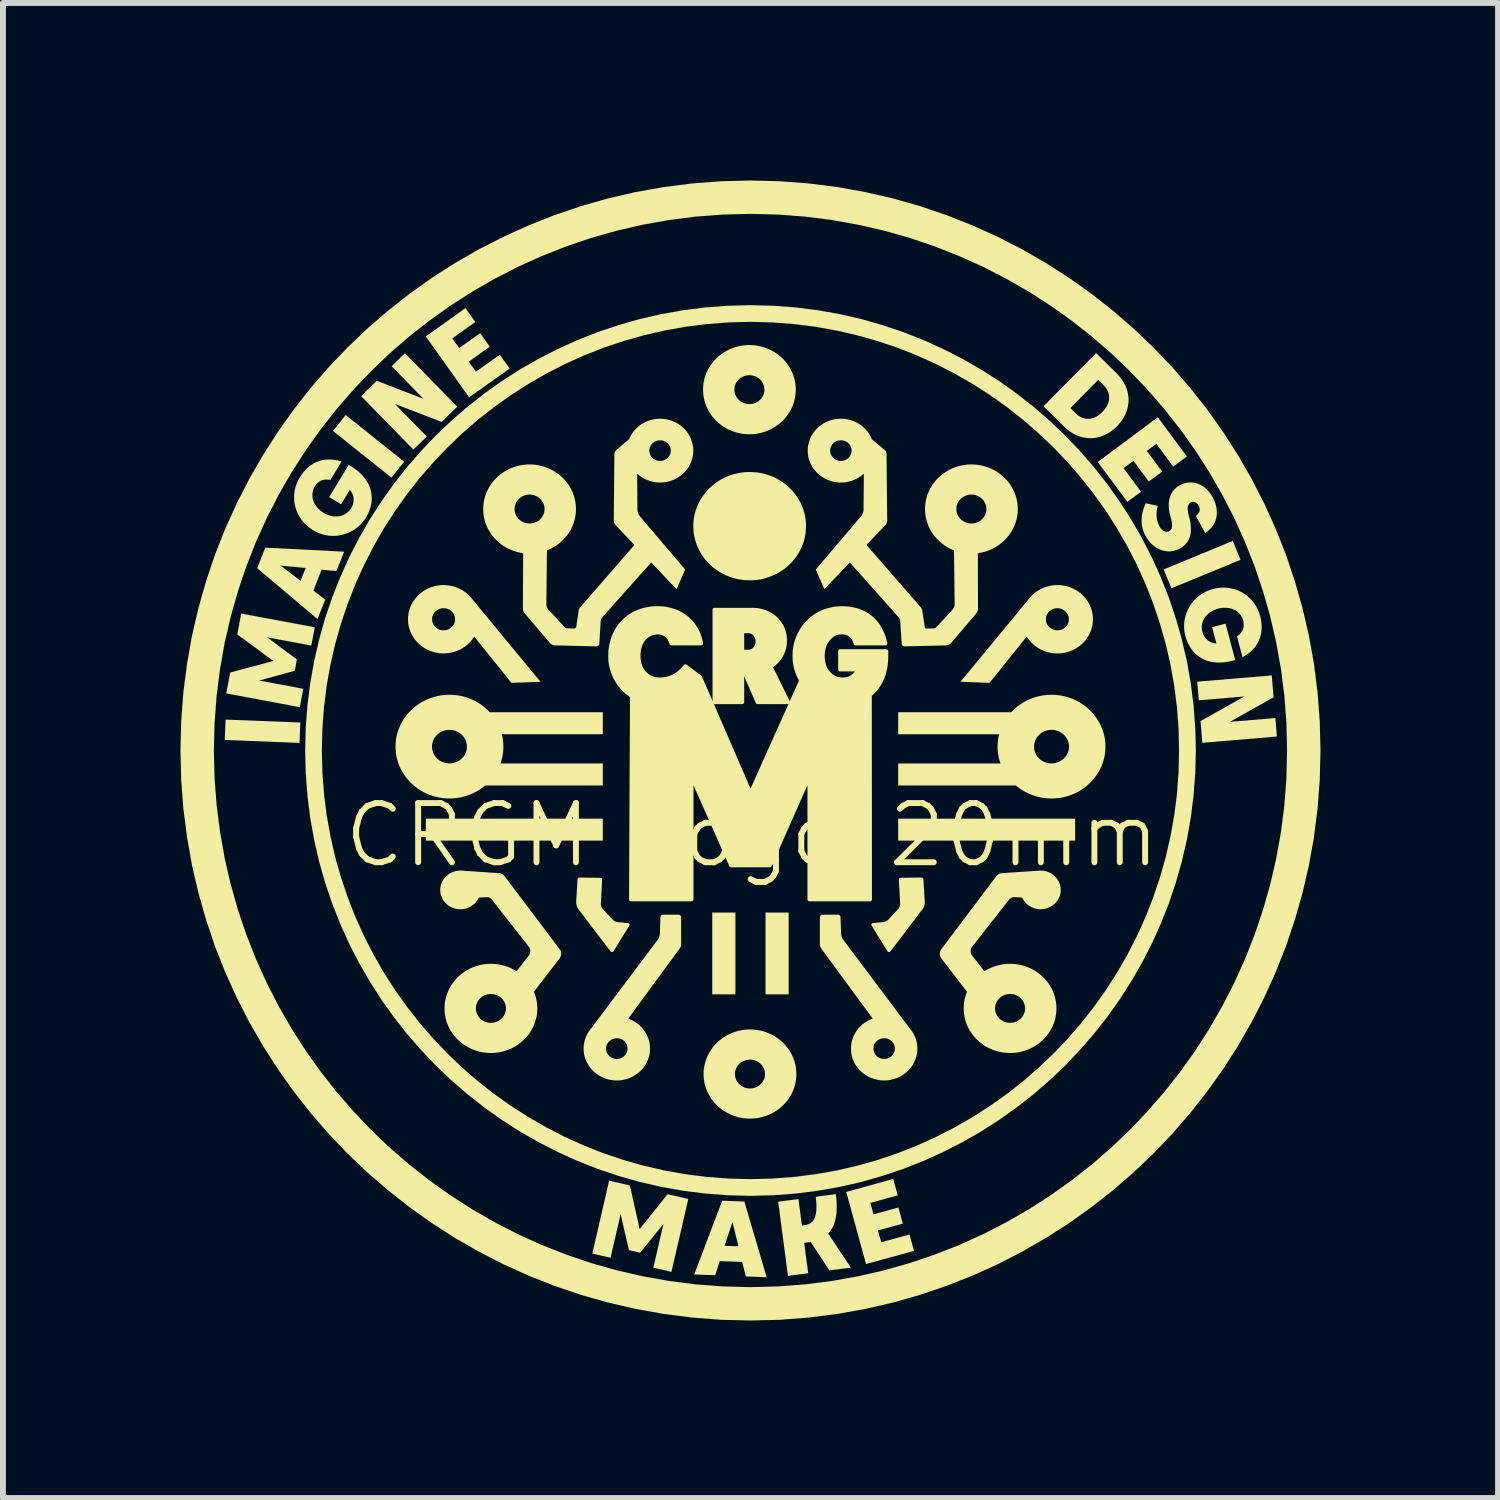
<source format=kicad_pcb>
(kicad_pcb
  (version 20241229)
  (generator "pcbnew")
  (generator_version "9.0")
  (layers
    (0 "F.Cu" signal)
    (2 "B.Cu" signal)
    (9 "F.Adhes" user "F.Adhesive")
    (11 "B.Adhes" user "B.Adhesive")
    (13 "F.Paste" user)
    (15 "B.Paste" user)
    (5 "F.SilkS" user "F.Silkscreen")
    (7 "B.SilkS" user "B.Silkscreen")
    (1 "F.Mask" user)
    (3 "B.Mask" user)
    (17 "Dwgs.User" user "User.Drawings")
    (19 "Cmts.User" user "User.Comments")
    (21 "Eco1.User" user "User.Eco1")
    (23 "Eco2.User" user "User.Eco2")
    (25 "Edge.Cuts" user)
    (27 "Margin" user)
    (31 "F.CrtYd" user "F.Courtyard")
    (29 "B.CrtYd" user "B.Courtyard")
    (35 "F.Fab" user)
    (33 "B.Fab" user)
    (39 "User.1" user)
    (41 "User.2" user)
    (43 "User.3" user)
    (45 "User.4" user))
  (footprint "CRGM Logo 20mm"
    (layer "F.Cu")
    (at 9.629 9.644)
    (property "Reference" "CRGM Logo 20mm" (at 0.03 1.42 0) (unlocked yes) (layer "F.SilkS") (effects (font (size 1 1) (thickness 0.1))))
    (fp_poly (pts (xy 0.004 -9.644) (xy 0.004 -9.644) (xy 0.004 -9.644)) (stroke (width 0) (type solid)) (fill yes) (layer "F.SilkS"))
    (fp_poly (pts (xy 5.091 -0.953) (xy 5.091 -0.953) (xy 5.091 -0.953)) (stroke (width 0) (type solid)) (fill yes) (layer "F.SilkS"))
    (fp_poly (pts (xy -7.604 -0.484) (xy -7.617 -0.139) (xy -8.881 -0.189) (xy -8.867 -0.533)) (stroke (width 0) (type solid)) (fill yes) (layer "F.SilkS"))
    (fp_poly (pts (xy -5.849 -4.892) (xy -6.064 -4.622) (xy -7.052 -5.411) (xy -6.837 -5.68)) (stroke (width 0) (type solid)) (fill yes) (layer "F.SilkS"))
    (fp_poly (pts (xy -2.492 1.512) (xy -5.483 1.512) (xy -5.483 1.141) (xy -2.492 1.141)) (stroke (width 0) (type solid)) (fill yes) (layer "F.SilkS"))
    (fp_poly (pts (xy -0.251 4.11) (xy -0.642 4.11) (xy -0.642 2.728) (xy -0.251 2.728)) (stroke (width 0) (type solid)) (fill yes) (layer "F.SilkS"))
    (fp_poly (pts (xy 0.649 4.11) (xy 0.258 4.11) (xy 0.258 2.728) (xy 0.649 2.728)) (stroke (width 0) (type solid)) (fill yes) (layer "F.SilkS"))
    (fp_poly (pts (xy 5.49 1.512) (xy 2.5 1.512) (xy 2.5 1.141) (xy 5.49 1.141)) (stroke (width 0) (type solid)) (fill yes) (layer "F.SilkS"))
    (fp_poly (pts (xy 8.286 -3.234) (xy 7.117 -2.752) (xy 6.986 -3.071) (xy 8.154 -3.553)) (stroke (width 0) (type solid)) (fill yes) (layer "F.SilkS"))
    (fp_poly (pts (xy -4.952 -5.821) (xy -5.215 -5.563) (xy -6.008 -5.869) (xy -5.467 -5.317) (xy -5.693 -5.096) (xy -6.577 -6) (xy -6.312 -6.259) (xy -5.521 -5.953) (xy -6.061 -6.505) (xy -5.836 -6.725)) (stroke (width 0) (type solid)) (fill yes) (layer "F.SilkS"))
    (fp_poly (pts (xy 8.844 -0.911) (xy 8.105 -0.495) (xy 8.874 -0.56) (xy 8.9 -0.247) (xy 7.64 -0.141) (xy 7.609 -0.508) (xy 8.35 -0.924) (xy 7.58 -0.859) (xy 7.553 -1.174) (xy 8.813 -1.28)) (stroke (width 0) (type solid)) (fill yes) (layer "F.SilkS"))
    (fp_poly (pts (xy -4.646 -7.253) (xy -5.036 -6.975) (xy -4.92 -6.812) (xy -4.565 -7.064) (xy -4.402 -6.835) (xy -4.757 -6.582) (xy -4.636 -6.413) (xy -4.233 -6.7) (xy -4.066 -6.466) (xy -4.751 -5.979) (xy -5.484 -7.009) (xy -4.813 -7.487)) (stroke (width 0) (type solid)) (fill yes) (layer "F.SilkS"))
    (fp_poly (pts (xy 2.492 7.507) (xy 2.03 7.634) (xy 2.084 7.827) (xy 2.503 7.712) (xy 2.578 7.984) (xy 2.158 8.099) (xy 2.213 8.299) (xy 2.691 8.168) (xy 2.767 8.445) (xy 1.957 8.668) (xy 1.622 7.449) (xy 2.416 7.23)) (stroke (width 0) (type solid)) (fill yes) (layer "F.SilkS"))
    (fp_poly (pts (xy 7.378 -4.981) (xy 7.148 -4.809) (xy 6.862 -5.194) (xy 6.701 -5.074) (xy 6.961 -4.725) (xy 6.735 -4.557) (xy 6.475 -4.906) (xy 6.308 -4.782) (xy 6.604 -4.385) (xy 6.373 -4.213) (xy 5.872 -4.887) (xy 6.887 -5.642)) (stroke (width 0) (type solid)) (fill yes) (layer "F.SilkS"))
    (fp_poly (pts (xy -7.36 -2.093) (xy -7.418 -1.784) (xy -8.164 -1.923) (xy -7.662 -1.55) (xy -7.698 -1.358) (xy -8.3 -1.193) (xy -7.554 -1.054) (xy -7.613 -0.743) (xy -8.855 -0.976) (xy -8.789 -1.329) (xy -8.06 -1.525) (xy -8.669 -1.972) (xy -8.603 -2.325)) (stroke (width 0) (type solid)) (fill yes) (layer "F.SilkS"))
    (fp_poly (pts (xy -2.034 7.34) (xy -1.869 8.077) (xy -1.397 7.488) (xy -1.047 7.568) (xy -1.332 8.8) (xy -1.638 8.73) (xy -1.467 7.99) (xy -1.861 8.476) (xy -2.051 8.432) (xy -2.191 7.823) (xy -2.361 8.562) (xy -2.669 8.491) (xy -2.385 7.259)) (stroke (width 0) (type solid)) (fill yes) (layer "F.SilkS"))
    (fp_poly (pts (xy -6.864 -3.371) (xy -6.993 -3.043) (xy -7.244 -3.066) (xy -7.383 -2.713) (xy -7.183 -2.561) (xy -7.313 -2.231) (xy -8.333 -3.092) (xy -8.316 -3.134) (xy -7.934 -3.134) (xy -7.6 -2.877) (xy -7.514 -3.095) (xy -7.934 -3.134) (xy -8.316 -3.134) (xy -8.196 -3.439)) (stroke (width 0) (type solid)) (fill yes) (layer "F.SilkS"))
    (fp_poly (pts (xy -0.1 7.611) (xy 0.277 8.89) (xy -0.075 8.877) (xy -0.137 8.632) (xy -0.516 8.618) (xy -0.593 8.857) (xy -0.947 8.844) (xy -0.763 8.359) (xy -0.434 8.359) (xy -0.199 8.368) (xy -0.301 7.959) (xy -0.434 8.359) (xy -0.763 8.359) (xy -0.474 7.597)) (stroke (width 0) (type solid)) (fill yes) (layer "F.SilkS"))
    (fp_poly (pts (xy 1.453 7.542) (xy 1.458 7.597) (xy 1.46 7.65) (xy 1.461 7.7) (xy 1.461 7.749) (xy 1.458 7.796) (xy 1.453 7.841) (xy 1.446 7.884) (xy 1.437 7.924) (xy 1.426 7.963) (xy 1.413 8) (xy 1.398 8.035) (xy 1.381 8.068) (xy 1.372 8.083) (xy 1.362 8.098) (xy 1.352 8.113) (xy 1.341 8.127) (xy 1.329 8.14) (xy 1.317 8.153) (xy 1.7 8.728) (xy 1.337 8.775) (xy 1.022 8.296) (xy 0.911 8.31) (xy 0.979 8.823) (xy 0.637 8.867) (xy 0.472 7.614) (xy 0.814 7.569) (xy 0.873 8.017) (xy 0.916 8.011) (xy 0.946 8.006) (xy 0.974 7.997) (xy 0.999 7.986) (xy 1.011 7.98) (xy 1.022 7.972) (xy 1.033 7.964) (xy 1.043 7.955) (xy 1.052 7.946) (xy 1.061 7.935) (xy 1.069 7.924) (xy 1.077 7.912) (xy 1.084 7.899) (xy 1.09 7.885) (xy 1.101 7.854) (xy 1.109 7.82) (xy 1.115 7.782) (xy 1.118 7.74) (xy 1.119 7.694) (xy 1.117 7.644) (xy 1.113 7.589) (xy 1.106 7.531) (xy 1.446 7.486) (xy 1.446 7.486)) (stroke (width 0) (type solid)) (fill yes) (layer "F.SilkS"))
    (fp_poly (pts (xy 0.039 -4.716) (xy 0.087 -4.713) (xy 0.135 -4.707) (xy 0.182 -4.699) (xy 0.228 -4.689) (xy 0.273 -4.676) (xy 0.317 -4.662) (xy 0.361 -4.646) (xy 0.403 -4.627) (xy 0.444 -4.607) (xy 0.484 -4.585) (xy 0.522 -4.561) (xy 0.56 -4.536) (xy 0.596 -4.508) (xy 0.63 -4.48) (xy 0.663 -4.449) (xy 0.695 -4.418) (xy 0.725 -4.384) (xy 0.753 -4.35) (xy 0.78 -4.314) (xy 0.804 -4.277) (xy 0.827 -4.238) (xy 0.848 -4.199) (xy 0.867 -4.158) (xy 0.885 -4.117) (xy 0.9 -4.074) (xy 0.912 -4.031) (xy 0.923 -3.987) (xy 0.931 -3.941) (xy 0.937 -3.896) (xy 0.941 -3.849) (xy 0.942 -3.802) (xy 0.941 -3.755) (xy 0.937 -3.708) (xy 0.931 -3.663) (xy 0.923 -3.618) (xy 0.912 -3.573) (xy 0.9 -3.53) (xy 0.885 -3.487) (xy 0.867 -3.446) (xy 0.848 -3.405) (xy 0.827 -3.366) (xy 0.804 -3.327) (xy 0.78 -3.29) (xy 0.753 -3.254) (xy 0.725 -3.22) (xy 0.695 -3.186) (xy 0.663 -3.155) (xy 0.63 -3.124) (xy 0.596 -3.096) (xy 0.56 -3.068) (xy 0.522 -3.043) (xy 0.484 -3.019) (xy 0.444 -2.997) (xy 0.403 -2.977) (xy 0.361 -2.959) (xy 0.317 -2.942) (xy 0.273 -2.928) (xy 0.228 -2.915) (xy 0.182 -2.905) (xy 0.135 -2.897) (xy 0.087 -2.891) (xy 0.039 -2.888) (xy -0.01 -2.887) (xy -0.057 -2.888) (xy -0.104 -2.891) (xy -0.151 -2.897) (xy -0.197 -2.904) (xy -0.242 -2.914) (xy -0.287 -2.926) (xy -0.331 -2.94) (xy -0.374 -2.956) (xy -0.417 -2.974) (xy -0.458 -2.994) (xy -0.499 -3.016) (xy -0.538 -3.04) (xy -0.577 -3.066) (xy -0.613 -3.094) (xy -0.649 -3.123) (xy -0.683 -3.155) (xy -0.716 -3.188) (xy -0.747 -3.222) (xy -0.775 -3.257) (xy -0.802 -3.294) (xy -0.827 -3.332) (xy -0.85 -3.371) (xy -0.871 -3.411) (xy -0.89 -3.452) (xy -0.906 -3.493) (xy -0.921 -3.536) (xy -0.934 -3.579) (xy -0.944 -3.623) (xy -0.952 -3.667) (xy -0.958 -3.712) (xy -0.961 -3.757) (xy -0.962 -3.802) (xy -0.961 -3.847) (xy -0.958 -3.893) (xy -0.952 -3.937) (xy -0.944 -3.981) (xy -0.934 -4.025) (xy -0.921 -4.068) (xy -0.906 -4.111) (xy -0.89 -4.152) (xy -0.871 -4.193) (xy -0.85 -4.233) (xy -0.827 -4.272) (xy -0.802 -4.31) (xy -0.775 -4.347) (xy -0.747 -4.382) (xy -0.716 -4.416) (xy -0.683 -4.449) (xy -0.649 -4.481) (xy -0.613 -4.51) (xy -0.577 -4.538) (xy -0.538 -4.564) (xy -0.499 -4.588) (xy -0.458 -4.61) (xy -0.417 -4.63) (xy -0.374 -4.648) (xy -0.331 -4.664) (xy -0.287 -4.678) (xy -0.242 -4.69) (xy -0.197 -4.7) (xy -0.151 -4.707) (xy -0.104 -4.713) (xy -0.057 -4.716) (xy -0.01 -4.717) (xy -0.01 -4.717)) (stroke (width 0) (type solid)) (fill yes) (layer "F.SilkS"))
    (fp_poly (pts (xy 6.19 -6.386) (xy 6.214 -6.361) (xy 6.237 -6.335) (xy 6.258 -6.309) (xy 6.278 -6.283) (xy 6.296 -6.256) (xy 6.312 -6.228) (xy 6.327 -6.2) (xy 6.341 -6.172) (xy 6.353 -6.144) (xy 6.363 -6.115) (xy 6.372 -6.086) (xy 6.379 -6.057) (xy 6.385 -6.028) (xy 6.389 -5.999) (xy 6.392 -5.969) (xy 6.393 -5.94) (xy 6.392 -5.91) (xy 6.39 -5.881) (xy 6.386 -5.851) (xy 6.381 -5.822) (xy 6.375 -5.793) (xy 6.366 -5.764) (xy 6.356 -5.735) (xy 6.345 -5.706) (xy 6.332 -5.678) (xy 6.317 -5.65) (xy 6.301 -5.622) (xy 6.284 -5.595) (xy 6.264 -5.568) (xy 6.243 -5.542) (xy 6.221 -5.516) (xy 6.197 -5.491) (xy 6.172 -5.466) (xy 6.147 -5.444) (xy 6.12 -5.422) (xy 6.094 -5.403) (xy 6.067 -5.385) (xy 6.039 -5.368) (xy 6.012 -5.353) (xy 5.984 -5.34) (xy 5.955 -5.328) (xy 5.926 -5.318) (xy 5.898 -5.309) (xy 5.868 -5.302) (xy 5.839 -5.296) (xy 5.81 -5.292) (xy 5.78 -5.29) (xy 5.751 -5.289) (xy 5.721 -5.29) (xy 5.692 -5.292) (xy 5.662 -5.296) (xy 5.633 -5.301) (xy 5.604 -5.308) (xy 5.575 -5.316) (xy 5.546 -5.326) (xy 5.517 -5.338) (xy 5.489 -5.351) (xy 5.461 -5.365) (xy 5.434 -5.382) (xy 5.406 -5.399) (xy 5.379 -5.419) (xy 5.353 -5.44) (xy 5.327 -5.462) (xy 5.302 -5.486) (xy 4.987 -5.797) (xy 5.408 -5.797) (xy 5.491 -5.716) (xy 5.503 -5.704) (xy 5.517 -5.692) (xy 5.53 -5.681) (xy 5.543 -5.672) (xy 5.557 -5.663) (xy 5.571 -5.654) (xy 5.585 -5.647) (xy 5.599 -5.64) (xy 5.613 -5.634) (xy 5.627 -5.629) (xy 5.642 -5.625) (xy 5.657 -5.622) (xy 5.671 -5.619) (xy 5.686 -5.617) (xy 5.701 -5.617) (xy 5.716 -5.617) (xy 5.73 -5.617) (xy 5.745 -5.619) (xy 5.76 -5.621) (xy 5.775 -5.625) (xy 5.79 -5.629) (xy 5.805 -5.634) (xy 5.82 -5.64) (xy 5.835 -5.647) (xy 5.85 -5.654) (xy 5.865 -5.663) (xy 5.879 -5.672) (xy 5.894 -5.683) (xy 5.909 -5.694) (xy 5.923 -5.706) (xy 5.937 -5.719) (xy 5.952 -5.733) (xy 5.965 -5.747) (xy 5.978 -5.762) (xy 5.99 -5.776) (xy 6.001 -5.791) (xy 6.011 -5.806) (xy 6.02 -5.821) (xy 6.029 -5.836) (xy 6.036 -5.851) (xy 6.043 -5.866) (xy 6.048 -5.881) (xy 6.053 -5.896) (xy 6.057 -5.911) (xy 6.06 -5.926) (xy 6.063 -5.941) (xy 6.064 -5.956) (xy 6.065 -5.97) (xy 6.064 -5.985) (xy 6.063 -6) (xy 6.061 -6.015) (xy 6.059 -6.029) (xy 6.055 -6.044) (xy 6.051 -6.058) (xy 6.046 -6.073) (xy 6.04 -6.087) (xy 6.033 -6.101) (xy 6.025 -6.115) (xy 6.017 -6.128) (xy 6.007 -6.142) (xy 5.997 -6.155) (xy 5.987 -6.168) (xy 5.975 -6.181) (xy 5.963 -6.194) (xy 5.88 -6.275) (xy 5.408 -5.797) (xy 4.987 -5.797) (xy 4.956 -5.827) (xy 5.844 -6.727)) (stroke (width 0) (type solid)) (fill yes) (layer "F.SilkS"))
    (fp_poly (pts (xy 0.054 -2.389) (xy 0.083 -2.387) (xy 0.112 -2.384) (xy 0.14 -2.38) (xy 0.167 -2.374) (xy 0.194 -2.368) (xy 0.22 -2.36) (xy 0.246 -2.351) (xy 0.271 -2.342) (xy 0.295 -2.331) (xy 0.319 -2.319) (xy 0.342 -2.306) (xy 0.364 -2.292) (xy 0.385 -2.277) (xy 0.405 -2.262) (xy 0.424 -2.245) (xy 0.443 -2.227) (xy 0.46 -2.209) (xy 0.477 -2.189) (xy 0.492 -2.169) (xy 0.507 -2.148) (xy 0.52 -2.126) (xy 0.532 -2.104) (xy 0.543 -2.081) (xy 0.553 -2.057) (xy 0.562 -2.032) (xy 0.569 -2.006) (xy 0.575 -1.98) (xy 0.58 -1.954) (xy 0.584 -1.926) (xy 0.586 -1.898) (xy 0.587 -1.87) (xy 0.586 -1.852) (xy 0.585 -1.834) (xy 0.584 -1.817) (xy 0.582 -1.799) (xy 0.58 -1.782) (xy 0.577 -1.766) (xy 0.573 -1.749) (xy 0.569 -1.733) (xy 0.565 -1.717) (xy 0.56 -1.701) (xy 0.554 -1.686) (xy 0.548 -1.67) (xy 0.542 -1.656) (xy 0.535 -1.641) (xy 0.528 -1.627) (xy 0.52 -1.613) (xy 0.512 -1.599) (xy 0.503 -1.585) (xy 0.494 -1.572) (xy 0.485 -1.559) (xy 0.475 -1.547) (xy 0.464 -1.535) (xy 0.454 -1.523) (xy 0.443 -1.511) (xy 0.431 -1.5) (xy 0.419 -1.489) (xy 0.407 -1.479) (xy 0.395 -1.469) (xy 0.382 -1.459) (xy 0.369 -1.45) (xy 0.355 -1.441) (xy 0.341 -1.432) (xy 0.638 -0.828) (xy 0.125 -0.828) (xy -0.105 -1.35) (xy -0.136 -1.35) (xy -0.136 -0.828) (xy -0.604 -0.828) (xy -0.604 -1.68) (xy -0.136 -1.68) (xy -0.04 -1.68) (xy -0.031 -1.68) (xy -0.023 -1.681) (xy -0.014 -1.682) (xy -0.006 -1.683) (xy 0.002 -1.685) (xy 0.01 -1.687) (xy 0.017 -1.69) (xy 0.025 -1.693) (xy 0.032 -1.696) (xy 0.039 -1.7) (xy 0.046 -1.704) (xy 0.053 -1.708) (xy 0.059 -1.713) (xy 0.065 -1.718) (xy 0.071 -1.723) (xy 0.076 -1.728) (xy 0.082 -1.734) (xy 0.087 -1.741) (xy 0.091 -1.747) (xy 0.096 -1.754) (xy 0.1 -1.761) (xy 0.104 -1.768) (xy 0.107 -1.776) (xy 0.11 -1.783) (xy 0.113 -1.792) (xy 0.116 -1.8) (xy 0.118 -1.808) (xy 0.12 -1.817) (xy 0.121 -1.826) (xy 0.122 -1.835) (xy 0.122 -1.844) (xy 0.123 -1.854) (xy 0.122 -1.863) (xy 0.122 -1.873) (xy 0.121 -1.882) (xy 0.12 -1.891) (xy 0.118 -1.9) (xy 0.116 -1.908) (xy 0.113 -1.916) (xy 0.11 -1.924) (xy 0.107 -1.932) (xy 0.104 -1.94) (xy 0.1 -1.947) (xy 0.096 -1.954) (xy 0.091 -1.961) (xy 0.087 -1.967) (xy 0.082 -1.974) (xy 0.076 -1.979) (xy 0.071 -1.985) (xy 0.065 -1.99) (xy 0.059 -1.995) (xy 0.053 -2) (xy 0.046 -2.004) (xy 0.039 -2.008) (xy 0.032 -2.012) (xy 0.025 -2.015) (xy 0.017 -2.018) (xy 0.01 -2.021) (xy 0.002 -2.023) (xy -0.006 -2.025) (xy -0.014 -2.026) (xy -0.023 -2.027) (xy -0.031 -2.028) (xy -0.04 -2.028) (xy -0.136 -2.028) (xy -0.136 -1.68) (xy -0.604 -1.68) (xy -0.604 -2.389) (xy 0.025 -2.389)) (stroke (width 0.067) (type solid) (color 255 184 28 1)) (fill yes) (layer "F.SilkS"))
    (fp_poly (pts (xy -2.89 2.136) (xy -2.53 2.14) (xy -2.529 2.14) (xy -2.527 2.14) (xy -2.526 2.141) (xy -2.525 2.141) (xy -2.523 2.141) (xy -2.522 2.142) (xy -2.521 2.142) (xy -2.519 2.143) (xy -2.518 2.143) (xy -2.517 2.144) (xy -2.516 2.145) (xy -2.515 2.145) (xy -2.514 2.146) (xy -2.513 2.147) (xy -2.512 2.148) (xy -2.511 2.149) (xy -2.51 2.15) (xy -2.509 2.151) (xy -2.508 2.152) (xy -2.507 2.153) (xy -2.507 2.154) (xy -2.506 2.156) (xy -2.505 2.157) (xy -2.505 2.158) (xy -2.504 2.159) (xy -2.504 2.161) (xy -2.504 2.162) (xy -2.504 2.163) (xy -2.503 2.165) (xy -2.503 2.166) (xy -2.503 2.168) (xy -2.503 2.169) (xy -2.525 2.573) (xy -2.526 2.58) (xy -2.525 2.586) (xy -2.525 2.593) (xy -2.524 2.599) (xy -2.523 2.606) (xy -2.522 2.612) (xy -2.52 2.619) (xy -2.518 2.625) (xy -2.515 2.631) (xy -2.513 2.637) (xy -2.51 2.643) (xy -2.506 2.649) (xy -2.503 2.654) (xy -2.499 2.66) (xy -2.495 2.665) (xy -2.49 2.67) (xy -2.333 2.84) (xy -2.328 2.845) (xy -2.323 2.85) (xy -2.317 2.855) (xy -2.311 2.859) (xy -2.306 2.864) (xy -2.3 2.867) (xy -2.293 2.871) (xy -2.287 2.874) (xy -2.281 2.877) (xy -2.274 2.88) (xy -2.267 2.883) (xy -2.26 2.885) (xy -2.253 2.886) (xy -2.246 2.888) (xy -2.239 2.889) (xy -2.232 2.89) (xy -2.063 2.906) (xy -2.063 2.906) (xy -2.062 2.907) (xy -2.06 2.907) (xy -2.058 2.907) (xy -2.057 2.908) (xy -2.055 2.908) (xy -2.054 2.909) (xy -2.052 2.91) (xy -2.051 2.911) (xy -2.049 2.912) (xy -2.048 2.913) (xy -2.047 2.914) (xy -2.046 2.915) (xy -2.045 2.917) (xy -2.044 2.918) (xy -2.043 2.92) (xy -2.042 2.921) (xy -2.041 2.923) (xy -2.041 2.924) (xy -2.04 2.926) (xy -2.04 2.928) (xy -2.039 2.929) (xy -2.039 2.931) (xy -2.039 2.933) (xy -2.039 2.934) (xy -2.039 2.936) (xy -2.039 2.938) (xy -2.04 2.939) (xy -2.04 2.941) (xy -2.041 2.943) (xy -2.041 2.944) (xy -2.042 2.946) (xy -2.043 2.947) (xy -2.31 3.38) (xy -2.311 3.382) (xy -2.312 3.383) (xy -2.313 3.385) (xy -2.314 3.386) (xy -2.316 3.387) (xy -2.317 3.389) (xy -2.319 3.39) (xy -2.32 3.391) (xy -2.322 3.392) (xy -2.324 3.393) (xy -2.326 3.393) (xy -2.327 3.394) (xy -2.329 3.394) (xy -2.331 3.395) (xy -2.333 3.395) (xy -2.335 3.395) (xy -2.337 3.395) (xy -2.339 3.395) (xy -2.341 3.395) (xy -2.343 3.395) (xy -2.345 3.394) (xy -2.347 3.394) (xy -2.348 3.393) (xy -2.35 3.392) (xy -2.352 3.391) (xy -2.354 3.39) (xy -2.355 3.389) (xy -2.357 3.388) (xy -2.358 3.387) (xy -2.36 3.386) (xy -2.361 3.384) (xy -2.362 3.383) (xy -2.904 2.671) (xy -2.909 2.664) (xy -2.913 2.657) (xy -2.917 2.65) (xy -2.921 2.642) (xy -2.925 2.635) (xy -2.928 2.627) (xy -2.931 2.62) (xy -2.934 2.612) (xy -2.936 2.604) (xy -2.938 2.596) (xy -2.939 2.588) (xy -2.941 2.579) (xy -2.941 2.571) (xy -2.942 2.563) (xy -2.942 2.554) (xy -2.942 2.546) (xy -2.919 2.163) (xy -2.918 2.162) (xy -2.918 2.16) (xy -2.918 2.159) (xy -2.918 2.158) (xy -2.917 2.156) (xy -2.917 2.155) (xy -2.916 2.154) (xy -2.916 2.153) (xy -2.915 2.151) (xy -2.915 2.15) (xy -2.914 2.149) (xy -2.913 2.148) (xy -2.912 2.147) (xy -2.911 2.146) (xy -2.911 2.145) (xy -2.91 2.144) (xy -2.909 2.143) (xy -2.908 2.142) (xy -2.907 2.142) (xy -2.905 2.141) (xy -2.904 2.14) (xy -2.903 2.14) (xy -2.902 2.139) (xy -2.901 2.138) (xy -2.899 2.138) (xy -2.898 2.138) (xy -2.897 2.137) (xy -2.895 2.137) (xy -2.894 2.137) (xy -2.893 2.137) (xy -2.891 2.136) (xy -2.89 2.136)) (stroke (width 0) (type solid)) (fill yes) (layer "F.SilkS"))
    (fp_poly (pts (xy 2.899 2.136) (xy 2.9 2.137) (xy 2.901 2.137) (xy 2.903 2.137) (xy 2.904 2.137) (xy 2.905 2.138) (xy 2.907 2.138) (xy 2.908 2.138) (xy 2.909 2.139) (xy 2.91 2.14) (xy 2.912 2.14) (xy 2.913 2.141) (xy 2.914 2.142) (xy 2.915 2.142) (xy 2.916 2.143) (xy 2.917 2.144) (xy 2.918 2.145) (xy 2.919 2.146) (xy 2.92 2.147) (xy 2.92 2.148) (xy 2.921 2.149) (xy 2.922 2.15) (xy 2.923 2.151) (xy 2.923 2.153) (xy 2.924 2.154) (xy 2.924 2.155) (xy 2.925 2.156) (xy 2.925 2.158) (xy 2.925 2.159) (xy 2.926 2.16) (xy 2.926 2.162) (xy 2.926 2.163) (xy 2.949 2.546) (xy 2.949 2.554) (xy 2.949 2.563) (xy 2.949 2.571) (xy 2.948 2.579) (xy 2.947 2.588) (xy 2.945 2.596) (xy 2.943 2.604) (xy 2.941 2.612) (xy 2.939 2.62) (xy 2.936 2.627) (xy 2.932 2.635) (xy 2.929 2.642) (xy 2.925 2.65) (xy 2.921 2.657) (xy 2.916 2.664) (xy 2.911 2.671) (xy 2.369 3.383) (xy 2.368 3.384) (xy 2.367 3.386) (xy 2.366 3.387) (xy 2.364 3.388) (xy 2.363 3.389) (xy 2.361 3.39) (xy 2.359 3.391) (xy 2.358 3.392) (xy 2.356 3.393) (xy 2.354 3.394) (xy 2.352 3.394) (xy 2.35 3.395) (xy 2.348 3.395) (xy 2.346 3.395) (xy 2.344 3.395) (xy 2.342 3.395) (xy 2.342 3.395) (xy 2.341 3.395) (xy 2.339 3.395) (xy 2.337 3.394) (xy 2.335 3.394) (xy 2.333 3.393) (xy 2.331 3.393) (xy 2.329 3.392) (xy 2.328 3.391) (xy 2.326 3.39) (xy 2.325 3.389) (xy 2.323 3.387) (xy 2.322 3.386) (xy 2.32 3.385) (xy 2.319 3.383) (xy 2.318 3.382) (xy 2.317 3.381) (xy 2.317 3.38) (xy 2.05 2.947) (xy 2.05 2.946) (xy 2.049 2.944) (xy 2.048 2.943) (xy 2.048 2.941) (xy 2.047 2.939) (xy 2.047 2.938) (xy 2.047 2.936) (xy 2.046 2.934) (xy 2.046 2.933) (xy 2.047 2.931) (xy 2.047 2.929) (xy 2.047 2.928) (xy 2.047 2.926) (xy 2.048 2.924) (xy 2.049 2.923) (xy 2.049 2.921) (xy 2.05 2.92) (xy 2.051 2.918) (xy 2.052 2.917) (xy 2.053 2.915) (xy 2.054 2.914) (xy 2.055 2.913) (xy 2.057 2.912) (xy 2.058 2.911) (xy 2.06 2.91) (xy 2.061 2.909) (xy 2.063 2.908) (xy 2.064 2.908) (xy 2.066 2.907) (xy 2.067 2.907) (xy 2.069 2.907) (xy 2.071 2.906) (xy 2.239 2.89) (xy 2.247 2.889) (xy 2.254 2.888) (xy 2.261 2.886) (xy 2.268 2.885) (xy 2.275 2.883) (xy 2.281 2.88) (xy 2.288 2.877) (xy 2.294 2.874) (xy 2.301 2.871) (xy 2.307 2.867) (xy 2.313 2.864) (xy 2.319 2.859) (xy 2.324 2.855) (xy 2.33 2.85) (xy 2.335 2.845) (xy 2.34 2.84) (xy 2.498 2.67) (xy 2.502 2.665) (xy 2.506 2.66) (xy 2.51 2.654) (xy 2.514 2.649) (xy 2.517 2.643) (xy 2.52 2.637) (xy 2.523 2.631) (xy 2.525 2.625) (xy 2.527 2.619) (xy 2.529 2.612) (xy 2.53 2.606) (xy 2.532 2.599) (xy 2.532 2.593) (xy 2.533 2.586) (xy 2.533 2.58) (xy 2.533 2.573) (xy 2.511 2.169) (xy 2.511 2.168) (xy 2.511 2.166) (xy 2.511 2.165) (xy 2.511 2.163) (xy 2.511 2.162) (xy 2.511 2.161) (xy 2.512 2.159) (xy 2.512 2.158) (xy 2.513 2.157) (xy 2.513 2.156) (xy 2.514 2.154) (xy 2.515 2.153) (xy 2.515 2.152) (xy 2.516 2.151) (xy 2.517 2.15) (xy 2.518 2.149) (xy 2.519 2.148) (xy 2.52 2.147) (xy 2.521 2.146) (xy 2.522 2.145) (xy 2.523 2.145) (xy 2.524 2.144) (xy 2.526 2.143) (xy 2.527 2.143) (xy 2.528 2.142) (xy 2.529 2.142) (xy 2.531 2.141) (xy 2.532 2.141) (xy 2.533 2.141) (xy 2.535 2.14) (xy 2.536 2.14) (xy 2.537 2.14) (xy 2.897 2.136) (xy 2.897 2.136)) (stroke (width 0) (type solid)) (fill yes) (layer "F.SilkS"))
    (fp_poly (pts (xy -5.163 -2.806) (xy -5.144 -2.806) (xy -5.125 -2.804) (xy -5.106 -2.802) (xy -5.069 -2.796) (xy -5.032 -2.788) (xy -4.996 -2.778) (xy -4.962 -2.766) (xy -4.928 -2.752) (xy -4.895 -2.736) (xy -4.864 -2.719) (xy -4.834 -2.699) (xy -4.805 -2.678) (xy -4.777 -2.655) (xy -4.751 -2.631) (xy -4.727 -2.605) (xy -4.704 -2.578) (xy -4.683 -2.55) (xy -4.683 -2.55) (xy -4.683 -2.55) (xy -4.683 -2.55) (xy -3.545 -1.172) (xy -4.036 -1.154) (xy -4.665 -1.936) (xy -4.686 -1.905) (xy -4.708 -1.875) (xy -4.733 -1.847) (xy -4.759 -1.82) (xy -4.787 -1.795) (xy -4.817 -1.771) (xy -4.848 -1.75) (xy -4.88 -1.73) (xy -4.914 -1.712) (xy -4.95 -1.696) (xy -4.986 -1.683) (xy -5.024 -1.672) (xy -5.062 -1.663) (xy -5.102 -1.657) (xy -5.142 -1.653) (xy -5.183 -1.651) (xy -5.214 -1.652) (xy -5.244 -1.654) (xy -5.274 -1.658) (xy -5.304 -1.663) (xy -5.333 -1.67) (xy -5.361 -1.677) (xy -5.389 -1.686) (xy -5.417 -1.697) (xy -5.443 -1.708) (xy -5.469 -1.721) (xy -5.494 -1.735) (xy -5.519 -1.75) (xy -5.542 -1.766) (xy -5.565 -1.783) (xy -5.587 -1.801) (xy -5.608 -1.821) (xy -5.628 -1.841) (xy -5.646 -1.862) (xy -5.664 -1.883) (xy -5.681 -1.906) (xy -5.697 -1.93) (xy -5.711 -1.954) (xy -5.724 -1.979) (xy -5.737 -2.004) (xy -5.747 -2.031) (xy -5.757 -2.057) (xy -5.765 -2.085) (xy -5.772 -2.113) (xy -5.777 -2.141) (xy -5.781 -2.17) (xy -5.783 -2.199) (xy -5.784 -2.229) (xy -5.377 -2.229) (xy -5.377 -2.219) (xy -5.376 -2.21) (xy -5.375 -2.201) (xy -5.373 -2.191) (xy -5.371 -2.182) (xy -5.369 -2.173) (xy -5.366 -2.165) (xy -5.362 -2.156) (xy -5.358 -2.148) (xy -5.354 -2.14) (xy -5.349 -2.132) (xy -5.344 -2.125) (xy -5.339 -2.117) (xy -5.333 -2.11) (xy -5.327 -2.103) (xy -5.32 -2.097) (xy -5.314 -2.091) (xy -5.307 -2.085) (xy -5.299 -2.079) (xy -5.292 -2.074) (xy -5.284 -2.069) (xy -5.276 -2.065) (xy -5.267 -2.06) (xy -5.259 -2.057) (xy -5.25 -2.053) (xy -5.241 -2.05) (xy -5.231 -2.048) (xy -5.222 -2.046) (xy -5.212 -2.044) (xy -5.203 -2.043) (xy -5.193 -2.042) (xy -5.183 -2.042) (xy -5.173 -2.042) (xy -5.163 -2.043) (xy -5.153 -2.044) (xy -5.144 -2.046) (xy -5.134 -2.048) (xy -5.125 -2.05) (xy -5.116 -2.053) (xy -5.107 -2.057) (xy -5.099 -2.06) (xy -5.09 -2.065) (xy -5.082 -2.069) (xy -5.074 -2.074) (xy -5.066 -2.079) (xy -5.059 -2.085) (xy -5.052 -2.091) (xy -5.045 -2.097) (xy -5.039 -2.103) (xy -5.033 -2.11) (xy -5.027 -2.117) (xy -5.022 -2.125) (xy -5.016 -2.132) (xy -5.012 -2.14) (xy -5.007 -2.148) (xy -5.004 -2.156) (xy -5 -2.165) (xy -4.997 -2.173) (xy -4.994 -2.182) (xy -4.992 -2.191) (xy -4.991 -2.201) (xy -4.989 -2.21) (xy -4.989 -2.219) (xy -4.988 -2.229) (xy -4.989 -2.239) (xy -4.989 -2.248) (xy -4.991 -2.258) (xy -4.992 -2.267) (xy -4.994 -2.276) (xy -4.997 -2.285) (xy -5 -2.293) (xy -5.004 -2.302) (xy -5.007 -2.31) (xy -5.012 -2.318) (xy -5.016 -2.326) (xy -5.022 -2.334) (xy -5.027 -2.341) (xy -5.033 -2.348) (xy -5.039 -2.355) (xy -5.045 -2.361) (xy -5.052 -2.367) (xy -5.059 -2.373) (xy -5.066 -2.379) (xy -5.074 -2.384) (xy -5.082 -2.389) (xy -5.09 -2.394) (xy -5.099 -2.398) (xy -5.107 -2.401) (xy -5.116 -2.405) (xy -5.125 -2.408) (xy -5.134 -2.41) (xy -5.144 -2.412) (xy -5.153 -2.414) (xy -5.163 -2.415) (xy -5.173 -2.416) (xy -5.183 -2.416) (xy -5.193 -2.416) (xy -5.203 -2.415) (xy -5.212 -2.414) (xy -5.222 -2.412) (xy -5.231 -2.41) (xy -5.241 -2.408) (xy -5.25 -2.405) (xy -5.259 -2.401) (xy -5.267 -2.398) (xy -5.276 -2.394) (xy -5.284 -2.389) (xy -5.292 -2.384) (xy -5.299 -2.379) (xy -5.307 -2.373) (xy -5.314 -2.367) (xy -5.32 -2.361) (xy -5.327 -2.355) (xy -5.333 -2.348) (xy -5.339 -2.341) (xy -5.344 -2.334) (xy -5.349 -2.326) (xy -5.354 -2.318) (xy -5.358 -2.31) (xy -5.362 -2.302) (xy -5.366 -2.293) (xy -5.369 -2.285) (xy -5.371 -2.276) (xy -5.373 -2.267) (xy -5.375 -2.258) (xy -5.376 -2.248) (xy -5.377 -2.239) (xy -5.377 -2.229) (xy -5.784 -2.229) (xy -5.783 -2.259) (xy -5.781 -2.288) (xy -5.777 -2.317) (xy -5.772 -2.345) (xy -5.765 -2.373) (xy -5.757 -2.401) (xy -5.747 -2.428) (xy -5.737 -2.454) (xy -5.724 -2.479) (xy -5.711 -2.504) (xy -5.697 -2.529) (xy -5.681 -2.552) (xy -5.664 -2.575) (xy -5.646 -2.596) (xy -5.628 -2.617) (xy -5.608 -2.637) (xy -5.587 -2.657) (xy -5.565 -2.675) (xy -5.542 -2.692) (xy -5.519 -2.708) (xy -5.494 -2.723) (xy -5.469 -2.737) (xy -5.443 -2.75) (xy -5.417 -2.761) (xy -5.389 -2.772) (xy -5.361 -2.781) (xy -5.333 -2.789) (xy -5.304 -2.795) (xy -5.274 -2.8) (xy -5.244 -2.804) (xy -5.214 -2.806) (xy -5.183 -2.807) (xy -5.183 -2.807)) (stroke (width 0) (type solid)) (fill yes) (layer "F.SilkS"))
    (fp_poly (pts (xy 8.011 -2.763) (xy 8.038 -2.762) (xy 8.065 -2.76) (xy 8.092 -2.756) (xy 8.118 -2.752) (xy 8.144 -2.746) (xy 8.17 -2.74) (xy 8.195 -2.732) (xy 8.22 -2.724) (xy 8.245 -2.714) (xy 8.269 -2.704) (xy 8.292 -2.692) (xy 8.315 -2.68) (xy 8.337 -2.666) (xy 8.359 -2.652) (xy 8.38 -2.637) (xy 8.401 -2.621) (xy 8.421 -2.604) (xy 8.44 -2.586) (xy 8.459 -2.567) (xy 8.477 -2.548) (xy 8.494 -2.527) (xy 8.51 -2.506) (xy 8.525 -2.484) (xy 8.54 -2.462) (xy 8.554 -2.438) (xy 8.567 -2.414) (xy 8.579 -2.389) (xy 8.59 -2.364) (xy 8.6 -2.337) (xy 8.608 -2.31) (xy 8.616 -2.283) (xy 8.623 -2.257) (xy 8.628 -2.231) (xy 8.633 -2.206) (xy 8.637 -2.18) (xy 8.639 -2.155) (xy 8.641 -2.13) (xy 8.642 -2.105) (xy 8.642 -2.08) (xy 8.641 -2.055) (xy 8.639 -2.031) (xy 8.635 -2.007) (xy 8.631 -1.983) (xy 8.626 -1.96) (xy 8.62 -1.936) (xy 8.613 -1.913) (xy 8.604 -1.891) (xy 8.595 -1.868) (xy 8.585 -1.847) (xy 8.573 -1.825) (xy 8.56 -1.804) (xy 8.547 -1.783) (xy 8.532 -1.763) (xy 8.516 -1.743) (xy 8.499 -1.724) (xy 8.48 -1.705) (xy 8.461 -1.686) (xy 8.44 -1.668) (xy 8.418 -1.651) (xy 8.395 -1.634) (xy 8.371 -1.618) (xy 8.346 -1.602) (xy 8.319 -1.587) (xy 8.225 -1.94) (xy 8.242 -1.952) (xy 8.258 -1.964) (xy 8.272 -1.977) (xy 8.285 -1.991) (xy 8.297 -2.006) (xy 8.307 -2.021) (xy 8.316 -2.037) (xy 8.324 -2.053) (xy 8.33 -2.07) (xy 8.335 -2.088) (xy 8.338 -2.107) (xy 8.339 -2.127) (xy 8.339 -2.147) (xy 8.337 -2.168) (xy 8.334 -2.19) (xy 8.329 -2.212) (xy 8.325 -2.226) (xy 8.32 -2.24) (xy 8.314 -2.254) (xy 8.307 -2.267) (xy 8.3 -2.28) (xy 8.292 -2.292) (xy 8.284 -2.304) (xy 8.274 -2.315) (xy 8.264 -2.326) (xy 8.254 -2.337) (xy 8.243 -2.346) (xy 8.231 -2.356) (xy 8.219 -2.365) (xy 8.206 -2.373) (xy 8.179 -2.388) (xy 8.15 -2.401) (xy 8.119 -2.41) (xy 8.087 -2.418) (xy 8.07 -2.42) (xy 8.053 -2.422) (xy 8.036 -2.423) (xy 8.018 -2.423) (xy 8 -2.423) (xy 7.982 -2.422) (xy 7.963 -2.42) (xy 7.945 -2.417) (xy 7.926 -2.413) (xy 7.907 -2.408) (xy 7.888 -2.403) (xy 7.87 -2.397) (xy 7.853 -2.39) (xy 7.836 -2.383) (xy 7.82 -2.375) (xy 7.804 -2.367) (xy 7.789 -2.358) (xy 7.775 -2.349) (xy 7.761 -2.339) (xy 7.747 -2.329) (xy 7.735 -2.318) (xy 7.723 -2.307) (xy 7.712 -2.295) (xy 7.701 -2.283) (xy 7.691 -2.27) (xy 7.682 -2.257) (xy 7.673 -2.244) (xy 7.665 -2.231) (xy 7.658 -2.217) (xy 7.652 -2.203) (xy 7.647 -2.188) (xy 7.642 -2.173) (xy 7.638 -2.159) (xy 7.635 -2.144) (xy 7.632 -2.128) (xy 7.631 -2.113) (xy 7.63 -2.097) (xy 7.631 -2.082) (xy 7.632 -2.066) (xy 7.634 -2.05) (xy 7.636 -2.034) (xy 7.64 -2.018) (xy 7.644 -2.006) (xy 7.647 -1.995) (xy 7.651 -1.984) (xy 7.655 -1.974) (xy 7.66 -1.964) (xy 7.665 -1.954) (xy 7.67 -1.944) (xy 7.676 -1.935) (xy 7.681 -1.926) (xy 7.688 -1.918) (xy 7.694 -1.91) (xy 7.701 -1.902) (xy 7.707 -1.895) (xy 7.715 -1.887) (xy 7.722 -1.881) (xy 7.73 -1.874) (xy 7.737 -1.868) (xy 7.746 -1.862) (xy 7.762 -1.852) (xy 7.78 -1.843) (xy 7.798 -1.835) (xy 7.817 -1.829) (xy 7.837 -1.824) (xy 7.857 -1.821) (xy 7.878 -1.819) (xy 7.805 -2.095) (xy 8.032 -2.155) (xy 8.195 -1.541) (xy 8.141 -1.527) (xy 8.104 -1.518) (xy 8.068 -1.51) (xy 8.033 -1.505) (xy 7.998 -1.5) (xy 7.964 -1.498) (xy 7.93 -1.497) (xy 7.897 -1.497) (xy 7.865 -1.499) (xy 7.834 -1.502) (xy 7.803 -1.507) (xy 7.773 -1.513) (xy 7.743 -1.521) (xy 7.715 -1.53) (xy 7.687 -1.541) (xy 7.66 -1.553) (xy 7.634 -1.566) (xy 7.609 -1.581) (xy 7.585 -1.597) (xy 7.562 -1.614) (xy 7.539 -1.632) (xy 7.518 -1.652) (xy 7.498 -1.673) (xy 7.478 -1.695) (xy 7.46 -1.719) (xy 7.443 -1.743) (xy 7.426 -1.769) (xy 7.411 -1.796) (xy 7.397 -1.824) (xy 7.384 -1.853) (xy 7.373 -1.883) (xy 7.362 -1.915) (xy 7.353 -1.947) (xy 7.345 -1.979) (xy 7.339 -2.011) (xy 7.335 -2.043) (xy 7.332 -2.075) (xy 7.331 -2.107) (xy 7.332 -2.138) (xy 7.334 -2.17) (xy 7.337 -2.201) (xy 7.343 -2.232) (xy 7.349 -2.263) (xy 7.357 -2.293) (xy 7.367 -2.323) (xy 7.378 -2.352) (xy 7.39 -2.38) (xy 7.404 -2.408) (xy 7.419 -2.436) (xy 7.435 -2.462) (xy 7.453 -2.488) (xy 7.471 -2.513) (xy 7.491 -2.537) (xy 7.513 -2.561) (xy 7.535 -2.583) (xy 7.559 -2.604) (xy 7.583 -2.624) (xy 7.609 -2.643) (xy 7.636 -2.661) (xy 7.664 -2.677) (xy 7.693 -2.693) (xy 7.723 -2.707) (xy 7.754 -2.719) (xy 7.786 -2.73) (xy 7.818 -2.74) (xy 7.839 -2.745) (xy 7.86 -2.75) (xy 7.881 -2.753) (xy 7.902 -2.757) (xy 7.922 -2.759) (xy 7.943 -2.761) (xy 7.963 -2.763) (xy 7.984 -2.763)) (stroke (width 0) (type solid)) (fill yes) (layer "F.SilkS"))
    (fp_poly (pts (xy -7.129 -4.929) (xy -7.103 -4.929) (xy -7.076 -4.928) (xy -7.049 -4.925) (xy -7.021 -4.922) (xy -6.993 -4.917) (xy -6.965 -4.911) (xy -6.936 -4.903) (xy -6.906 -4.895) (xy -7.095 -4.582) (xy -7.115 -4.586) (xy -7.135 -4.588) (xy -7.145 -4.589) (xy -7.154 -4.59) (xy -7.164 -4.59) (xy -7.173 -4.589) (xy -7.183 -4.589) (xy -7.192 -4.588) (xy -7.201 -4.586) (xy -7.21 -4.585) (xy -7.219 -4.583) (xy -7.228 -4.58) (xy -7.237 -4.577) (xy -7.245 -4.574) (xy -7.253 -4.571) (xy -7.262 -4.567) (xy -7.27 -4.562) (xy -7.278 -4.558) (xy -7.286 -4.552) (xy -7.294 -4.547) (xy -7.301 -4.541) (xy -7.309 -4.534) (xy -7.316 -4.528) (xy -7.323 -4.52) (xy -7.33 -4.513) (xy -7.337 -4.504) (xy -7.344 -4.496) (xy -7.35 -4.487) (xy -7.357 -4.477) (xy -7.363 -4.468) (xy -7.37 -4.455) (xy -7.377 -4.441) (xy -7.382 -4.428) (xy -7.387 -4.414) (xy -7.391 -4.4) (xy -7.395 -4.386) (xy -7.397 -4.371) (xy -7.399 -4.357) (xy -7.4 -4.342) (xy -7.4 -4.327) (xy -7.4 -4.312) (xy -7.399 -4.297) (xy -7.396 -4.282) (xy -7.394 -4.267) (xy -7.39 -4.252) (xy -7.385 -4.237) (xy -7.38 -4.223) (xy -7.374 -4.208) (xy -7.368 -4.193) (xy -7.36 -4.179) (xy -7.352 -4.165) (xy -7.343 -4.151) (xy -7.333 -4.137) (xy -7.322 -4.123) (xy -7.311 -4.11) (xy -7.299 -4.097) (xy -7.286 -4.084) (xy -7.273 -4.072) (xy -7.258 -4.06) (xy -7.243 -4.049) (xy -7.227 -4.038) (xy -7.211 -4.027) (xy -7.194 -4.018) (xy -7.178 -4.009) (xy -7.161 -4.001) (xy -7.144 -3.994) (xy -7.127 -3.988) (xy -7.11 -3.982) (xy -7.093 -3.978) (xy -7.077 -3.974) (xy -7.06 -3.971) (xy -7.043 -3.968) (xy -7.027 -3.967) (xy -7.01 -3.966) (xy -6.994 -3.966) (xy -6.978 -3.967) (xy -6.962 -3.968) (xy -6.946 -3.97) (xy -6.931 -3.973) (xy -6.916 -3.977) (xy -6.901 -3.982) (xy -6.886 -3.987) (xy -6.872 -3.993) (xy -6.858 -4) (xy -6.845 -4.007) (xy -6.832 -4.016) (xy -6.819 -4.025) (xy -6.807 -4.034) (xy -6.795 -4.045) (xy -6.784 -4.056) (xy -6.773 -4.067) (xy -6.763 -4.08) (xy -6.754 -4.093) (xy -6.745 -4.107) (xy -6.739 -4.117) (xy -6.734 -4.128) (xy -6.728 -4.138) (xy -6.724 -4.148) (xy -6.72 -4.159) (xy -6.716 -4.169) (xy -6.713 -4.179) (xy -6.71 -4.19) (xy -6.708 -4.2) (xy -6.706 -4.21) (xy -6.705 -4.22) (xy -6.704 -4.231) (xy -6.703 -4.241) (xy -6.703 -4.251) (xy -6.703 -4.261) (xy -6.704 -4.271) (xy -6.705 -4.281) (xy -6.706 -4.291) (xy -6.708 -4.3) (xy -6.71 -4.31) (xy -6.713 -4.319) (xy -6.716 -4.329) (xy -6.723 -4.347) (xy -6.732 -4.365) (xy -6.743 -4.383) (xy -6.754 -4.4) (xy -6.767 -4.416) (xy -6.915 -4.172) (xy -7.116 -4.293) (xy -6.787 -4.837) (xy -6.739 -4.808) (xy -6.707 -4.788) (xy -6.677 -4.767) (xy -6.648 -4.746) (xy -6.621 -4.724) (xy -6.595 -4.701) (xy -6.571 -4.677) (xy -6.549 -4.654) (xy -6.528 -4.629) (xy -6.508 -4.604) (xy -6.49 -4.578) (xy -6.474 -4.552) (xy -6.459 -4.526) (xy -6.446 -4.499) (xy -6.434 -4.472) (xy -6.424 -4.444) (xy -6.416 -4.416) (xy -6.409 -4.388) (xy -6.404 -4.36) (xy -6.4 -4.331) (xy -6.398 -4.302) (xy -6.397 -4.273) (xy -6.398 -4.244) (xy -6.4 -4.214) (xy -6.404 -4.185) (xy -6.41 -4.155) (xy -6.417 -4.126) (xy -6.426 -4.096) (xy -6.437 -4.067) (xy -6.449 -4.037) (xy -6.462 -4.008) (xy -6.477 -3.978) (xy -6.494 -3.949) (xy -6.512 -3.921) (xy -6.531 -3.895) (xy -6.551 -3.87) (xy -6.572 -3.845) (xy -6.594 -3.823) (xy -6.618 -3.801) (xy -6.642 -3.781) (xy -6.667 -3.762) (xy -6.693 -3.744) (xy -6.719 -3.727) (xy -6.746 -3.712) (xy -6.774 -3.698) (xy -6.803 -3.686) (xy -6.832 -3.675) (xy -6.862 -3.665) (xy -6.892 -3.657) (xy -6.922 -3.651) (xy -6.953 -3.645) (xy -6.984 -3.641) (xy -7.016 -3.639) (xy -7.047 -3.638) (xy -7.079 -3.639) (xy -7.11 -3.641) (xy -7.142 -3.645) (xy -7.173 -3.65) (xy -7.205 -3.657) (xy -7.236 -3.666) (xy -7.267 -3.676) (xy -7.298 -3.688) (xy -7.329 -3.702) (xy -7.359 -3.717) (xy -7.388 -3.734) (xy -7.417 -3.752) (xy -7.445 -3.772) (xy -7.471 -3.792) (xy -7.496 -3.814) (xy -7.52 -3.837) (xy -7.542 -3.86) (xy -7.563 -3.884) (xy -7.583 -3.91) (xy -7.601 -3.936) (xy -7.618 -3.962) (xy -7.634 -3.989) (xy -7.648 -4.017) (xy -7.661 -4.046) (xy -7.672 -4.075) (xy -7.682 -4.104) (xy -7.69 -4.134) (xy -7.697 -4.164) (xy -7.702 -4.195) (xy -7.706 -4.225) (xy -7.708 -4.256) (xy -7.709 -4.287) (xy -7.708 -4.319) (xy -7.706 -4.35) (xy -7.702 -4.381) (xy -7.697 -4.412) (xy -7.69 -4.443) (xy -7.681 -4.474) (xy -7.671 -4.505) (xy -7.659 -4.536) (xy -7.646 -4.566) (xy -7.63 -4.596) (xy -7.614 -4.625) (xy -7.592 -4.659) (xy -7.569 -4.691) (xy -7.546 -4.721) (xy -7.52 -4.749) (xy -7.494 -4.776) (xy -7.467 -4.801) (xy -7.438 -4.823) (xy -7.408 -4.844) (xy -7.377 -4.863) (xy -7.345 -4.879) (xy -7.312 -4.893) (xy -7.277 -4.905) (xy -7.242 -4.915) (xy -7.205 -4.922) (xy -7.168 -4.927) (xy -7.129 -4.929)) (stroke (width 0) (type solid)) (fill yes) (layer "F.SilkS"))
    (fp_poly (pts (xy 5.19 -2.807) (xy 5.221 -2.806) (xy 5.252 -2.804) (xy 5.282 -2.8) (xy 5.311 -2.795) (xy 5.34 -2.789) (xy 5.369 -2.781) (xy 5.397 -2.772) (xy 5.424 -2.761) (xy 5.451 -2.75) (xy 5.476 -2.737) (xy 5.502 -2.723) (xy 5.526 -2.708) (xy 5.55 -2.692) (xy 5.572 -2.675) (xy 5.594 -2.657) (xy 5.615 -2.637) (xy 5.635 -2.617) (xy 5.654 -2.596) (xy 5.672 -2.575) (xy 5.688 -2.552) (xy 5.704 -2.529) (xy 5.719 -2.504) (xy 5.732 -2.479) (xy 5.744 -2.454) (xy 5.755 -2.428) (xy 5.764 -2.401) (xy 5.772 -2.373) (xy 5.779 -2.345) (xy 5.784 -2.317) (xy 5.788 -2.288) (xy 5.79 -2.259) (xy 5.791 -2.229) (xy 5.79 -2.199) (xy 5.788 -2.17) (xy 5.784 -2.141) (xy 5.779 -2.113) (xy 5.772 -2.085) (xy 5.764 -2.057) (xy 5.755 -2.03) (xy 5.744 -2.004) (xy 5.732 -1.979) (xy 5.719 -1.954) (xy 5.704 -1.93) (xy 5.688 -1.906) (xy 5.672 -1.883) (xy 5.654 -1.862) (xy 5.635 -1.841) (xy 5.615 -1.821) (xy 5.594 -1.801) (xy 5.572 -1.783) (xy 5.55 -1.766) (xy 5.526 -1.75) (xy 5.502 -1.735) (xy 5.476 -1.721) (xy 5.451 -1.708) (xy 5.424 -1.697) (xy 5.397 -1.686) (xy 5.369 -1.677) (xy 5.34 -1.67) (xy 5.311 -1.663) (xy 5.282 -1.658) (xy 5.252 -1.654) (xy 5.221 -1.652) (xy 5.19 -1.651) (xy 5.17 -1.652) (xy 5.149 -1.653) (xy 5.129 -1.654) (xy 5.109 -1.657) (xy 5.089 -1.659) (xy 5.069 -1.663) (xy 5.05 -1.667) (xy 5.031 -1.672) (xy 5.012 -1.677) (xy 4.993 -1.683) (xy 4.975 -1.689) (xy 4.957 -1.696) (xy 4.939 -1.704) (xy 4.922 -1.712) (xy 4.905 -1.721) (xy 4.888 -1.73) (xy 4.871 -1.739) (xy 4.855 -1.749) (xy 4.839 -1.76) (xy 4.824 -1.771) (xy 4.794 -1.795) (xy 4.766 -1.82) (xy 4.753 -1.833) (xy 4.74 -1.847) (xy 4.728 -1.861) (xy 4.716 -1.875) (xy 4.704 -1.89) (xy 4.693 -1.905) (xy 4.682 -1.92) (xy 4.672 -1.936) (xy 4.043 -1.154) (xy 3.552 -1.172) (xy 4.425 -2.229) (xy 4.996 -2.229) (xy 4.996 -2.219) (xy 4.997 -2.21) (xy 4.998 -2.201) (xy 5 -2.191) (xy 5.002 -2.182) (xy 5.004 -2.173) (xy 5.007 -2.165) (xy 5.011 -2.156) (xy 5.015 -2.148) (xy 5.019 -2.14) (xy 5.024 -2.132) (xy 5.029 -2.125) (xy 5.034 -2.117) (xy 5.04 -2.11) (xy 5.046 -2.103) (xy 5.053 -2.097) (xy 5.059 -2.091) (xy 5.066 -2.085) (xy 5.074 -2.079) (xy 5.081 -2.074) (xy 5.089 -2.069) (xy 5.097 -2.065) (xy 5.106 -2.06) (xy 5.114 -2.057) (xy 5.123 -2.053) (xy 5.132 -2.05) (xy 5.142 -2.048) (xy 5.151 -2.046) (xy 5.161 -2.044) (xy 5.17 -2.043) (xy 5.18 -2.042) (xy 5.19 -2.042) (xy 5.2 -2.042) (xy 5.21 -2.043) (xy 5.22 -2.044) (xy 5.229 -2.046) (xy 5.239 -2.048) (xy 5.248 -2.05) (xy 5.257 -2.053) (xy 5.266 -2.057) (xy 5.274 -2.06) (xy 5.283 -2.065) (xy 5.291 -2.069) (xy 5.299 -2.074) (xy 5.307 -2.079) (xy 5.314 -2.085) (xy 5.321 -2.091) (xy 5.328 -2.097) (xy 5.334 -2.103) (xy 5.34 -2.11) (xy 5.346 -2.117) (xy 5.351 -2.125) (xy 5.357 -2.132) (xy 5.361 -2.14) (xy 5.365 -2.148) (xy 5.369 -2.156) (xy 5.373 -2.165) (xy 5.376 -2.173) (xy 5.379 -2.182) (xy 5.381 -2.191) (xy 5.382 -2.201) (xy 5.384 -2.21) (xy 5.384 -2.219) (xy 5.385 -2.229) (xy 5.384 -2.239) (xy 5.384 -2.248) (xy 5.382 -2.258) (xy 5.381 -2.267) (xy 5.379 -2.276) (xy 5.376 -2.285) (xy 5.373 -2.293) (xy 5.369 -2.302) (xy 5.365 -2.31) (xy 5.361 -2.318) (xy 5.357 -2.326) (xy 5.351 -2.334) (xy 5.346 -2.341) (xy 5.34 -2.348) (xy 5.334 -2.355) (xy 5.328 -2.361) (xy 5.321 -2.367) (xy 5.314 -2.373) (xy 5.307 -2.379) (xy 5.299 -2.384) (xy 5.291 -2.389) (xy 5.283 -2.394) (xy 5.274 -2.398) (xy 5.266 -2.401) (xy 5.257 -2.405) (xy 5.248 -2.408) (xy 5.239 -2.41) (xy 5.229 -2.412) (xy 5.22 -2.414) (xy 5.21 -2.415) (xy 5.2 -2.416) (xy 5.19 -2.416) (xy 5.18 -2.416) (xy 5.17 -2.415) (xy 5.161 -2.414) (xy 5.151 -2.412) (xy 5.142 -2.41) (xy 5.132 -2.408) (xy 5.123 -2.405) (xy 5.114 -2.401) (xy 5.106 -2.398) (xy 5.097 -2.394) (xy 5.089 -2.389) (xy 5.081 -2.384) (xy 5.074 -2.379) (xy 5.066 -2.373) (xy 5.059 -2.367) (xy 5.053 -2.361) (xy 5.046 -2.355) (xy 5.04 -2.348) (xy 5.034 -2.341) (xy 5.029 -2.334) (xy 5.024 -2.326) (xy 5.019 -2.318) (xy 5.015 -2.31) (xy 5.011 -2.302) (xy 5.007 -2.293) (xy 5.004 -2.285) (xy 5.002 -2.276) (xy 5 -2.267) (xy 4.998 -2.258) (xy 4.997 -2.248) (xy 4.996 -2.239) (xy 4.996 -2.229) (xy 4.425 -2.229) (xy 4.69 -2.55) (xy 4.69 -2.55) (xy 4.69 -2.55) (xy 4.69 -2.55) (xy 4.712 -2.578) (xy 4.734 -2.605) (xy 4.759 -2.631) (xy 4.785 -2.655) (xy 4.812 -2.678) (xy 4.841 -2.699) (xy 4.871 -2.719) (xy 4.903 -2.736) (xy 4.935 -2.752) (xy 4.969 -2.766) (xy 5.004 -2.778) (xy 5.039 -2.788) (xy 5.076 -2.796) (xy 5.113 -2.802) (xy 5.151 -2.806) (xy 5.19 -2.807)) (stroke (width 0) (type solid)) (fill yes) (layer "F.SilkS"))
    (fp_poly (pts (xy 5.138 -0.952) (xy 5.184 -0.948) (xy 5.23 -0.943) (xy 5.274 -0.935) (xy 5.319 -0.925) (xy 5.362 -0.913) (xy 5.404 -0.9) (xy 5.446 -0.884) (xy 5.486 -0.866) (xy 5.525 -0.847) (xy 5.563 -0.826) (xy 5.6 -0.803) (xy 5.636 -0.779) (xy 5.671 -0.753) (xy 5.704 -0.725) (xy 5.735 -0.696) (xy 5.765 -0.666) (xy 5.794 -0.634) (xy 5.821 -0.601) (xy 5.847 -0.566) (xy 5.87 -0.531) (xy 5.892 -0.494) (xy 5.912 -0.456) (xy 5.931 -0.417) (xy 5.947 -0.378) (xy 5.961 -0.337) (xy 5.974 -0.295) (xy 5.984 -0.253) (xy 5.992 -0.21) (xy 5.998 -0.166) (xy 6.001 -0.122) (xy 6.002 -0.077) (xy 6.001 -0.031) (xy 5.998 0.013) (xy 5.992 0.057) (xy 5.984 0.1) (xy 5.974 0.142) (xy 5.961 0.184) (xy 5.947 0.225) (xy 5.931 0.264) (xy 5.912 0.303) (xy 5.892 0.341) (xy 5.87 0.378) (xy 5.847 0.413) (xy 5.821 0.448) (xy 5.794 0.481) (xy 5.765 0.513) (xy 5.735 0.543) (xy 5.704 0.572) (xy 5.671 0.6) (xy 5.636 0.626) (xy 5.6 0.65) (xy 5.563 0.673) (xy 5.525 0.694) (xy 5.486 0.713) (xy 5.446 0.731) (xy 5.404 0.747) (xy 5.362 0.76) (xy 5.319 0.772) (xy 5.274 0.782) (xy 5.23 0.79) (xy 5.184 0.795) (xy 5.138 0.799) (xy 5.091 0.8) (xy 5.048 0.799) (xy 5.005 0.796) (xy 4.963 0.791) (xy 4.922 0.785) (xy 4.881 0.776) (xy 4.841 0.766) (xy 4.801 0.754) (xy 4.763 0.741) (xy 4.725 0.726) (xy 4.688 0.709) (xy 4.652 0.691) (xy 4.617 0.672) (xy 4.583 0.651) (xy 4.55 0.628) (xy 4.518 0.605) (xy 4.487 0.58) (xy 2.5 0.58) (xy 2.5 0.208) (xy 4.229 0.208) (xy 4.218 0.175) (xy 4.208 0.14) (xy 4.199 0.105) (xy 4.192 0.07) (xy 4.189 0.052) (xy 4.187 0.034) (xy 4.184 0.016) (xy 4.183 -0.002) (xy 4.181 -0.021) (xy 4.18 -0.039) (xy 4.18 -0.058) (xy 4.179 -0.077) (xy 4.796 -0.077) (xy 4.796 -0.062) (xy 4.797 -0.048) (xy 4.799 -0.033) (xy 4.802 -0.019) (xy 4.805 -0.006) (xy 4.809 0.008) (xy 4.814 0.021) (xy 4.819 0.034) (xy 4.825 0.046) (xy 4.831 0.059) (xy 4.839 0.071) (xy 4.846 0.082) (xy 4.854 0.093) (xy 4.863 0.104) (xy 4.873 0.114) (xy 4.882 0.124) (xy 4.893 0.133) (xy 4.903 0.142) (xy 4.914 0.151) (xy 4.926 0.159) (xy 4.938 0.166) (xy 4.95 0.173) (xy 4.963 0.179) (xy 4.976 0.185) (xy 4.989 0.19) (xy 5.003 0.194) (xy 5.017 0.198) (xy 5.031 0.201) (xy 5.046 0.204) (xy 5.061 0.206) (xy 5.076 0.207) (xy 5.091 0.207) (xy 5.106 0.207) (xy 5.121 0.206) (xy 5.136 0.204) (xy 5.15 0.201) (xy 5.165 0.198) (xy 5.179 0.194) (xy 5.192 0.19) (xy 5.206 0.185) (xy 5.219 0.179) (xy 5.232 0.173) (xy 5.244 0.166) (xy 5.256 0.159) (xy 5.267 0.151) (xy 5.279 0.142) (xy 5.289 0.133) (xy 5.3 0.124) (xy 5.309 0.114) (xy 5.319 0.104) (xy 5.327 0.093) (xy 5.336 0.082) (xy 5.343 0.071) (xy 5.35 0.059) (xy 5.357 0.046) (xy 5.363 0.034) (xy 5.368 0.021) (xy 5.373 0.008) (xy 5.377 -0.006) (xy 5.38 -0.019) (xy 5.383 -0.033) (xy 5.384 -0.048) (xy 5.386 -0.062) (xy 5.386 -0.077) (xy 5.386 -0.091) (xy 5.384 -0.106) (xy 5.383 -0.12) (xy 5.38 -0.134) (xy 5.377 -0.147) (xy 5.373 -0.161) (xy 5.368 -0.174) (xy 5.363 -0.187) (xy 5.357 -0.199) (xy 5.35 -0.212) (xy 5.343 -0.224) (xy 5.336 -0.235) (xy 5.327 -0.246) (xy 5.319 -0.257) (xy 5.309 -0.267) (xy 5.3 -0.277) (xy 5.289 -0.286) (xy 5.279 -0.295) (xy 5.267 -0.304) (xy 5.256 -0.312) (xy 5.244 -0.319) (xy 5.232 -0.326) (xy 5.219 -0.332) (xy 5.206 -0.338) (xy 5.192 -0.343) (xy 5.179 -0.347) (xy 5.165 -0.351) (xy 5.15 -0.354) (xy 5.136 -0.357) (xy 5.121 -0.359) (xy 5.106 -0.36) (xy 5.091 -0.36) (xy 5.076 -0.36) (xy 5.061 -0.359) (xy 5.046 -0.357) (xy 5.031 -0.354) (xy 5.017 -0.351) (xy 5.003 -0.347) (xy 4.989 -0.343) (xy 4.976 -0.338) (xy 4.963 -0.332) (xy 4.95 -0.326) (xy 4.938 -0.319) (xy 4.926 -0.312) (xy 4.914 -0.304) (xy 4.903 -0.295) (xy 4.893 -0.286) (xy 4.882 -0.277) (xy 4.873 -0.267) (xy 4.863 -0.257) (xy 4.854 -0.246) (xy 4.846 -0.235) (xy 4.839 -0.224) (xy 4.831 -0.212) (xy 4.825 -0.199) (xy 4.819 -0.187) (xy 4.814 -0.174) (xy 4.809 -0.161) (xy 4.805 -0.147) (xy 4.802 -0.134) (xy 4.799 -0.12) (xy 4.797 -0.106) (xy 4.796 -0.091) (xy 4.796 -0.077) (xy 4.179 -0.077) (xy 4.179 -0.077) (xy 4.18 -0.103) (xy 4.181 -0.13) (xy 4.183 -0.157) (xy 4.186 -0.183) (xy 4.19 -0.209) (xy 4.194 -0.235) (xy 4.2 -0.26) (xy 4.206 -0.285) (xy 2.5 -0.285) (xy 2.5 -0.657) (xy 4.408 -0.657) (xy 4.44 -0.69) (xy 4.474 -0.721) (xy 4.51 -0.751) (xy 4.547 -0.779) (xy 4.586 -0.806) (xy 4.626 -0.83) (xy 4.668 -0.852) (xy 4.71 -0.873) (xy 4.754 -0.891) (xy 4.8 -0.907) (xy 4.846 -0.921) (xy 4.893 -0.932) (xy 4.941 -0.941) (xy 4.99 -0.947) (xy 5.04 -0.951) (xy 5.091 -0.953)) (stroke (width 0) (type solid)) (fill yes) (layer "F.SilkS"))
    (fp_poly (pts (xy -5.033 -0.951) (xy -4.983 -0.947) (xy -4.934 -0.941) (xy -4.886 -0.932) (xy -4.839 -0.921) (xy -4.792 -0.907) (xy -4.747 -0.891) (xy -4.703 -0.873) (xy -4.66 -0.852) (xy -4.619 -0.83) (xy -4.579 -0.806) (xy -4.54 -0.779) (xy -4.503 -0.751) (xy -4.467 -0.721) (xy -4.433 -0.69) (xy -4.401 -0.657) (xy -2.492 -0.657) (xy -2.492 -0.285) (xy -4.198 -0.285) (xy -4.192 -0.26) (xy -4.187 -0.235) (xy -4.183 -0.209) (xy -4.179 -0.183) (xy -4.176 -0.157) (xy -4.174 -0.13) (xy -4.173 -0.103) (xy -4.172 -0.077) (xy -4.172 -0.058) (xy -4.173 -0.039) (xy -4.174 -0.021) (xy -4.175 -0.002) (xy -4.177 0.016) (xy -4.179 0.034) (xy -4.182 0.052) (xy -4.185 0.07) (xy -4.188 0.088) (xy -4.192 0.105) (xy -4.196 0.123) (xy -4.2 0.14) (xy -4.205 0.157) (xy -4.21 0.175) (xy -4.216 0.192) (xy -4.222 0.208) (xy -2.492 0.208) (xy -2.492 0.58) (xy -4.48 0.58) (xy -4.511 0.605) (xy -4.543 0.628) (xy -4.576 0.651) (xy -4.61 0.672) (xy -4.645 0.691) (xy -4.681 0.709) (xy -4.718 0.726) (xy -4.755 0.741) (xy -4.794 0.754) (xy -4.833 0.766) (xy -4.873 0.776) (xy -4.914 0.785) (xy -4.956 0.791) (xy -4.998 0.796) (xy -5.04 0.799) (xy -5.084 0.8) (xy -5.13 0.799) (xy -5.177 0.795) (xy -5.222 0.79) (xy -5.267 0.782) (xy -5.311 0.772) (xy -5.355 0.76) (xy -5.397 0.747) (xy -5.438 0.731) (xy -5.479 0.713) (xy -5.518 0.694) (xy -5.556 0.673) (xy -5.593 0.65) (xy -5.629 0.626) (xy -5.663 0.6) (xy -5.696 0.572) (xy -5.728 0.543) (xy -5.758 0.513) (xy -5.787 0.481) (xy -5.814 0.448) (xy -5.839 0.413) (xy -5.863 0.378) (xy -5.885 0.341) (xy -5.905 0.303) (xy -5.923 0.264) (xy -5.94 0.225) (xy -5.954 0.184) (xy -5.966 0.142) (xy -5.977 0.1) (xy -5.985 0.057) (xy -5.99 0.013) (xy -5.994 -0.031) (xy -5.995 -0.077) (xy -5.379 -0.077) (xy -5.378 -0.062) (xy -5.377 -0.048) (xy -5.375 -0.033) (xy -5.373 -0.019) (xy -5.369 -0.006) (xy -5.365 0.008) (xy -5.361 0.021) (xy -5.355 0.034) (xy -5.35 0.046) (xy -5.343 0.059) (xy -5.336 0.071) (xy -5.328 0.082) (xy -5.32 0.093) (xy -5.311 0.104) (xy -5.302 0.114) (xy -5.292 0.124) (xy -5.282 0.133) (xy -5.271 0.142) (xy -5.26 0.151) (xy -5.249 0.159) (xy -5.237 0.166) (xy -5.224 0.173) (xy -5.211 0.179) (xy -5.198 0.185) (xy -5.185 0.19) (xy -5.171 0.194) (xy -5.157 0.198) (xy -5.143 0.201) (xy -5.128 0.204) (xy -5.114 0.206) (xy -5.099 0.207) (xy -5.084 0.207) (xy -5.068 0.207) (xy -5.053 0.206) (xy -5.039 0.204) (xy -5.024 0.201) (xy -5.01 0.198) (xy -4.996 0.194) (xy -4.982 0.19) (xy -4.969 0.185) (xy -4.956 0.179) (xy -4.943 0.173) (xy -4.931 0.166) (xy -4.919 0.159) (xy -4.907 0.151) (xy -4.896 0.142) (xy -4.885 0.133) (xy -4.875 0.124) (xy -4.865 0.114) (xy -4.856 0.104) (xy -4.847 0.093) (xy -4.839 0.082) (xy -4.831 0.071) (xy -4.824 0.059) (xy -4.818 0.046) (xy -4.812 0.034) (xy -4.806 0.021) (xy -4.802 0.008) (xy -4.798 -0.006) (xy -4.795 -0.019) (xy -4.792 -0.033) (xy -4.79 -0.048) (xy -4.789 -0.062) (xy -4.789 -0.077) (xy -4.789 -0.091) (xy -4.79 -0.106) (xy -4.792 -0.12) (xy -4.795 -0.134) (xy -4.798 -0.147) (xy -4.802 -0.161) (xy -4.806 -0.174) (xy -4.812 -0.187) (xy -4.818 -0.199) (xy -4.824 -0.212) (xy -4.831 -0.224) (xy -4.839 -0.235) (xy -4.847 -0.246) (xy -4.856 -0.257) (xy -4.865 -0.267) (xy -4.875 -0.277) (xy -4.885 -0.286) (xy -4.896 -0.295) (xy -4.907 -0.304) (xy -4.919 -0.312) (xy -4.931 -0.319) (xy -4.943 -0.326) (xy -4.956 -0.332) (xy -4.969 -0.338) (xy -4.982 -0.343) (xy -4.996 -0.347) (xy -5.01 -0.351) (xy -5.024 -0.354) (xy -5.039 -0.357) (xy -5.053 -0.359) (xy -5.068 -0.36) (xy -5.084 -0.36) (xy -5.099 -0.36) (xy -5.114 -0.359) (xy -5.128 -0.357) (xy -5.143 -0.354) (xy -5.157 -0.351) (xy -5.171 -0.347) (xy -5.185 -0.343) (xy -5.198 -0.338) (xy -5.211 -0.332) (xy -5.224 -0.326) (xy -5.237 -0.319) (xy -5.249 -0.312) (xy -5.26 -0.304) (xy -5.271 -0.295) (xy -5.282 -0.286) (xy -5.292 -0.277) (xy -5.302 -0.267) (xy -5.311 -0.257) (xy -5.32 -0.246) (xy -5.328 -0.235) (xy -5.336 -0.224) (xy -5.343 -0.212) (xy -5.35 -0.199) (xy -5.355 -0.187) (xy -5.361 -0.174) (xy -5.365 -0.161) (xy -5.369 -0.147) (xy -5.373 -0.134) (xy -5.375 -0.12) (xy -5.377 -0.106) (xy -5.378 -0.091) (xy -5.379 -0.077) (xy -5.995 -0.077) (xy -5.995 -0.077) (xy -5.994 -0.122) (xy -5.99 -0.166) (xy -5.985 -0.21) (xy -5.977 -0.253) (xy -5.966 -0.295) (xy -5.954 -0.337) (xy -5.94 -0.378) (xy -5.923 -0.417) (xy -5.905 -0.456) (xy -5.885 -0.494) (xy -5.863 -0.531) (xy -5.839 -0.566) (xy -5.814 -0.601) (xy -5.787 -0.634) (xy -5.758 -0.666) (xy -5.728 -0.696) (xy -5.696 -0.725) (xy -5.663 -0.753) (xy -5.629 -0.779) (xy -5.593 -0.803) (xy -5.556 -0.826) (xy -5.518 -0.847) (xy -5.479 -0.866) (xy -5.438 -0.884) (xy -5.397 -0.9) (xy -5.355 -0.913) (xy -5.311 -0.925) (xy -5.267 -0.935) (xy -5.222 -0.943) (xy -5.177 -0.948) (xy -5.13 -0.952) (xy -5.084 -0.953)) (stroke (width 0) (type solid)) (fill yes) (layer "F.SilkS"))
    (fp_poly (pts (xy 0.026 -6.862) (xy 0.066 -6.859) (xy 0.105 -6.854) (xy 0.143 -6.847) (xy 0.181 -6.839) (xy 0.218 -6.829) (xy 0.255 -6.817) (xy 0.29 -6.803) (xy 0.325 -6.788) (xy 0.359 -6.772) (xy 0.392 -6.753) (xy 0.424 -6.734) (xy 0.454 -6.713) (xy 0.484 -6.69) (xy 0.512 -6.667) (xy 0.54 -6.642) (xy 0.566 -6.616) (xy 0.59 -6.588) (xy 0.614 -6.56) (xy 0.635 -6.53) (xy 0.656 -6.5) (xy 0.675 -6.468) (xy 0.692 -6.436) (xy 0.708 -6.402) (xy 0.722 -6.368) (xy 0.734 -6.333) (xy 0.745 -6.297) (xy 0.753 -6.261) (xy 0.76 -6.224) (xy 0.765 -6.186) (xy 0.768 -6.148) (xy 0.769 -6.109) (xy 0.768 -6.07) (xy 0.765 -6.032) (xy 0.76 -5.994) (xy 0.753 -5.957) (xy 0.745 -5.921) (xy 0.734 -5.885) (xy 0.722 -5.85) (xy 0.708 -5.816) (xy 0.692 -5.782) (xy 0.675 -5.75) (xy 0.656 -5.718) (xy 0.635 -5.688) (xy 0.614 -5.658) (xy 0.59 -5.63) (xy 0.566 -5.602) (xy 0.54 -5.576) (xy 0.512 -5.551) (xy 0.484 -5.528) (xy 0.454 -5.505) (xy 0.424 -5.484) (xy 0.392 -5.465) (xy 0.359 -5.446) (xy 0.325 -5.43) (xy 0.29 -5.415) (xy 0.255 -5.401) (xy 0.218 -5.389) (xy 0.181 -5.379) (xy 0.143 -5.371) (xy 0.105 -5.364) (xy 0.066 -5.359) (xy 0.026 -5.356) (xy -0.015 -5.355) (xy -0.055 -5.356) (xy -0.095 -5.359) (xy -0.134 -5.364) (xy -0.172 -5.371) (xy -0.21 -5.379) (xy -0.248 -5.389) (xy -0.284 -5.401) (xy -0.32 -5.415) (xy -0.354 -5.43) (xy -0.388 -5.446) (xy -0.421 -5.465) (xy -0.453 -5.484) (xy -0.483 -5.505) (xy -0.513 -5.528) (xy -0.541 -5.551) (xy -0.569 -5.576) (xy -0.595 -5.602) (xy -0.619 -5.63) (xy -0.643 -5.658) (xy -0.664 -5.688) (xy -0.685 -5.718) (xy -0.704 -5.75) (xy -0.721 -5.782) (xy -0.737 -5.816) (xy -0.751 -5.85) (xy -0.763 -5.885) (xy -0.774 -5.921) (xy -0.782 -5.957) (xy -0.789 -5.994) (xy -0.794 -6.032) (xy -0.797 -6.07) (xy -0.798 -6.109) (xy -0.268 -6.109) (xy -0.268 -6.097) (xy -0.267 -6.084) (xy -0.265 -6.072) (xy -0.263 -6.06) (xy -0.26 -6.048) (xy -0.257 -6.037) (xy -0.253 -6.025) (xy -0.248 -6.014) (xy -0.243 -6.003) (xy -0.238 -5.993) (xy -0.232 -5.983) (xy -0.225 -5.973) (xy -0.218 -5.963) (xy -0.21 -5.954) (xy -0.202 -5.945) (xy -0.194 -5.937) (xy -0.185 -5.929) (xy -0.176 -5.921) (xy -0.166 -5.914) (xy -0.156 -5.907) (xy -0.146 -5.9) (xy -0.135 -5.895) (xy -0.125 -5.889) (xy -0.113 -5.884) (xy -0.102 -5.88) (xy -0.09 -5.876) (xy -0.078 -5.873) (xy -0.066 -5.87) (xy -0.053 -5.868) (xy -0.04 -5.866) (xy -0.028 -5.865) (xy -0.015 -5.865) (xy -0.001 -5.865) (xy 0.011 -5.866) (xy 0.024 -5.868) (xy 0.037 -5.87) (xy 0.049 -5.873) (xy 0.061 -5.876) (xy 0.073 -5.88) (xy 0.084 -5.884) (xy 0.095 -5.889) (xy 0.106 -5.895) (xy 0.117 -5.9) (xy 0.127 -5.907) (xy 0.137 -5.914) (xy 0.147 -5.921) (xy 0.156 -5.929) (xy 0.165 -5.937) (xy 0.173 -5.945) (xy 0.181 -5.954) (xy 0.189 -5.963) (xy 0.196 -5.973) (xy 0.202 -5.983) (xy 0.209 -5.993) (xy 0.214 -6.003) (xy 0.219 -6.014) (xy 0.224 -6.025) (xy 0.228 -6.037) (xy 0.231 -6.048) (xy 0.234 -6.06) (xy 0.236 -6.072) (xy 0.238 -6.084) (xy 0.239 -6.097) (xy 0.239 -6.109) (xy 0.239 -6.122) (xy 0.238 -6.134) (xy 0.236 -6.146) (xy 0.234 -6.158) (xy 0.231 -6.17) (xy 0.228 -6.182) (xy 0.224 -6.193) (xy 0.219 -6.204) (xy 0.214 -6.215) (xy 0.209 -6.225) (xy 0.202 -6.236) (xy 0.196 -6.245) (xy 0.189 -6.255) (xy 0.181 -6.264) (xy 0.173 -6.273) (xy 0.165 -6.282) (xy 0.156 -6.29) (xy 0.147 -6.297) (xy 0.137 -6.305) (xy 0.127 -6.311) (xy 0.117 -6.318) (xy 0.106 -6.324) (xy 0.095 -6.329) (xy 0.084 -6.334) (xy 0.073 -6.338) (xy 0.061 -6.342) (xy 0.049 -6.345) (xy 0.037 -6.348) (xy 0.024 -6.35) (xy 0.011 -6.352) (xy -0.001 -6.353) (xy -0.015 -6.353) (xy -0.028 -6.353) (xy -0.04 -6.352) (xy -0.053 -6.35) (xy -0.066 -6.348) (xy -0.078 -6.345) (xy -0.09 -6.342) (xy -0.102 -6.338) (xy -0.113 -6.334) (xy -0.125 -6.329) (xy -0.135 -6.324) (xy -0.146 -6.318) (xy -0.156 -6.311) (xy -0.166 -6.305) (xy -0.176 -6.297) (xy -0.185 -6.29) (xy -0.194 -6.282) (xy -0.202 -6.273) (xy -0.21 -6.264) (xy -0.218 -6.255) (xy -0.225 -6.245) (xy -0.232 -6.236) (xy -0.238 -6.225) (xy -0.243 -6.215) (xy -0.248 -6.204) (xy -0.253 -6.193) (xy -0.257 -6.182) (xy -0.26 -6.17) (xy -0.263 -6.158) (xy -0.265 -6.146) (xy -0.267 -6.134) (xy -0.268 -6.122) (xy -0.268 -6.109) (xy -0.798 -6.109) (xy -0.797 -6.148) (xy -0.794 -6.186) (xy -0.789 -6.224) (xy -0.782 -6.261) (xy -0.774 -6.297) (xy -0.763 -6.333) (xy -0.751 -6.368) (xy -0.737 -6.402) (xy -0.721 -6.436) (xy -0.704 -6.468) (xy -0.685 -6.5) (xy -0.664 -6.53) (xy -0.643 -6.56) (xy -0.619 -6.588) (xy -0.595 -6.616) (xy -0.569 -6.642) (xy -0.541 -6.667) (xy -0.513 -6.69) (xy -0.483 -6.713) (xy -0.453 -6.734) (xy -0.421 -6.753) (xy -0.388 -6.772) (xy -0.354 -6.788) (xy -0.32 -6.803) (xy -0.284 -6.817) (xy -0.248 -6.829) (xy -0.21 -6.839) (xy -0.172 -6.847) (xy -0.134 -6.854) (xy -0.095 -6.859) (xy -0.055 -6.862) (xy -0.015 -6.863)) (stroke (width 0) (type solid)) (fill yes) (layer "F.SilkS"))
    (fp_poly (pts (xy 0.036 4.704) (xy 0.075 4.707) (xy 0.115 4.712) (xy 0.153 4.719) (xy 0.191 4.727) (xy 0.228 4.737) (xy 0.265 4.749) (xy 0.3 4.763) (xy 0.335 4.778) (xy 0.369 4.794) (xy 0.402 4.812) (xy 0.433 4.832) (xy 0.464 4.853) (xy 0.494 4.875) (xy 0.522 4.899) (xy 0.549 4.924) (xy 0.575 4.95) (xy 0.6 4.978) (xy 0.623 5.006) (xy 0.645 5.036) (xy 0.666 5.066) (xy 0.684 5.098) (xy 0.702 5.13) (xy 0.717 5.164) (xy 0.731 5.198) (xy 0.744 5.233) (xy 0.754 5.269) (xy 0.763 5.305) (xy 0.77 5.342) (xy 0.775 5.38) (xy 0.778 5.418) (xy 0.779 5.457) (xy 0.778 5.496) (xy 0.775 5.534) (xy 0.77 5.572) (xy 0.763 5.609) (xy 0.754 5.645) (xy 0.744 5.681) (xy 0.731 5.716) (xy 0.717 5.75) (xy 0.702 5.783) (xy 0.684 5.816) (xy 0.666 5.847) (xy 0.645 5.878) (xy 0.623 5.908) (xy 0.6 5.936) (xy 0.575 5.963) (xy 0.549 5.99) (xy 0.522 6.014) (xy 0.494 6.038) (xy 0.464 6.061) (xy 0.433 6.082) (xy 0.402 6.101) (xy 0.369 6.119) (xy 0.335 6.136) (xy 0.3 6.151) (xy 0.265 6.165) (xy 0.228 6.176) (xy 0.191 6.187) (xy 0.153 6.195) (xy 0.115 6.202) (xy 0.075 6.206) (xy 0.036 6.209) (xy -0.005 6.21) (xy -0.045 6.209) (xy -0.085 6.206) (xy -0.124 6.202) (xy -0.163 6.195) (xy -0.201 6.187) (xy -0.238 6.176) (xy -0.274 6.165) (xy -0.31 6.151) (xy -0.345 6.136) (xy -0.378 6.119) (xy -0.411 6.101) (xy -0.443 6.082) (xy -0.474 6.061) (xy -0.503 6.038) (xy -0.532 6.015) (xy -0.559 5.99) (xy -0.585 5.963) (xy -0.61 5.936) (xy -0.633 5.908) (xy -0.655 5.878) (xy -0.675 5.847) (xy -0.694 5.816) (xy -0.711 5.783) (xy -0.727 5.75) (xy -0.741 5.716) (xy -0.753 5.681) (xy -0.764 5.645) (xy -0.773 5.609) (xy -0.78 5.572) (xy -0.785 5.534) (xy -0.788 5.496) (xy -0.789 5.457) (xy -0.259 5.457) (xy -0.258 5.469) (xy -0.257 5.482) (xy -0.256 5.494) (xy -0.253 5.506) (xy -0.251 5.518) (xy -0.247 5.529) (xy -0.243 5.541) (xy -0.239 5.552) (xy -0.234 5.563) (xy -0.228 5.573) (xy -0.222 5.583) (xy -0.215 5.593) (xy -0.208 5.603) (xy -0.201 5.612) (xy -0.193 5.621) (xy -0.184 5.629) (xy -0.175 5.637) (xy -0.166 5.645) (xy -0.157 5.652) (xy -0.147 5.659) (xy -0.136 5.665) (xy -0.126 5.671) (xy -0.115 5.677) (xy -0.104 5.682) (xy -0.092 5.686) (xy -0.08 5.69) (xy -0.068 5.693) (xy -0.056 5.696) (xy -0.043 5.698) (xy -0.031 5.7) (xy -0.018 5.7) (xy -0.005 5.701) (xy 0.008 5.7) (xy 0.021 5.7) (xy 0.034 5.698) (xy 0.046 5.696) (xy 0.059 5.693) (xy 0.071 5.69) (xy 0.082 5.686) (xy 0.094 5.682) (xy 0.105 5.677) (xy 0.116 5.671) (xy 0.127 5.665) (xy 0.137 5.659) (xy 0.147 5.652) (xy 0.157 5.645) (xy 0.166 5.637) (xy 0.175 5.629) (xy 0.183 5.621) (xy 0.191 5.612) (xy 0.199 5.603) (xy 0.206 5.593) (xy 0.212 5.583) (xy 0.218 5.573) (xy 0.224 5.563) (xy 0.229 5.552) (xy 0.234 5.541) (xy 0.238 5.529) (xy 0.241 5.518) (xy 0.244 5.506) (xy 0.246 5.494) (xy 0.248 5.482) (xy 0.249 5.469) (xy 0.249 5.457) (xy 0.249 5.444) (xy 0.248 5.432) (xy 0.246 5.42) (xy 0.244 5.408) (xy 0.241 5.396) (xy 0.238 5.384) (xy 0.234 5.373) (xy 0.229 5.362) (xy 0.224 5.351) (xy 0.218 5.341) (xy 0.212 5.33) (xy 0.206 5.32) (xy 0.199 5.311) (xy 0.191 5.302) (xy 0.183 5.293) (xy 0.175 5.284) (xy 0.166 5.276) (xy 0.157 5.269) (xy 0.147 5.261) (xy 0.137 5.255) (xy 0.127 5.248) (xy 0.116 5.242) (xy 0.105 5.237) (xy 0.094 5.232) (xy 0.082 5.228) (xy 0.071 5.224) (xy 0.059 5.221) (xy 0.046 5.218) (xy 0.034 5.216) (xy 0.021 5.214) (xy 0.008 5.213) (xy -0.005 5.213) (xy -0.018 5.213) (xy -0.031 5.214) (xy -0.043 5.216) (xy -0.056 5.218) (xy -0.068 5.221) (xy -0.08 5.224) (xy -0.092 5.228) (xy -0.104 5.232) (xy -0.115 5.237) (xy -0.126 5.242) (xy -0.136 5.248) (xy -0.147 5.255) (xy -0.157 5.261) (xy -0.166 5.269) (xy -0.175 5.276) (xy -0.184 5.284) (xy -0.193 5.293) (xy -0.201 5.302) (xy -0.208 5.311) (xy -0.215 5.32) (xy -0.222 5.33) (xy -0.228 5.341) (xy -0.234 5.351) (xy -0.239 5.362) (xy -0.243 5.373) (xy -0.247 5.384) (xy -0.251 5.396) (xy -0.253 5.408) (xy -0.256 5.42) (xy -0.257 5.432) (xy -0.258 5.444) (xy -0.259 5.457) (xy -0.789 5.457) (xy -0.788 5.418) (xy -0.785 5.38) (xy -0.78 5.342) (xy -0.773 5.305) (xy -0.764 5.269) (xy -0.753 5.233) (xy -0.741 5.198) (xy -0.727 5.164) (xy -0.711 5.13) (xy -0.694 5.098) (xy -0.675 5.066) (xy -0.655 5.036) (xy -0.633 5.006) (xy -0.61 4.978) (xy -0.585 4.95) (xy -0.559 4.924) (xy -0.532 4.899) (xy -0.503 4.875) (xy -0.474 4.853) (xy -0.443 4.832) (xy -0.411 4.812) (xy -0.378 4.794) (xy -0.345 4.778) (xy -0.31 4.763) (xy -0.274 4.749) (xy -0.238 4.737) (xy -0.201 4.727) (xy -0.163 4.719) (xy -0.124 4.712) (xy -0.085 4.707) (xy -0.045 4.704) (xy -0.005 4.703)) (stroke (width 0) (type solid)) (fill yes) (layer "F.SilkS"))
    (fp_poly (pts (xy 0.391 -7.527) (xy 0.773 -7.498) (xy 1.149 -7.45) (xy 1.52 -7.384) (xy 1.884 -7.3) (xy 2.241 -7.198) (xy 2.59 -7.08) (xy 2.932 -6.945) (xy 3.265 -6.794) (xy 3.59 -6.628) (xy 3.905 -6.447) (xy 4.21 -6.251) (xy 4.505 -6.041) (xy 4.79 -5.817) (xy 5.063 -5.581) (xy 5.324 -5.331) (xy 5.573 -5.07) (xy 5.81 -4.797) (xy 6.034 -4.513) (xy 6.243 -4.217) (xy 6.439 -3.912) (xy 6.621 -3.597) (xy 6.787 -3.272) (xy 6.938 -2.939) (xy 7.073 -2.597) (xy 7.191 -2.248) (xy 7.292 -1.891) (xy 7.377 -1.527) (xy 7.443 -1.156) (xy 7.491 -0.78) (xy 7.52 -0.398) (xy 7.53 -0.011) (xy 7.52 0.376) (xy 7.491 0.758) (xy 7.443 1.135) (xy 7.377 1.505) (xy 7.292 1.869) (xy 7.191 2.226) (xy 7.073 2.576) (xy 6.938 2.917) (xy 6.787 3.251) (xy 6.621 3.575) (xy 6.439 3.89) (xy 6.243 4.196) (xy 6.034 4.491) (xy 5.81 4.775) (xy 5.573 5.048) (xy 5.324 5.31) (xy 5.063 5.559) (xy 4.79 5.796) (xy 4.505 6.019) (xy 4.21 6.229) (xy 3.905 6.425) (xy 3.59 6.606) (xy 3.265 6.772) (xy 2.932 6.923) (xy 2.59 7.058) (xy 2.241 7.176) (xy 1.884 7.278) (xy 1.52 7.362) (xy 1.149 7.428) (xy 0.773 7.476) (xy 0.391 7.505) (xy 0.004 7.515) (xy -0.383 7.505) (xy -0.765 7.476) (xy -1.142 7.428) (xy -1.512 7.362) (xy -1.876 7.278) (xy -2.233 7.176) (xy -2.583 7.058) (xy -2.925 6.923) (xy -3.258 6.772) (xy -3.582 6.606) (xy -3.898 6.425) (xy -4.203 6.229) (xy -4.498 6.019) (xy -4.782 5.796) (xy -5.055 5.559) (xy -5.317 5.31) (xy -5.566 5.048) (xy -5.803 4.775) (xy -6.026 4.491) (xy -6.236 4.196) (xy -6.432 3.89) (xy -6.613 3.575) (xy -6.78 3.251) (xy -6.93 2.917) (xy -7.065 2.576) (xy -7.184 2.226) (xy -7.285 1.869) (xy -7.369 1.505) (xy -7.435 1.135) (xy -7.483 0.758) (xy -7.512 0.376) (xy -7.522 -0.011) (xy -7.24 -0.011) (xy -7.231 0.362) (xy -7.203 0.729) (xy -7.157 1.092) (xy -7.093 1.448) (xy -7.012 1.799) (xy -6.914 2.142) (xy -6.8 2.479) (xy -6.67 2.808) (xy -6.525 3.128) (xy -6.365 3.441) (xy -6.191 3.744) (xy -6.002 4.038) (xy -5.8 4.322) (xy -5.585 4.596) (xy -5.357 4.859) (xy -5.117 5.11) (xy -4.866 5.35) (xy -4.603 5.578) (xy -4.329 5.793) (xy -4.045 5.995) (xy -3.751 6.183) (xy -3.448 6.358) (xy -3.136 6.518) (xy -2.815 6.663) (xy -2.486 6.793) (xy -2.149 6.907) (xy -1.806 7.005) (xy -1.455 7.086) (xy -1.099 7.149) (xy -0.737 7.195) (xy -0.369 7.223) (xy 0.004 7.233) (xy 0.376 7.223) (xy 0.744 7.195) (xy 1.106 7.149) (xy 1.463 7.086) (xy 1.813 7.005) (xy 2.157 6.907) (xy 2.493 6.793) (xy 2.822 6.663) (xy 3.143 6.518) (xy 3.455 6.358) (xy 3.759 6.183) (xy 4.052 5.995) (xy 4.337 5.793) (xy 4.61 5.578) (xy 4.873 5.35) (xy 5.125 5.11) (xy 5.365 4.859) (xy 5.592 4.596) (xy 5.807 4.322) (xy 6.01 4.038) (xy 6.198 3.744) (xy 6.373 3.441) (xy 6.533 3.128) (xy 6.678 2.808) (xy 6.807 2.479) (xy 6.921 2.142) (xy 7.019 1.799) (xy 7.1 1.448) (xy 7.164 1.092) (xy 7.21 0.729) (xy 7.238 0.362) (xy 7.247 -0.011) (xy 7.238 -0.383) (xy 7.21 -0.751) (xy 7.164 -1.113) (xy 7.1 -1.47) (xy 7.019 -1.82) (xy 6.921 -2.164) (xy 6.807 -2.5) (xy 6.678 -2.829) (xy 6.533 -3.15) (xy 6.373 -3.462) (xy 6.198 -3.766) (xy 6.01 -4.06) (xy 5.807 -4.344) (xy 5.592 -4.617) (xy 5.365 -4.88) (xy 5.125 -5.132) (xy 4.873 -5.372) (xy 4.61 -5.6) (xy 4.337 -5.815) (xy 4.052 -6.017) (xy 3.759 -6.205) (xy 3.455 -6.38) (xy 3.143 -6.54) (xy 2.822 -6.685) (xy 2.493 -6.815) (xy 2.157 -6.929) (xy 1.813 -7.026) (xy 1.463 -7.107) (xy 1.106 -7.171) (xy 0.744 -7.217) (xy 0.376 -7.245) (xy 0.004 -7.255) (xy -0.369 -7.245) (xy -0.737 -7.217) (xy -1.099 -7.171) (xy -1.455 -7.107) (xy -1.806 -7.026) (xy -2.149 -6.929) (xy -2.486 -6.815) (xy -2.815 -6.685) (xy -3.136 -6.54) (xy -3.448 -6.38) (xy -3.751 -6.205) (xy -4.045 -6.017) (xy -4.329 -5.815) (xy -4.603 -5.6) (xy -4.866 -5.372) (xy -5.117 -5.132) (xy -5.357 -4.88) (xy -5.585 -4.617) (xy -5.8 -4.344) (xy -6.002 -4.06) (xy -6.191 -3.766) (xy -6.365 -3.462) (xy -6.525 -3.15) (xy -6.67 -2.829) (xy -6.8 -2.5) (xy -6.914 -2.164) (xy -7.012 -1.82) (xy -7.093 -1.47) (xy -7.157 -1.113) (xy -7.203 -0.751) (xy -7.231 -0.383) (xy -7.24 -0.011) (xy -7.522 -0.011) (xy -7.512 -0.398) (xy -7.483 -0.78) (xy -7.435 -1.156) (xy -7.369 -1.527) (xy -7.285 -1.891) (xy -7.184 -2.248) (xy -7.065 -2.597) (xy -6.93 -2.939) (xy -6.78 -3.272) (xy -6.613 -3.597) (xy -6.432 -3.912) (xy -6.236 -4.217) (xy -6.026 -4.513) (xy -5.803 -4.797) (xy -5.566 -5.07) (xy -5.317 -5.331) (xy -5.055 -5.581) (xy -4.782 -5.817) (xy -4.498 -6.041) (xy -4.203 -6.251) (xy -3.898 -6.447) (xy -3.582 -6.628) (xy -3.258 -6.794) (xy -2.925 -6.945) (xy -2.583 -7.08) (xy -2.233 -7.198) (xy -1.876 -7.3) (xy -1.512 -7.384) (xy -1.142 -7.45) (xy -0.765 -7.498) (xy -0.383 -7.527) (xy 0.004 -7.537)) (stroke (width 0) (type solid)) (fill yes) (layer "F.SilkS"))
    (fp_poly (pts (xy 0.499 -9.631) (xy 0.988 -9.594) (xy 1.47 -9.533) (xy 1.944 -9.448) (xy 2.41 -9.341) (xy 2.867 -9.211) (xy 3.314 -9.059) (xy 3.752 -8.886) (xy 4.179 -8.693) (xy 4.594 -8.481) (xy 4.997 -8.249) (xy 5.388 -7.998) (xy 5.766 -7.729) (xy 6.13 -7.443) (xy 6.479 -7.14) (xy 6.814 -6.821) (xy 7.133 -6.487) (xy 7.436 -6.137) (xy 7.722 -5.773) (xy 7.991 -5.395) (xy 8.241 -5.004) (xy 8.473 -4.601) (xy 8.686 -4.186) (xy 8.879 -3.759) (xy 9.052 -3.322) (xy 9.203 -2.874) (xy 9.333 -2.417) (xy 9.441 -1.951) (xy 9.526 -1.477) (xy 9.587 -0.995) (xy 9.624 -0.506) (xy 9.637 -0.011) (xy 9.624 0.485) (xy 9.587 0.973) (xy 9.526 1.455) (xy 9.441 1.93) (xy 9.333 2.395) (xy 9.203 2.852) (xy 9.052 3.3) (xy 8.879 3.737) (xy 8.686 4.164) (xy 8.473 4.579) (xy 8.241 4.983) (xy 7.991 5.374) (xy 7.722 5.751) (xy 7.436 6.115) (xy 7.133 6.465) (xy 6.814 6.799) (xy 6.479 7.118) (xy 6.13 7.421) (xy 5.766 7.707) (xy 5.388 7.976) (xy 4.997 8.227) (xy 4.594 8.459) (xy 4.179 8.672) (xy 3.752 8.865) (xy 3.314 9.037) (xy 2.867 9.189) (xy 2.41 9.319) (xy 1.944 9.426) (xy 1.47 9.511) (xy 0.988 9.572) (xy 0.499 9.61) (xy 0.004 9.622) (xy -0.492 9.61) (xy -0.981 9.572) (xy -1.462 9.511) (xy -1.937 9.426) (xy -2.403 9.319) (xy -2.86 9.189) (xy -3.307 9.037) (xy -3.744 8.865) (xy -4.171 8.672) (xy -4.586 8.459) (xy -4.99 8.227) (xy -5.381 7.976) (xy -5.758 7.707) (xy -6.122 7.421) (xy -6.472 7.118) (xy -6.807 6.799) (xy -7.126 6.465) (xy -7.429 6.115) (xy -7.715 5.751) (xy -7.983 5.374) (xy -8.234 4.983) (xy -8.466 4.579) (xy -8.679 4.164) (xy -8.872 3.737) (xy -9.045 3.3) (xy -9.196 2.852) (xy -9.326 2.395) (xy -9.434 1.93) (xy -9.518 1.455) (xy -9.58 0.973) (xy -9.617 0.485) (xy -9.629 -0.011) (xy -9.065 -0.011) (xy -9.053 0.456) (xy -9.018 0.916) (xy -8.96 1.369) (xy -8.881 1.816) (xy -8.779 2.254) (xy -8.657 2.685) (xy -8.514 3.106) (xy -8.352 3.518) (xy -8.17 3.919) (xy -7.97 4.31) (xy -7.751 4.69) (xy -7.515 5.058) (xy -7.262 5.414) (xy -6.993 5.756) (xy -6.708 6.085) (xy -6.408 6.4) (xy -6.093 6.701) (xy -5.763 6.986) (xy -5.421 7.255) (xy -5.065 7.508) (xy -4.697 7.744) (xy -4.317 7.963) (xy -3.926 8.163) (xy -3.525 8.345) (xy -3.113 8.507) (xy -2.692 8.65) (xy -2.262 8.772) (xy -1.823 8.873) (xy -1.377 8.953) (xy -0.923 9.011) (xy -0.463 9.046) (xy 0.004 9.058) (xy 0.47 9.046) (xy 0.93 9.011) (xy 1.384 8.953) (xy 1.83 8.873) (xy 2.269 8.772) (xy 2.699 8.65) (xy 3.12 8.507) (xy 3.532 8.345) (xy 3.934 8.163) (xy 4.325 7.963) (xy 4.705 7.744) (xy 5.073 7.508) (xy 5.428 7.255) (xy 5.771 6.986) (xy 6.1 6.701) (xy 6.415 6.4) (xy 6.715 6.085) (xy 7 5.756) (xy 7.27 5.414) (xy 7.523 5.058) (xy 7.759 4.69) (xy 7.977 4.31) (xy 8.178 3.919) (xy 8.359 3.518) (xy 8.522 3.106) (xy 8.664 2.685) (xy 8.787 2.254) (xy 8.888 1.816) (xy 8.968 1.369) (xy 9.026 0.916) (xy 9.061 0.456) (xy 9.072 -0.011) (xy 9.061 -0.477) (xy 9.026 -0.938) (xy 8.968 -1.391) (xy 8.888 -1.838) (xy 8.787 -2.276) (xy 8.664 -2.706) (xy 8.522 -3.128) (xy 8.359 -3.539) (xy 8.178 -3.941) (xy 7.977 -4.332) (xy 7.759 -4.712) (xy 7.523 -5.08) (xy 7.27 -5.435) (xy 7 -5.778) (xy 6.715 -6.107) (xy 6.415 -6.422) (xy 6.1 -6.723) (xy 5.771 -7.008) (xy 5.428 -7.277) (xy 5.073 -7.53) (xy 4.705 -7.766) (xy 4.325 -7.984) (xy 3.934 -8.185) (xy 3.532 -8.366) (xy 3.12 -8.529) (xy 2.699 -8.672) (xy 2.269 -8.794) (xy 1.83 -8.895) (xy 1.384 -8.975) (xy 0.93 -9.033) (xy 0.47 -9.068) (xy 0.004 -9.08) (xy 0.004 -9.08) (xy -0.463 -9.068) (xy -0.923 -9.033) (xy -1.377 -8.975) (xy -1.823 -8.895) (xy -2.262 -8.794) (xy -2.692 -8.672) (xy -3.113 -8.529) (xy -3.525 -8.366) (xy -3.926 -8.185) (xy -4.317 -7.984) (xy -4.697 -7.766) (xy -5.065 -7.53) (xy -5.421 -7.277) (xy -5.763 -7.008) (xy -6.093 -6.723) (xy -6.408 -6.422) (xy -6.708 -6.107) (xy -6.993 -5.778) (xy -7.262 -5.435) (xy -7.515 -5.08) (xy -7.751 -4.712) (xy -7.97 -4.332) (xy -8.17 -3.941) (xy -8.352 -3.539) (xy -8.514 -3.128) (xy -8.657 -2.706) (xy -8.779 -2.276) (xy -8.881 -1.838) (xy -8.96 -1.391) (xy -9.018 -0.938) (xy -9.053 -0.477) (xy -9.065 -0.011) (xy -9.629 -0.011) (xy -9.617 -0.506) (xy -9.58 -0.995) (xy -9.518 -1.477) (xy -9.434 -1.951) (xy -9.326 -2.417) (xy -9.196 -2.874) (xy -9.045 -3.322) (xy -8.872 -3.759) (xy -8.679 -4.186) (xy -8.466 -4.601) (xy -8.234 -5.004) (xy -7.983 -5.395) (xy -7.715 -5.773) (xy -7.429 -6.137) (xy -7.126 -6.487) (xy -6.807 -6.821) (xy -6.472 -7.14) (xy -6.122 -7.443) (xy -5.758 -7.729) (xy -5.381 -7.998) (xy -4.99 -8.249) (xy -4.586 -8.481) (xy -4.171 -8.693) (xy -3.744 -8.886) (xy -3.307 -9.059) (xy -2.86 -9.211) (xy -2.403 -9.341) (xy -1.937 -9.448) (xy -1.462 -9.533) (xy -0.981 -9.594) (xy -0.492 -9.631) (xy 0.004 -9.644)) (stroke (width 0) (type solid)) (fill yes) (layer "F.SilkS"))
    (fp_poly (pts (xy 7.448 -4.541) (xy 7.448 -4.541) (xy 7.475 -4.539) (xy 7.501 -4.536) (xy 7.527 -4.53) (xy 7.553 -4.523) (xy 7.578 -4.514) (xy 7.603 -4.503) (xy 7.628 -4.49) (xy 7.651 -4.475) (xy 7.675 -4.458) (xy 7.697 -4.44) (xy 7.719 -4.419) (xy 7.74 -4.397) (xy 7.76 -4.373) (xy 7.779 -4.348) (xy 7.797 -4.32) (xy 7.814 -4.291) (xy 7.825 -4.27) (xy 7.835 -4.248) (xy 7.845 -4.227) (xy 7.853 -4.205) (xy 7.86 -4.184) (xy 7.867 -4.162) (xy 7.872 -4.141) (xy 7.877 -4.12) (xy 7.88 -4.098) (xy 7.883 -4.077) (xy 7.885 -4.056) (xy 7.885 -4.035) (xy 7.885 -4.014) (xy 7.884 -3.994) (xy 7.881 -3.974) (xy 7.878 -3.954) (xy 7.874 -3.934) (xy 7.868 -3.915) (xy 7.862 -3.895) (xy 7.855 -3.877) (xy 7.846 -3.858) (xy 7.837 -3.84) (xy 7.827 -3.823) (xy 7.815 -3.806) (xy 7.803 -3.789) (xy 7.789 -3.773) (xy 7.775 -3.757) (xy 7.759 -3.742) (xy 7.743 -3.728) (xy 7.725 -3.714) (xy 7.706 -3.701) (xy 7.687 -3.688) (xy 7.529 -3.977) (xy 7.54 -3.985) (xy 7.551 -3.993) (xy 7.556 -3.998) (xy 7.56 -4.002) (xy 7.565 -4.007) (xy 7.569 -4.011) (xy 7.572 -4.016) (xy 7.576 -4.021) (xy 7.579 -4.026) (xy 7.582 -4.031) (xy 7.585 -4.036) (xy 7.587 -4.041) (xy 7.589 -4.047) (xy 7.591 -4.052) (xy 7.593 -4.058) (xy 7.594 -4.063) (xy 7.595 -4.069) (xy 7.595 -4.074) (xy 7.596 -4.08) (xy 7.596 -4.086) (xy 7.596 -4.091) (xy 7.595 -4.097) (xy 7.594 -4.103) (xy 7.593 -4.109) (xy 7.592 -4.115) (xy 7.59 -4.121) (xy 7.588 -4.126) (xy 7.585 -4.132) (xy 7.582 -4.138) (xy 7.579 -4.144) (xy 7.576 -4.15) (xy 7.573 -4.156) (xy 7.569 -4.161) (xy 7.565 -4.166) (xy 7.562 -4.171) (xy 7.558 -4.175) (xy 7.554 -4.18) (xy 7.55 -4.184) (xy 7.546 -4.188) (xy 7.542 -4.191) (xy 7.538 -4.195) (xy 7.533 -4.198) (xy 7.529 -4.201) (xy 7.525 -4.203) (xy 7.52 -4.205) (xy 7.516 -4.207) (xy 7.512 -4.209) (xy 7.507 -4.211) (xy 7.503 -4.212) (xy 7.498 -4.213) (xy 7.494 -4.214) (xy 7.489 -4.214) (xy 7.485 -4.215) (xy 7.48 -4.215) (xy 7.476 -4.214) (xy 7.471 -4.214) (xy 7.467 -4.213) (xy 7.462 -4.212) (xy 7.458 -4.21) (xy 7.454 -4.209) (xy 7.45 -4.207) (xy 7.445 -4.205) (xy 7.437 -4.2) (xy 7.429 -4.193) (xy 7.421 -4.186) (xy 7.414 -4.178) (xy 7.408 -4.169) (xy 7.403 -4.159) (xy 7.399 -4.147) (xy 7.395 -4.134) (xy 7.393 -4.119) (xy 7.392 -4.103) (xy 7.392 -4.085) (xy 7.394 -4.066) (xy 7.397 -4.044) (xy 7.401 -4.021) (xy 7.407 -3.995) (xy 7.414 -3.968) (xy 7.426 -3.921) (xy 7.431 -3.898) (xy 7.436 -3.876) (xy 7.439 -3.854) (xy 7.442 -3.832) (xy 7.444 -3.811) (xy 7.446 -3.79) (xy 7.447 -3.769) (xy 7.447 -3.749) (xy 7.446 -3.73) (xy 7.445 -3.711) (xy 7.443 -3.692) (xy 7.44 -3.674) (xy 7.437 -3.656) (xy 7.433 -3.638) (xy 7.428 -3.622) (xy 7.422 -3.605) (xy 7.415 -3.589) (xy 7.408 -3.573) (xy 7.4 -3.558) (xy 7.392 -3.544) (xy 7.382 -3.53) (xy 7.372 -3.516) (xy 7.361 -3.503) (xy 7.349 -3.49) (xy 7.337 -3.478) (xy 7.323 -3.467) (xy 7.309 -3.456) (xy 7.294 -3.445) (xy 7.279 -3.435) (xy 7.262 -3.425) (xy 7.243 -3.416) (xy 7.224 -3.407) (xy 7.204 -3.399) (xy 7.185 -3.393) (xy 7.165 -3.387) (xy 7.145 -3.383) (xy 7.125 -3.38) (xy 7.105 -3.378) (xy 7.085 -3.376) (xy 7.065 -3.376) (xy 7.045 -3.377) (xy 7.025 -3.38) (xy 7.005 -3.383) (xy 6.985 -3.387) (xy 6.966 -3.392) (xy 6.946 -3.399) (xy 6.927 -3.406) (xy 6.908 -3.415) (xy 6.889 -3.424) (xy 6.87 -3.435) (xy 6.852 -3.446) (xy 6.834 -3.459) (xy 6.816 -3.473) (xy 6.799 -3.488) (xy 6.782 -3.503) (xy 6.766 -3.52) (xy 6.75 -3.538) (xy 6.734 -3.557) (xy 6.719 -3.577) (xy 6.705 -3.598) (xy 6.691 -3.62) (xy 6.678 -3.643) (xy 6.663 -3.673) (xy 6.65 -3.702) (xy 6.639 -3.733) (xy 6.63 -3.764) (xy 6.622 -3.797) (xy 6.617 -3.829) (xy 6.614 -3.863) (xy 6.613 -3.897) (xy 6.614 -3.931) (xy 6.617 -3.966) (xy 6.623 -4.002) (xy 6.63 -4.039) (xy 6.64 -4.076) (xy 6.652 -4.113) (xy 6.667 -4.151) (xy 6.684 -4.19) (xy 6.885 -4.146) (xy 6.879 -4.12) (xy 6.875 -4.096) (xy 6.871 -4.072) (xy 6.868 -4.048) (xy 6.867 -4.025) (xy 6.866 -4.003) (xy 6.866 -3.981) (xy 6.868 -3.959) (xy 6.87 -3.938) (xy 6.873 -3.917) (xy 6.878 -3.896) (xy 6.883 -3.876) (xy 6.89 -3.856) (xy 6.898 -3.836) (xy 6.907 -3.816) (xy 6.917 -3.797) (xy 6.921 -3.79) (xy 6.925 -3.783) (xy 6.93 -3.776) (xy 6.934 -3.77) (xy 6.939 -3.764) (xy 6.943 -3.758) (xy 6.948 -3.753) (xy 6.953 -3.748) (xy 6.958 -3.743) (xy 6.963 -3.738) (xy 6.968 -3.734) (xy 6.973 -3.73) (xy 6.978 -3.726) (xy 6.983 -3.723) (xy 6.988 -3.72) (xy 6.994 -3.717) (xy 6.999 -3.715) (xy 7.004 -3.713) (xy 7.01 -3.711) (xy 7.015 -3.71) (xy 7.02 -3.709) (xy 7.026 -3.708) (xy 7.031 -3.707) (xy 7.036 -3.707) (xy 7.042 -3.707) (xy 7.047 -3.708) (xy 7.052 -3.709) (xy 7.057 -3.71) (xy 7.063 -3.711) (xy 7.068 -3.713) (xy 7.073 -3.715) (xy 7.078 -3.718) (xy 7.087 -3.723) (xy 7.096 -3.73) (xy 7.103 -3.737) (xy 7.11 -3.746) (xy 7.116 -3.755) (xy 7.121 -3.766) (xy 7.125 -3.779) (xy 7.127 -3.793) (xy 7.129 -3.808) (xy 7.129 -3.826) (xy 7.127 -3.845) (xy 7.125 -3.867) (xy 7.121 -3.891) (xy 7.115 -3.917) (xy 7.108 -3.945) (xy 7.099 -3.976) (xy 7.093 -3.997) (xy 7.088 -4.018) (xy 7.084 -4.038) (xy 7.08 -4.059) (xy 7.077 -4.079) (xy 7.075 -4.098) (xy 7.073 -4.118) (xy 7.072 -4.138) (xy 7.072 -4.157) (xy 7.072 -4.176) (xy 7.073 -4.194) (xy 7.075 -4.212) (xy 7.077 -4.23) (xy 7.08 -4.248) (xy 7.084 -4.265) (xy 7.089 -4.282) (xy 7.094 -4.299) (xy 7.1 -4.315) (xy 7.106 -4.331) (xy 7.114 -4.346) (xy 7.122 -4.361) (xy 7.13 -4.376) (xy 7.14 -4.39) (xy 7.15 -4.403) (xy 7.161 -4.416) (xy 7.172 -4.429) (xy 7.185 -4.441) (xy 7.198 -4.453) (xy 7.211 -4.464) (xy 7.226 -4.474) (xy 7.241 -4.484) (xy 7.257 -4.493) (xy 7.269 -4.499) (xy 7.28 -4.505) (xy 7.292 -4.51) (xy 7.304 -4.515) (xy 7.316 -4.519) (xy 7.328 -4.523) (xy 7.34 -4.527) (xy 7.352 -4.53) (xy 7.364 -4.533) (xy 7.376 -4.535) (xy 7.388 -4.537) (xy 7.4 -4.539) (xy 7.412 -4.54) (xy 7.424 -4.541) (xy 7.436 -4.541)) (stroke (width 0) (type solid)) (fill yes) (layer "F.SilkS"))
    (fp_poly (pts (xy -1.212 2.763) (xy -1.209 2.763) (xy -1.207 2.763) (xy -1.205 2.764) (xy -1.203 2.764) (xy -1.201 2.765) (xy -1.198 2.765) (xy -1.196 2.766) (xy -1.194 2.767) (xy -1.192 2.768) (xy -1.191 2.769) (xy -1.189 2.77) (xy -1.187 2.772) (xy -1.185 2.773) (xy -1.184 2.774) (xy -1.182 2.776) (xy -1.181 2.777) (xy -1.179 2.779) (xy -1.178 2.781) (xy -1.177 2.782) (xy -1.175 2.784) (xy -1.174 2.786) (xy -1.173 2.788) (xy -1.172 2.79) (xy -1.172 2.792) (xy -1.171 2.794) (xy -1.17 2.796) (xy -1.17 2.798) (xy -1.169 2.801) (xy -1.169 2.803) (xy -1.169 2.805) (xy -1.169 2.808) (xy -1.168 3.261) (xy -1.169 3.266) (xy -1.169 3.271) (xy -1.169 3.276) (xy -1.17 3.281) (xy -1.171 3.286) (xy -1.172 3.291) (xy -1.173 3.296) (xy -1.175 3.3) (xy -1.176 3.305) (xy -1.178 3.31) (xy -1.18 3.314) (xy -1.182 3.319) (xy -1.185 3.323) (xy -1.187 3.327) (xy -1.19 3.332) (xy -1.193 3.336) (xy -2.062 4.52) (xy -2.023 4.535) (xy -1.985 4.554) (xy -1.949 4.575) (xy -1.914 4.598) (xy -1.882 4.624) (xy -1.852 4.652) (xy -1.824 4.682) (xy -1.798 4.714) (xy -1.775 4.748) (xy -1.754 4.784) (xy -1.736 4.821) (xy -1.722 4.86) (xy -1.71 4.9) (xy -1.701 4.941) (xy -1.698 4.962) (xy -1.696 4.983) (xy -1.695 5.005) (xy -1.694 5.026) (xy -1.695 5.054) (xy -1.697 5.081) (xy -1.701 5.108) (xy -1.706 5.135) (xy -1.712 5.161) (xy -1.72 5.186) (xy -1.728 5.212) (xy -1.738 5.236) (xy -1.75 5.26) (xy -1.762 5.283) (xy -1.776 5.306) (xy -1.79 5.328) (xy -1.806 5.349) (xy -1.822 5.369) (xy -1.84 5.389) (xy -1.859 5.407) (xy -1.878 5.425) (xy -1.899 5.442) (xy -1.92 5.458) (xy -1.942 5.473) (xy -1.964 5.487) (xy -1.988 5.5) (xy -2.012 5.512) (xy -2.037 5.523) (xy -2.062 5.533) (xy -2.088 5.541) (xy -2.115 5.548) (xy -2.142 5.554) (xy -2.17 5.559) (xy -2.198 5.563) (xy -2.226 5.565) (xy -2.255 5.565) (xy -2.284 5.565) (xy -2.313 5.563) (xy -2.341 5.559) (xy -2.368 5.554) (xy -2.395 5.548) (xy -2.422 5.541) (xy -2.448 5.533) (xy -2.473 5.523) (xy -2.498 5.512) (xy -2.522 5.5) (xy -2.546 5.487) (xy -2.569 5.473) (xy -2.591 5.458) (xy -2.612 5.442) (xy -2.632 5.425) (xy -2.652 5.407) (xy -2.67 5.389) (xy -2.688 5.369) (xy -2.705 5.349) (xy -2.72 5.328) (xy -2.735 5.306) (xy -2.748 5.283) (xy -2.761 5.26) (xy -2.772 5.236) (xy -2.782 5.212) (xy -2.791 5.186) (xy -2.798 5.161) (xy -2.805 5.135) (xy -2.81 5.108) (xy -2.813 5.081) (xy -2.815 5.054) (xy -2.816 5.026) (xy -2.437 5.026) (xy -2.437 5.035) (xy -2.436 5.044) (xy -2.435 5.053) (xy -2.433 5.061) (xy -2.431 5.07) (xy -2.429 5.078) (xy -2.426 5.086) (xy -2.422 5.094) (xy -2.419 5.102) (xy -2.415 5.109) (xy -2.41 5.117) (xy -2.406 5.124) (xy -2.401 5.131) (xy -2.395 5.137) (xy -2.39 5.144) (xy -2.384 5.15) (xy -2.377 5.155) (xy -2.371 5.161) (xy -2.364 5.166) (xy -2.357 5.171) (xy -2.349 5.176) (xy -2.342 5.18) (xy -2.334 5.184) (xy -2.326 5.187) (xy -2.318 5.19) (xy -2.309 5.193) (xy -2.301 5.195) (xy -2.292 5.197) (xy -2.283 5.199) (xy -2.274 5.2) (xy -2.265 5.201) (xy -2.255 5.201) (xy -2.246 5.201) (xy -2.237 5.2) (xy -2.228 5.199) (xy -2.219 5.197) (xy -2.21 5.195) (xy -2.201 5.193) (xy -2.193 5.19) (xy -2.185 5.187) (xy -2.177 5.184) (xy -2.169 5.18) (xy -2.161 5.176) (xy -2.154 5.171) (xy -2.147 5.166) (xy -2.14 5.161) (xy -2.133 5.155) (xy -2.127 5.15) (xy -2.121 5.144) (xy -2.115 5.137) (xy -2.11 5.131) (xy -2.105 5.124) (xy -2.1 5.117) (xy -2.096 5.109) (xy -2.092 5.102) (xy -2.088 5.094) (xy -2.085 5.086) (xy -2.082 5.078) (xy -2.079 5.07) (xy -2.077 5.061) (xy -2.076 5.053) (xy -2.075 5.044) (xy -2.074 5.035) (xy -2.074 5.026) (xy -2.074 5.017) (xy -2.075 5.008) (xy -2.076 5) (xy -2.077 4.991) (xy -2.079 4.983) (xy -2.082 4.974) (xy -2.085 4.966) (xy -2.088 4.958) (xy -2.092 4.951) (xy -2.096 4.943) (xy -2.1 4.936) (xy -2.105 4.929) (xy -2.11 4.922) (xy -2.115 4.915) (xy -2.121 4.909) (xy -2.127 4.903) (xy -2.133 4.897) (xy -2.14 4.892) (xy -2.147 4.886) (xy -2.154 4.882) (xy -2.161 4.877) (xy -2.169 4.873) (xy -2.177 4.869) (xy -2.185 4.865) (xy -2.193 4.862) (xy -2.201 4.86) (xy -2.21 4.857) (xy -2.219 4.855) (xy -2.228 4.854) (xy -2.237 4.853) (xy -2.246 4.852) (xy -2.255 4.852) (xy -2.265 4.852) (xy -2.274 4.853) (xy -2.283 4.854) (xy -2.292 4.855) (xy -2.301 4.857) (xy -2.309 4.86) (xy -2.318 4.862) (xy -2.326 4.865) (xy -2.334 4.869) (xy -2.342 4.873) (xy -2.349 4.877) (xy -2.357 4.882) (xy -2.364 4.886) (xy -2.371 4.892) (xy -2.377 4.897) (xy -2.384 4.903) (xy -2.39 4.909) (xy -2.395 4.915) (xy -2.401 4.922) (xy -2.406 4.929) (xy -2.41 4.936) (xy -2.415 4.943) (xy -2.419 4.951) (xy -2.422 4.958) (xy -2.426 4.966) (xy -2.429 4.974) (xy -2.431 4.983) (xy -2.433 4.991) (xy -2.435 5) (xy -2.436 5.008) (xy -2.437 5.017) (xy -2.437 5.026) (xy -2.816 5.026) (xy -2.816 5.026) (xy -2.815 5.001) (xy -2.814 4.977) (xy -2.811 4.952) (xy -2.807 4.929) (xy -2.802 4.905) (xy -2.796 4.882) (xy -2.788 4.859) (xy -2.78 4.837) (xy -2.771 4.815) (xy -2.761 4.793) (xy -2.75 4.772) (xy -2.738 4.752) (xy -2.725 4.732) (xy -2.712 4.713) (xy -2.697 4.694) (xy -2.682 4.676) (xy -1.564 3.187) (xy -1.56 3.181) (xy -1.556 3.175) (xy -1.552 3.169) (xy -1.549 3.163) (xy -1.546 3.157) (xy -1.543 3.15) (xy -1.54 3.144) (xy -1.538 3.137) (xy -1.535 3.131) (xy -1.534 3.124) (xy -1.532 3.117) (xy -1.53 3.11) (xy -1.529 3.103) (xy -1.528 3.096) (xy -1.528 3.089) (xy -1.527 3.082) (xy -1.518 2.807) (xy -1.518 2.804) (xy -1.518 2.802) (xy -1.517 2.8) (xy -1.517 2.798) (xy -1.516 2.796) (xy -1.516 2.794) (xy -1.515 2.792) (xy -1.514 2.79) (xy -1.513 2.788) (xy -1.512 2.786) (xy -1.511 2.784) (xy -1.51 2.782) (xy -1.508 2.78) (xy -1.507 2.779) (xy -1.506 2.777) (xy -1.504 2.776) (xy -1.503 2.774) (xy -1.501 2.773) (xy -1.499 2.771) (xy -1.497 2.77) (xy -1.496 2.769) (xy -1.494 2.768) (xy -1.492 2.767) (xy -1.49 2.766) (xy -1.488 2.765) (xy -1.486 2.765) (xy -1.484 2.764) (xy -1.481 2.764) (xy -1.479 2.763) (xy -1.477 2.763) (xy -1.475 2.763) (xy -1.472 2.763) (xy -1.214 2.763)) (stroke (width 0) (type solid)) (fill yes) (layer "F.SilkS"))
    (fp_poly (pts (xy 1.482 2.763) (xy 1.484 2.763) (xy 1.487 2.763) (xy 1.489 2.764) (xy 1.491 2.764) (xy 1.493 2.765) (xy 1.495 2.765) (xy 1.497 2.766) (xy 1.499 2.767) (xy 1.501 2.768) (xy 1.503 2.769) (xy 1.505 2.77) (xy 1.506 2.771) (xy 1.508 2.773) (xy 1.51 2.774) (xy 1.511 2.775) (xy 1.513 2.777) (xy 1.514 2.779) (xy 1.516 2.78) (xy 1.517 2.782) (xy 1.518 2.784) (xy 1.519 2.786) (xy 1.52 2.788) (xy 1.521 2.79) (xy 1.522 2.792) (xy 1.523 2.794) (xy 1.524 2.796) (xy 1.524 2.798) (xy 1.525 2.8) (xy 1.525 2.802) (xy 1.525 2.804) (xy 1.525 2.807) (xy 1.535 3.082) (xy 1.535 3.089) (xy 1.536 3.096) (xy 1.537 3.103) (xy 1.538 3.11) (xy 1.539 3.117) (xy 1.541 3.124) (xy 1.543 3.131) (xy 1.545 3.137) (xy 1.547 3.144) (xy 1.55 3.15) (xy 1.553 3.157) (xy 1.556 3.163) (xy 1.56 3.169) (xy 1.563 3.175) (xy 1.567 3.181) (xy 1.571 3.187) (xy 2.689 4.677) (xy 2.704 4.695) (xy 2.719 4.713) (xy 2.733 4.732) (xy 2.745 4.752) (xy 2.757 4.773) (xy 2.768 4.793) (xy 2.778 4.815) (xy 2.788 4.837) (xy 2.796 4.859) (xy 2.803 4.882) (xy 2.809 4.905) (xy 2.814 4.929) (xy 2.818 4.952) (xy 2.821 4.977) (xy 2.823 5.001) (xy 2.823 5.026) (xy 2.823 5.054) (xy 2.821 5.081) (xy 2.817 5.108) (xy 2.812 5.135) (xy 2.806 5.161) (xy 2.798 5.186) (xy 2.789 5.212) (xy 2.779 5.236) (xy 2.768 5.26) (xy 2.756 5.283) (xy 2.742 5.306) (xy 2.728 5.328) (xy 2.712 5.349) (xy 2.695 5.369) (xy 2.678 5.389) (xy 2.659 5.407) (xy 2.64 5.425) (xy 2.619 5.442) (xy 2.598 5.458) (xy 2.576 5.473) (xy 2.553 5.487) (xy 2.53 5.5) (xy 2.506 5.512) (xy 2.481 5.523) (xy 2.455 5.533) (xy 2.429 5.541) (xy 2.403 5.548) (xy 2.376 5.554) (xy 2.348 5.559) (xy 2.32 5.563) (xy 2.291 5.565) (xy 2.263 5.565) (xy 2.234 5.565) (xy 2.205 5.563) (xy 2.177 5.559) (xy 2.15 5.554) (xy 2.122 5.548) (xy 2.096 5.541) (xy 2.07 5.533) (xy 2.044 5.523) (xy 2.019 5.512) (xy 1.995 5.5) (xy 1.972 5.487) (xy 1.949 5.473) (xy 1.927 5.458) (xy 1.906 5.442) (xy 1.886 5.425) (xy 1.866 5.407) (xy 1.847 5.389) (xy 1.83 5.369) (xy 1.813 5.349) (xy 1.798 5.328) (xy 1.783 5.306) (xy 1.769 5.283) (xy 1.757 5.26) (xy 1.746 5.236) (xy 1.736 5.212) (xy 1.727 5.186) (xy 1.719 5.161) (xy 1.713 5.135) (xy 1.708 5.108) (xy 1.705 5.081) (xy 1.702 5.054) (xy 1.702 5.026) (xy 2.081 5.026) (xy 2.081 5.035) (xy 2.082 5.044) (xy 2.083 5.053) (xy 2.085 5.061) (xy 2.087 5.07) (xy 2.089 5.078) (xy 2.092 5.086) (xy 2.095 5.094) (xy 2.099 5.102) (xy 2.103 5.109) (xy 2.107 5.117) (xy 2.112 5.124) (xy 2.117 5.131) (xy 2.122 5.137) (xy 2.128 5.144) (xy 2.134 5.15) (xy 2.14 5.155) (xy 2.147 5.161) (xy 2.154 5.166) (xy 2.161 5.171) (xy 2.168 5.176) (xy 2.176 5.18) (xy 2.184 5.184) (xy 2.192 5.187) (xy 2.2 5.19) (xy 2.209 5.193) (xy 2.217 5.195) (xy 2.226 5.197) (xy 2.235 5.199) (xy 2.244 5.2) (xy 2.253 5.201) (xy 2.263 5.201) (xy 2.272 5.201) (xy 2.281 5.2) (xy 2.29 5.199) (xy 2.299 5.197) (xy 2.308 5.195) (xy 2.316 5.193) (xy 2.325 5.19) (xy 2.333 5.187) (xy 2.341 5.184) (xy 2.349 5.18) (xy 2.357 5.176) (xy 2.364 5.171) (xy 2.371 5.166) (xy 2.378 5.161) (xy 2.385 5.155) (xy 2.391 5.15) (xy 2.397 5.144) (xy 2.403 5.137) (xy 2.408 5.131) (xy 2.413 5.124) (xy 2.418 5.117) (xy 2.422 5.109) (xy 2.426 5.102) (xy 2.43 5.094) (xy 2.433 5.086) (xy 2.436 5.078) (xy 2.438 5.07) (xy 2.44 5.061) (xy 2.442 5.053) (xy 2.443 5.044) (xy 2.444 5.035) (xy 2.444 5.026) (xy 2.444 5.017) (xy 2.443 5.008) (xy 2.442 5) (xy 2.44 4.991) (xy 2.438 4.983) (xy 2.436 4.974) (xy 2.433 4.966) (xy 2.43 4.958) (xy 2.426 4.951) (xy 2.422 4.943) (xy 2.418 4.936) (xy 2.413 4.929) (xy 2.408 4.922) (xy 2.403 4.915) (xy 2.397 4.909) (xy 2.391 4.903) (xy 2.385 4.897) (xy 2.378 4.892) (xy 2.371 4.886) (xy 2.364 4.882) (xy 2.357 4.877) (xy 2.349 4.873) (xy 2.341 4.869) (xy 2.333 4.865) (xy 2.325 4.862) (xy 2.316 4.86) (xy 2.308 4.857) (xy 2.299 4.855) (xy 2.29 4.854) (xy 2.281 4.853) (xy 2.272 4.852) (xy 2.263 4.852) (xy 2.253 4.852) (xy 2.244 4.853) (xy 2.235 4.854) (xy 2.226 4.855) (xy 2.217 4.857) (xy 2.209 4.86) (xy 2.2 4.862) (xy 2.192 4.865) (xy 2.184 4.869) (xy 2.176 4.873) (xy 2.168 4.877) (xy 2.161 4.882) (xy 2.154 4.886) (xy 2.147 4.892) (xy 2.14 4.897) (xy 2.134 4.903) (xy 2.128 4.909) (xy 2.122 4.915) (xy 2.117 4.922) (xy 2.112 4.929) (xy 2.107 4.936) (xy 2.103 4.943) (xy 2.099 4.951) (xy 2.095 4.958) (xy 2.092 4.966) (xy 2.089 4.974) (xy 2.087 4.983) (xy 2.085 4.991) (xy 2.083 5) (xy 2.082 5.008) (xy 2.081 5.017) (xy 2.081 5.026) (xy 1.702 5.026) (xy 1.702 5.026) (xy 1.702 5.005) (xy 1.703 4.983) (xy 1.706 4.962) (xy 1.709 4.941) (xy 1.713 4.92) (xy 1.717 4.9) (xy 1.723 4.879) (xy 1.729 4.86) (xy 1.736 4.84) (xy 1.744 4.821) (xy 1.752 4.802) (xy 1.762 4.784) (xy 1.771 4.766) (xy 1.782 4.748) (xy 1.793 4.731) (xy 1.805 4.714) (xy 1.818 4.698) (xy 1.831 4.682) (xy 1.845 4.667) (xy 1.859 4.652) (xy 1.874 4.638) (xy 1.889 4.624) (xy 1.905 4.611) (xy 1.922 4.598) (xy 1.939 4.586) (xy 1.956 4.575) (xy 1.974 4.564) (xy 1.992 4.554) (xy 2.011 4.544) (xy 2.03 4.535) (xy 2.05 4.527) (xy 2.07 4.52) (xy 1.2 3.336) (xy 1.197 3.332) (xy 1.195 3.327) (xy 1.192 3.323) (xy 1.19 3.319) (xy 1.188 3.314) (xy 1.185 3.31) (xy 1.184 3.305) (xy 1.182 3.3) (xy 1.181 3.296) (xy 1.179 3.291) (xy 1.178 3.286) (xy 1.177 3.281) (xy 1.177 3.276) (xy 1.176 3.271) (xy 1.176 3.266) (xy 1.176 3.261) (xy 1.176 2.808) (xy 1.176 2.805) (xy 1.177 2.803) (xy 1.177 2.801) (xy 1.177 2.798) (xy 1.178 2.796) (xy 1.178 2.794) (xy 1.179 2.792) (xy 1.18 2.79) (xy 1.181 2.788) (xy 1.182 2.786) (xy 1.183 2.784) (xy 1.184 2.782) (xy 1.185 2.781) (xy 1.187 2.779) (xy 1.188 2.777) (xy 1.189 2.776) (xy 1.191 2.774) (xy 1.193 2.773) (xy 1.194 2.772) (xy 1.196 2.77) (xy 1.198 2.769) (xy 1.2 2.768) (xy 1.202 2.767) (xy 1.204 2.766) (xy 1.206 2.765) (xy 1.208 2.765) (xy 1.21 2.764) (xy 1.212 2.764) (xy 1.214 2.763) (xy 1.217 2.763) (xy 1.219 2.763) (xy 1.221 2.763) (xy 1.48 2.763)) (stroke (width 0) (type solid)) (fill yes) (layer "F.SilkS"))
    (fp_poly (pts (xy 1.612 -2.414) (xy 1.674 -2.408) (xy 1.734 -2.398) (xy 1.792 -2.384) (xy 1.821 -2.375) (xy 1.849 -2.365) (xy 1.877 -2.354) (xy 1.904 -2.342) (xy 1.931 -2.328) (xy 1.956 -2.314) (xy 1.982 -2.298) (xy 2.006 -2.281) (xy 2.03 -2.262) (xy 2.054 -2.242) (xy 2.076 -2.221) (xy 2.098 -2.199) (xy 2.119 -2.175) (xy 2.139 -2.15) (xy 2.158 -2.124) (xy 2.176 -2.096) (xy 2.193 -2.067) (xy 2.209 -2.036) (xy 2.224 -2.004) (xy 2.239 -1.97) (xy 2.252 -1.935) (xy 2.264 -1.898) (xy 2.274 -1.86) (xy 2.284 -1.821) (xy 1.78 -1.821) (xy 1.773 -1.842) (xy 1.766 -1.862) (xy 1.757 -1.881) (xy 1.748 -1.899) (xy 1.737 -1.915) (xy 1.731 -1.923) (xy 1.725 -1.931) (xy 1.718 -1.938) (xy 1.711 -1.945) (xy 1.704 -1.951) (xy 1.697 -1.958) (xy 1.689 -1.964) (xy 1.681 -1.969) (xy 1.673 -1.974) (xy 1.665 -1.979) (xy 1.656 -1.984) (xy 1.647 -1.988) (xy 1.637 -1.992) (xy 1.628 -1.995) (xy 1.618 -1.998) (xy 1.607 -2) (xy 1.597 -2.003) (xy 1.586 -2.005) (xy 1.575 -2.006) (xy 1.563 -2.007) (xy 1.551 -2.008) (xy 1.539 -2.008) (xy 1.524 -2.007) (xy 1.509 -2.006) (xy 1.494 -2.004) (xy 1.479 -2.001) (xy 1.465 -1.997) (xy 1.45 -1.992) (xy 1.436 -1.986) (xy 1.422 -1.979) (xy 1.408 -1.972) (xy 1.395 -1.964) (xy 1.382 -1.955) (xy 1.369 -1.945) (xy 1.356 -1.935) (xy 1.344 -1.923) (xy 1.333 -1.911) (xy 1.321 -1.899) (xy 1.311 -1.885) (xy 1.301 -1.871) (xy 1.291 -1.856) (xy 1.282 -1.841) (xy 1.273 -1.825) (xy 1.265 -1.808) (xy 1.258 -1.791) (xy 1.251 -1.773) (xy 1.245 -1.754) (xy 1.24 -1.735) (xy 1.235 -1.715) (xy 1.231 -1.695) (xy 1.228 -1.674) (xy 1.226 -1.653) (xy 1.225 -1.631) (xy 1.224 -1.609) (xy 1.225 -1.587) (xy 1.226 -1.566) (xy 1.228 -1.545) (xy 1.231 -1.525) (xy 1.234 -1.505) (xy 1.238 -1.486) (xy 1.243 -1.467) (xy 1.249 -1.449) (xy 1.255 -1.431) (xy 1.262 -1.414) (xy 1.27 -1.397) (xy 1.278 -1.381) (xy 1.287 -1.366) (xy 1.297 -1.351) (xy 1.307 -1.337) (xy 1.318 -1.323) (xy 1.329 -1.31) (xy 1.341 -1.298) (xy 1.353 -1.287) (xy 1.366 -1.276) (xy 1.38 -1.266) (xy 1.394 -1.257) (xy 1.409 -1.249) (xy 1.424 -1.241) (xy 1.44 -1.234) (xy 1.456 -1.228) (xy 1.472 -1.223) (xy 1.489 -1.219) (xy 1.507 -1.216) (xy 1.524 -1.214) (xy 1.543 -1.212) (xy 1.561 -1.212) (xy 1.573 -1.212) (xy 1.585 -1.212) (xy 1.597 -1.213) (xy 1.608 -1.215) (xy 1.62 -1.216) (xy 1.63 -1.218) (xy 1.641 -1.221) (xy 1.651 -1.224) (xy 1.661 -1.227) (xy 1.671 -1.23) (xy 1.681 -1.234) (xy 1.69 -1.238) (xy 1.699 -1.243) (xy 1.708 -1.247) (xy 1.716 -1.253) (xy 1.724 -1.258) (xy 1.732 -1.264) (xy 1.74 -1.27) (xy 1.748 -1.276) (xy 1.755 -1.282) (xy 1.762 -1.289) (xy 1.768 -1.296) (xy 1.775 -1.304) (xy 1.781 -1.311) (xy 1.787 -1.319) (xy 1.793 -1.327) (xy 1.804 -1.344) (xy 1.813 -1.362) (xy 1.822 -1.381) (xy 1.519 -1.381) (xy 1.519 -1.689) (xy 2.299 -1.689) (xy 2.299 -1.609) (xy 2.298 -1.554) (xy 2.294 -1.5) (xy 2.288 -1.449) (xy 2.28 -1.399) (xy 2.269 -1.35) (xy 2.256 -1.304) (xy 2.24 -1.259) (xy 2.223 -1.217) (xy 2.203 -1.176) (xy 2.181 -1.137) (xy 2.158 -1.1) (xy 2.132 -1.065) (xy 2.104 -1.032) (xy 2.075 -1.001) (xy 2.044 -0.972) (xy 2.011 -0.945) (xy 2.02 -0.943) (xy 2.023 2.505) (xy 1 2.505) (xy 1 0.417) (xy 0.33 1.93) (xy -0.323 1.93) (xy -0.993 0.417) (xy -0.993 2.505) (xy -2.015 2.505) (xy -1.999 -0.933) (xy -2.04 -0.961) (xy -2.079 -0.991) (xy -2.116 -1.023) (xy -2.151 -1.058) (xy -2.183 -1.095) (xy -2.214 -1.133) (xy -2.241 -1.174) (xy -2.267 -1.216) (xy -2.289 -1.26) (xy -2.309 -1.306) (xy -2.326 -1.353) (xy -2.34 -1.402) (xy -2.352 -1.452) (xy -2.36 -1.503) (xy -2.365 -1.555) (xy -2.366 -1.609) (xy -2.365 -1.652) (xy -2.363 -1.695) (xy -2.358 -1.736) (xy -2.352 -1.777) (xy -2.343 -1.817) (xy -2.334 -1.856) (xy -2.322 -1.894) (xy -2.309 -1.931) (xy -2.294 -1.967) (xy -2.277 -2.002) (xy -2.259 -2.036) (xy -2.24 -2.069) (xy -2.218 -2.1) (xy -2.196 -2.131) (xy -2.172 -2.16) (xy -2.146 -2.187) (xy -2.119 -2.213) (xy -2.091 -2.238) (xy -2.061 -2.262) (xy -2.03 -2.283) (xy -1.998 -2.304) (xy -1.965 -2.323) (xy -1.93 -2.34) (xy -1.894 -2.355) (xy -1.857 -2.369) (xy -1.819 -2.381) (xy -1.78 -2.392) (xy -1.739 -2.4) (xy -1.698 -2.407) (xy -1.655 -2.412) (xy -1.612 -2.415) (xy -1.568 -2.416) (xy -1.534 -2.415) (xy -1.501 -2.414) (xy -1.468 -2.411) (xy -1.435 -2.406) (xy -1.403 -2.401) (xy -1.372 -2.394) (xy -1.341 -2.386) (xy -1.31 -2.377) (xy -1.281 -2.367) (xy -1.251 -2.356) (xy -1.223 -2.343) (xy -1.195 -2.329) (xy -1.168 -2.314) (xy -1.141 -2.298) (xy -1.116 -2.281) (xy -1.091 -2.263) (xy -1.067 -2.244) (xy -1.044 -2.223) (xy -1.022 -2.201) (xy -1 -2.178) (xy -0.98 -2.155) (xy -0.961 -2.13) (xy -0.942 -2.104) (xy -0.925 -2.076) (xy -0.909 -2.048) (xy -0.894 -2.019) (xy -0.88 -1.988) (xy -0.868 -1.957) (xy -0.856 -1.924) (xy -0.846 -1.891) (xy -0.837 -1.856) (xy -0.83 -1.821) (xy -1.334 -1.821) (xy -1.339 -1.841) (xy -1.346 -1.86) (xy -1.355 -1.878) (xy -1.364 -1.896) (xy -1.375 -1.912) (xy -1.387 -1.927) (xy -1.393 -1.934) (xy -1.399 -1.941) (xy -1.406 -1.948) (xy -1.413 -1.954) (xy -1.421 -1.96) (xy -1.428 -1.966) (xy -1.436 -1.971) (xy -1.444 -1.976) (xy -1.452 -1.98) (xy -1.461 -1.985) (xy -1.47 -1.989) (xy -1.479 -1.992) (xy -1.488 -1.995) (xy -1.497 -1.998) (xy -1.507 -2) (xy -1.516 -2.002) (xy -1.526 -2.004) (xy -1.536 -2.005) (xy -1.546 -2.005) (xy -1.557 -2.006) (xy -1.576 -2.005) (xy -1.595 -2.004) (xy -1.614 -2.001) (xy -1.632 -1.998) (xy -1.649 -1.994) (xy -1.666 -1.988) (xy -1.682 -1.982) (xy -1.698 -1.976) (xy -1.713 -1.968) (xy -1.728 -1.959) (xy -1.742 -1.95) (xy -1.755 -1.94) (xy -1.768 -1.929) (xy -1.78 -1.918) (xy -1.791 -1.905) (xy -1.802 -1.892) (xy -1.813 -1.879) (xy -1.822 -1.865) (xy -1.831 -1.85) (xy -1.84 -1.834) (xy -1.848 -1.818) (xy -1.855 -1.802) (xy -1.861 -1.784) (xy -1.867 -1.767) (xy -1.877 -1.73) (xy -1.883 -1.691) (xy -1.888 -1.651) (xy -1.889 -1.609) (xy -1.889 -1.587) (xy -1.887 -1.567) (xy -1.885 -1.546) (xy -1.883 -1.526) (xy -1.879 -1.507) (xy -1.875 -1.488) (xy -1.87 -1.469) (xy -1.864 -1.451) (xy -1.857 -1.433) (xy -1.85 -1.416) (xy -1.842 -1.399) (xy -1.833 -1.383) (xy -1.824 -1.368) (xy -1.814 -1.353) (xy -1.803 -1.338) (xy -1.792 -1.325) (xy -1.78 -1.312) (xy -1.768 -1.3) (xy -1.754 -1.288) (xy -1.741 -1.277) (xy -1.726 -1.267) (xy -1.712 -1.258) (xy -1.696 -1.249) (xy -1.68 -1.242) (xy -1.664 -1.235) (xy -1.647 -1.229) (xy -1.629 -1.224) (xy -1.611 -1.219) (xy -1.593 -1.216) (xy -1.574 -1.214) (xy -1.554 -1.212) (xy -1.534 -1.212) (xy -1.501 -1.212) (xy -1.469 -1.215) (xy -1.437 -1.219) (xy -1.407 -1.225) (xy -1.378 -1.233) (xy -1.349 -1.242) (xy -1.321 -1.253) (xy -1.294 -1.266) (xy -1.267 -1.281) (xy -1.241 -1.297) (xy -1.216 -1.316) (xy -1.191 -1.336) (xy -1.166 -1.358) (xy -1.142 -1.382) (xy -1.119 -1.407) (xy -1.095 -1.435) (xy -0.845 -1.247) (xy -0.846 -1.246) (xy 0.004 0.717) (xy 0.861 -1.195) (xy 0.848 -1.218) (xy 0.835 -1.241) (xy 0.824 -1.265) (xy 0.813 -1.289) (xy 0.803 -1.314) (xy 0.793 -1.339) (xy 0.785 -1.364) (xy 0.777 -1.39) (xy 0.77 -1.416) (xy 0.764 -1.443) (xy 0.759 -1.469) (xy 0.755 -1.497) (xy 0.752 -1.524) (xy 0.749 -1.552) (xy 0.748 -1.58) (xy 0.747 -1.609) (xy 0.748 -1.651) (xy 0.751 -1.692) (xy 0.756 -1.733) (xy 0.763 -1.773) (xy 0.772 -1.813) (xy 0.782 -1.851) (xy 0.794 -1.889) (xy 0.808 -1.926) (xy 0.824 -1.962) (xy 0.841 -1.997) (xy 0.86 -2.03) (xy 0.881 -2.063) (xy 0.903 -2.095) (xy 0.926 -2.125) (xy 0.951 -2.154) (xy 0.977 -2.182) (xy 1.005 -2.209) (xy 1.034 -2.234) (xy 1.064 -2.258) (xy 1.095 -2.28) (xy 1.128 -2.301) (xy 1.161 -2.32) (xy 1.196 -2.338) (xy 1.232 -2.354) (xy 1.268 -2.368) (xy 1.306 -2.38) (xy 1.345 -2.391) (xy 1.384 -2.4) (xy 1.425 -2.407) (xy 1.466 -2.412) (xy 1.508 -2.415) (xy 1.55 -2.416)) (stroke (width 0.067) (type solid) (color 255 184 28 1)) (fill yes) (layer "F.SilkS"))
    (fp_poly (pts (xy -4.899 2.018) (xy -4.899 2.018) (xy -4.899 2.018) (xy -4.899 2.018) (xy -4.899 2.018) (xy -4.899 2.018) (xy -4.893 2.018) (xy -4.887 2.018) (xy -4.882 2.019) (xy -4.876 2.019) (xy -4.87 2.019) (xy -4.865 2.02) (xy -4.859 2.02) (xy -4.853 2.021) (xy -4.244 2.062) (xy -4.237 2.062) (xy -4.23 2.063) (xy -4.224 2.065) (xy -4.217 2.066) (xy -4.211 2.068) (xy -4.205 2.071) (xy -4.199 2.073) (xy -4.193 2.076) (xy -4.187 2.08) (xy -4.182 2.083) (xy -4.176 2.087) (xy -4.171 2.091) (xy -4.166 2.096) (xy -4.161 2.1) (xy -4.157 2.106) (xy -4.153 2.111) (xy -3.222 3.346) (xy -3.219 3.35) (xy -3.216 3.355) (xy -3.213 3.359) (xy -3.211 3.364) (xy -3.206 3.373) (xy -3.202 3.383) (xy -3.2 3.393) (xy -3.198 3.404) (xy -3.196 3.414) (xy -3.196 3.424) (xy -3.196 3.435) (xy -3.198 3.445) (xy -3.2 3.455) (xy -3.203 3.465) (xy -3.207 3.475) (xy -3.211 3.485) (xy -3.214 3.489) (xy -3.217 3.494) (xy -3.22 3.498) (xy -3.223 3.503) (xy -3.656 4.067) (xy -3.649 4.084) (xy -3.643 4.1) (xy -3.637 4.117) (xy -3.632 4.134) (xy -3.626 4.151) (xy -3.622 4.168) (xy -3.618 4.185) (xy -3.614 4.203) (xy -3.61 4.221) (xy -3.608 4.238) (xy -3.605 4.256) (xy -3.603 4.274) (xy -3.601 4.292) (xy -3.6 4.311) (xy -3.6 4.329) (xy -3.599 4.348) (xy -3.6 4.386) (xy -3.603 4.425) (xy -3.608 4.462) (xy -3.615 4.499) (xy -3.624 4.536) (xy -3.635 4.572) (xy -3.647 4.607) (xy -3.661 4.641) (xy -3.677 4.674) (xy -3.694 4.707) (xy -3.713 4.738) (xy -3.733 4.769) (xy -3.755 4.798) (xy -3.778 4.827) (xy -3.803 4.854) (xy -3.829 4.88) (xy -3.856 4.905) (xy -3.885 4.929) (xy -3.914 4.951) (xy -3.945 4.972) (xy -3.977 4.992) (xy -4.01 5.01) (xy -4.043 5.027) (xy -4.078 5.042) (xy -4.114 5.055) (xy -4.15 5.067) (xy -4.187 5.077) (xy -4.225 5.086) (xy -4.264 5.092) (xy -4.303 5.097) (xy -4.343 5.1) (xy -4.383 5.101) (xy -4.423 5.1) (xy -4.463 5.097) (xy -4.502 5.092) (xy -4.541 5.086) (xy -4.579 5.077) (xy -4.616 5.067) (xy -4.653 5.055) (xy -4.688 5.042) (xy -4.723 5.027) (xy -4.757 5.01) (xy -4.789 4.992) (xy -4.821 4.972) (xy -4.852 4.951) (xy -4.882 4.929) (xy -4.91 4.905) (xy -4.937 4.88) (xy -4.963 4.854) (xy -4.988 4.827) (xy -5.011 4.798) (xy -5.033 4.769) (xy -5.053 4.738) (xy -5.072 4.707) (xy -5.09 4.674) (xy -5.105 4.641) (xy -5.119 4.607) (xy -5.132 4.572) (xy -5.142 4.536) (xy -5.151 4.499) (xy -5.158 4.462) (xy -5.163 4.425) (xy -5.166 4.386) (xy -5.167 4.348) (xy -5.167 4.348) (xy -4.637 4.348) (xy -4.637 4.36) (xy -4.636 4.373) (xy -4.634 4.385) (xy -4.632 4.397) (xy -4.629 4.409) (xy -4.626 4.42) (xy -4.622 4.431) (xy -4.617 4.443) (xy -4.612 4.453) (xy -4.606 4.464) (xy -4.6 4.474) (xy -4.594 4.484) (xy -4.587 4.494) (xy -4.579 4.503) (xy -4.571 4.512) (xy -4.563 4.52) (xy -4.554 4.528) (xy -4.545 4.536) (xy -4.535 4.543) (xy -4.525 4.55) (xy -4.515 4.556) (xy -4.504 4.562) (xy -4.493 4.568) (xy -4.482 4.572) (xy -4.47 4.577) (xy -4.459 4.581) (xy -4.447 4.584) (xy -4.434 4.587) (xy -4.422 4.589) (xy -4.409 4.59) (xy -4.396 4.591) (xy -4.383 4.592) (xy -4.37 4.591) (xy -4.357 4.59) (xy -4.345 4.589) (xy -4.332 4.587) (xy -4.32 4.584) (xy -4.308 4.581) (xy -4.296 4.577) (xy -4.284 4.572) (xy -4.273 4.568) (xy -4.262 4.562) (xy -4.252 4.556) (xy -4.241 4.55) (xy -4.231 4.543) (xy -4.222 4.536) (xy -4.213 4.528) (xy -4.204 4.52) (xy -4.195 4.512) (xy -4.187 4.503) (xy -4.18 4.494) (xy -4.173 4.484) (xy -4.166 4.474) (xy -4.16 4.464) (xy -4.154 4.453) (xy -4.149 4.443) (xy -4.145 4.431) (xy -4.141 4.42) (xy -4.137 4.409) (xy -4.135 4.397) (xy -4.132 4.385) (xy -4.131 4.373) (xy -4.13 4.36) (xy -4.129 4.348) (xy -4.13 4.335) (xy -4.131 4.323) (xy -4.132 4.311) (xy -4.135 4.298) (xy -4.137 4.287) (xy -4.141 4.275) (xy -4.145 4.264) (xy -4.149 4.253) (xy -4.154 4.242) (xy -4.16 4.231) (xy -4.166 4.221) (xy -4.173 4.211) (xy -4.18 4.202) (xy -4.187 4.192) (xy -4.195 4.184) (xy -4.204 4.175) (xy -4.213 4.167) (xy -4.222 4.159) (xy -4.231 4.152) (xy -4.241 4.145) (xy -4.252 4.139) (xy -4.262 4.133) (xy -4.273 4.128) (xy -4.284 4.123) (xy -4.296 4.119) (xy -4.308 4.115) (xy -4.32 4.111) (xy -4.332 4.109) (xy -4.345 4.107) (xy -4.357 4.105) (xy -4.37 4.104) (xy -4.383 4.104) (xy -4.396 4.104) (xy -4.409 4.105) (xy -4.422 4.107) (xy -4.434 4.109) (xy -4.447 4.111) (xy -4.459 4.115) (xy -4.47 4.119) (xy -4.482 4.123) (xy -4.493 4.128) (xy -4.504 4.133) (xy -4.515 4.139) (xy -4.525 4.145) (xy -4.535 4.152) (xy -4.545 4.159) (xy -4.554 4.167) (xy -4.563 4.175) (xy -4.571 4.184) (xy -4.579 4.192) (xy -4.587 4.202) (xy -4.594 4.211) (xy -4.6 4.221) (xy -4.606 4.231) (xy -4.612 4.242) (xy -4.617 4.253) (xy -4.622 4.264) (xy -4.626 4.275) (xy -4.629 4.287) (xy -4.632 4.298) (xy -4.634 4.311) (xy -4.636 4.323) (xy -4.637 4.335) (xy -4.637 4.348) (xy -5.167 4.348) (xy -5.166 4.309) (xy -5.163 4.271) (xy -5.158 4.233) (xy -5.151 4.196) (xy -5.142 4.159) (xy -5.132 4.124) (xy -5.119 4.089) (xy -5.105 4.054) (xy -5.09 4.021) (xy -5.072 3.989) (xy -5.053 3.957) (xy -5.033 3.926) (xy -5.011 3.897) (xy -4.988 3.868) (xy -4.963 3.841) (xy -4.937 3.815) (xy -4.91 3.79) (xy -4.882 3.766) (xy -4.852 3.744) (xy -4.821 3.723) (xy -4.789 3.703) (xy -4.757 3.685) (xy -4.723 3.668) (xy -4.688 3.653) (xy -4.653 3.64) (xy -4.616 3.628) (xy -4.579 3.618) (xy -4.541 3.609) (xy -4.502 3.603) (xy -4.463 3.598) (xy -4.423 3.595) (xy -4.383 3.594) (xy -4.353 3.595) (xy -4.324 3.596) (xy -4.294 3.599) (xy -4.265 3.603) (xy -4.237 3.607) (xy -4.208 3.613) (xy -4.18 3.62) (xy -4.153 3.627) (xy -4.126 3.636) (xy -4.099 3.645) (xy -4.073 3.656) (xy -4.047 3.667) (xy -4.022 3.679) (xy -3.997 3.692) (xy -3.973 3.706) (xy -3.949 3.72) (xy -3.743 3.456) (xy -3.74 3.451) (xy -3.737 3.447) (xy -3.734 3.442) (xy -3.732 3.438) (xy -3.73 3.433) (xy -3.727 3.429) (xy -3.724 3.419) (xy -3.721 3.409) (xy -3.719 3.399) (xy -3.718 3.389) (xy -3.717 3.379) (xy -3.718 3.369) (xy -3.719 3.359) (xy -3.721 3.349) (xy -3.724 3.339) (xy -3.728 3.33) (xy -3.73 3.325) (xy -3.732 3.321) (xy -3.735 3.316) (xy -3.738 3.312) (xy -3.741 3.307) (xy -3.744 3.303) (xy -4.368 2.508) (xy -4.372 2.503) (xy -4.376 2.499) (xy -4.381 2.494) (xy -4.386 2.49) (xy -4.391 2.486) (xy -4.397 2.483) (xy -4.402 2.479) (xy -4.408 2.477) (xy -4.414 2.474) (xy -4.42 2.472) (xy -4.426 2.47) (xy -4.433 2.469) (xy -4.439 2.468) (xy -4.446 2.467) (xy -4.452 2.467) (xy -4.459 2.467) (xy -4.587 2.475) (xy -4.598 2.497) (xy -4.611 2.518) (xy -4.625 2.537) (xy -4.64 2.556) (xy -4.656 2.574) (xy -4.674 2.59) (xy -4.693 2.605) (xy -4.713 2.618) (xy -4.733 2.63) (xy -4.755 2.641) (xy -4.778 2.65) (xy -4.801 2.658) (xy -4.825 2.664) (xy -4.849 2.668) (xy -4.874 2.671) (xy -4.899 2.672) (xy -4.916 2.671) (xy -4.934 2.67) (xy -4.951 2.668) (xy -4.967 2.665) (xy -4.984 2.662) (xy -5 2.657) (xy -5.016 2.652) (xy -5.031 2.646) (xy -5.046 2.64) (xy -5.061 2.632) (xy -5.075 2.625) (xy -5.089 2.616) (xy -5.102 2.607) (xy -5.115 2.597) (xy -5.128 2.587) (xy -5.139 2.576) (xy -5.151 2.565) (xy -5.161 2.553) (xy -5.171 2.541) (xy -5.181 2.528) (xy -5.19 2.514) (xy -5.198 2.501) (xy -5.205 2.487) (xy -5.212 2.472) (xy -5.218 2.457) (xy -5.224 2.442) (xy -5.228 2.427) (xy -5.232 2.411) (xy -5.235 2.395) (xy -5.237 2.378) (xy -5.239 2.362) (xy -5.239 2.345) (xy -5.239 2.328) (xy -5.237 2.312) (xy -5.235 2.295) (xy -5.232 2.279) (xy -5.228 2.263) (xy -5.224 2.248) (xy -5.218 2.233) (xy -5.212 2.218) (xy -5.205 2.203) (xy -5.198 2.189) (xy -5.19 2.176) (xy -5.181 2.162) (xy -5.171 2.149) (xy -5.161 2.137) (xy -5.151 2.125) (xy -5.139 2.114) (xy -5.128 2.103) (xy -5.115 2.093) (xy -5.102 2.083) (xy -5.089 2.074) (xy -5.075 2.065) (xy -5.061 2.058) (xy -5.046 2.05) (xy -5.031 2.044) (xy -5.016 2.038) (xy -5 2.033) (xy -4.984 2.028) (xy -4.967 2.025) (xy -4.951 2.022) (xy -4.934 2.02) (xy -4.916 2.019) (xy -4.899 2.018)) (stroke (width 0) (type solid)) (fill yes) (layer "F.SilkS"))
    (fp_poly (pts (xy 4.923 2.019) (xy 4.94 2.02) (xy 4.957 2.022) (xy 4.973 2.024) (xy 4.989 2.028) (xy 5.005 2.032) (xy 5.021 2.037) (xy 5.036 2.043) (xy 5.052 2.049) (xy 5.066 2.057) (xy 5.081 2.064) (xy 5.095 2.073) (xy 5.109 2.082) (xy 5.122 2.092) (xy 5.135 2.103) (xy 5.147 2.114) (xy 5.158 2.126) (xy 5.169 2.138) (xy 5.18 2.151) (xy 5.189 2.164) (xy 5.198 2.177) (xy 5.206 2.191) (xy 5.214 2.205) (xy 5.22 2.22) (xy 5.226 2.235) (xy 5.232 2.25) (xy 5.236 2.265) (xy 5.24 2.281) (xy 5.243 2.297) (xy 5.245 2.313) (xy 5.246 2.329) (xy 5.246 2.345) (xy 5.246 2.361) (xy 5.245 2.377) (xy 5.243 2.393) (xy 5.24 2.409) (xy 5.236 2.425) (xy 5.232 2.44) (xy 5.226 2.455) (xy 5.22 2.47) (xy 5.214 2.485) (xy 5.206 2.499) (xy 5.198 2.513) (xy 5.189 2.526) (xy 5.18 2.539) (xy 5.169 2.552) (xy 5.158 2.564) (xy 5.147 2.576) (xy 5.135 2.587) (xy 5.122 2.598) (xy 5.109 2.608) (xy 5.095 2.617) (xy 5.081 2.625) (xy 5.066 2.633) (xy 5.052 2.641) (xy 5.036 2.647) (xy 5.021 2.653) (xy 5.005 2.658) (xy 4.989 2.662) (xy 4.973 2.666) (xy 4.957 2.668) (xy 4.94 2.67) (xy 4.923 2.671) (xy 4.906 2.672) (xy 4.894 2.672) (xy 4.881 2.671) (xy 4.869 2.67) (xy 4.856 2.668) (xy 4.844 2.666) (xy 4.832 2.664) (xy 4.82 2.661) (xy 4.808 2.658) (xy 4.796 2.654) (xy 4.785 2.65) (xy 4.774 2.646) (xy 4.763 2.641) (xy 4.752 2.636) (xy 4.741 2.63) (xy 4.73 2.624) (xy 4.72 2.618) (xy 4.71 2.612) (xy 4.7 2.605) (xy 4.691 2.597) (xy 4.681 2.59) (xy 4.672 2.582) (xy 4.664 2.574) (xy 4.655 2.565) (xy 4.647 2.556) (xy 4.639 2.547) (xy 4.632 2.537) (xy 4.625 2.528) (xy 4.618 2.518) (xy 4.612 2.507) (xy 4.606 2.497) (xy 4.6 2.486) (xy 4.595 2.475) (xy 4.466 2.467) (xy 4.46 2.467) (xy 4.453 2.467) (xy 4.447 2.468) (xy 4.44 2.469) (xy 4.434 2.47) (xy 4.428 2.472) (xy 4.422 2.474) (xy 4.416 2.477) (xy 4.41 2.479) (xy 4.404 2.483) (xy 4.399 2.486) (xy 4.394 2.49) (xy 4.389 2.494) (xy 4.384 2.499) (xy 4.379 2.503) (xy 4.375 2.508) (xy 3.751 3.303) (xy 3.748 3.307) (xy 3.745 3.312) (xy 3.742 3.316) (xy 3.74 3.321) (xy 3.737 3.325) (xy 3.735 3.33) (xy 3.731 3.339) (xy 3.728 3.349) (xy 3.726 3.359) (xy 3.725 3.369) (xy 3.725 3.379) (xy 3.725 3.389) (xy 3.726 3.399) (xy 3.728 3.409) (xy 3.731 3.419) (xy 3.735 3.429) (xy 3.737 3.433) (xy 3.739 3.438) (xy 3.742 3.442) (xy 3.745 3.447) (xy 3.748 3.451) (xy 3.751 3.456) (xy 3.957 3.72) (xy 3.98 3.706) (xy 4.005 3.692) (xy 4.029 3.679) (xy 4.055 3.667) (xy 4.08 3.656) (xy 4.106 3.645) (xy 4.133 3.636) (xy 4.16 3.627) (xy 4.188 3.62) (xy 4.216 3.613) (xy 4.244 3.607) (xy 4.273 3.603) (xy 4.302 3.599) (xy 4.331 3.596) (xy 4.361 3.595) (xy 4.391 3.594) (xy 4.431 3.595) (xy 4.471 3.598) (xy 4.51 3.603) (xy 4.548 3.609) (xy 4.586 3.618) (xy 4.624 3.628) (xy 4.66 3.64) (xy 4.696 3.653) (xy 4.73 3.668) (xy 4.764 3.685) (xy 4.797 3.703) (xy 4.829 3.723) (xy 4.859 3.744) (xy 4.889 3.766) (xy 4.917 3.79) (xy 4.945 3.815) (xy 4.971 3.841) (xy 4.995 3.868) (xy 5.019 3.897) (xy 5.04 3.926) (xy 5.061 3.957) (xy 5.08 3.989) (xy 5.097 4.021) (xy 5.113 4.054) (xy 5.127 4.089) (xy 5.139 4.124) (xy 5.15 4.159) (xy 5.158 4.196) (xy 5.165 4.233) (xy 5.17 4.271) (xy 5.173 4.309) (xy 5.174 4.348) (xy 5.173 4.386) (xy 5.17 4.425) (xy 5.165 4.462) (xy 5.158 4.499) (xy 5.15 4.536) (xy 5.139 4.572) (xy 5.127 4.607) (xy 5.113 4.641) (xy 5.097 4.674) (xy 5.08 4.707) (xy 5.061 4.738) (xy 5.04 4.769) (xy 5.019 4.798) (xy 4.995 4.827) (xy 4.971 4.854) (xy 4.945 4.88) (xy 4.917 4.905) (xy 4.889 4.929) (xy 4.859 4.951) (xy 4.829 4.972) (xy 4.797 4.992) (xy 4.764 5.01) (xy 4.73 5.027) (xy 4.696 5.042) (xy 4.66 5.055) (xy 4.624 5.067) (xy 4.586 5.077) (xy 4.548 5.086) (xy 4.51 5.092) (xy 4.471 5.097) (xy 4.431 5.1) (xy 4.391 5.101) (xy 4.35 5.1) (xy 4.31 5.097) (xy 4.271 5.092) (xy 4.233 5.086) (xy 4.195 5.077) (xy 4.158 5.067) (xy 4.121 5.055) (xy 4.086 5.042) (xy 4.051 5.027) (xy 4.017 5.01) (xy 3.984 4.992) (xy 3.952 4.972) (xy 3.922 4.951) (xy 3.892 4.929) (xy 3.864 4.905) (xy 3.836 4.88) (xy 3.81 4.854) (xy 3.786 4.827) (xy 3.762 4.798) (xy 3.741 4.769) (xy 3.72 4.738) (xy 3.701 4.707) (xy 3.684 4.674) (xy 3.668 4.641) (xy 3.654 4.607) (xy 3.642 4.572) (xy 3.631 4.536) (xy 3.623 4.499) (xy 3.616 4.462) (xy 3.611 4.425) (xy 3.608 4.386) (xy 3.607 4.348) (xy 4.137 4.348) (xy 4.137 4.36) (xy 4.138 4.373) (xy 4.14 4.385) (xy 4.142 4.397) (xy 4.145 4.409) (xy 4.148 4.42) (xy 4.152 4.431) (xy 4.157 4.443) (xy 4.162 4.453) (xy 4.167 4.464) (xy 4.173 4.474) (xy 4.18 4.484) (xy 4.187 4.494) (xy 4.195 4.503) (xy 4.203 4.512) (xy 4.211 4.52) (xy 4.22 4.528) (xy 4.229 4.536) (xy 4.239 4.543) (xy 4.249 4.55) (xy 4.259 4.556) (xy 4.27 4.562) (xy 4.281 4.568) (xy 4.292 4.572) (xy 4.303 4.577) (xy 4.315 4.581) (xy 4.327 4.584) (xy 4.339 4.587) (xy 4.352 4.589) (xy 4.365 4.59) (xy 4.377 4.591) (xy 4.39 4.592) (xy 4.404 4.591) (xy 4.416 4.59) (xy 4.429 4.589) (xy 4.442 4.587) (xy 4.454 4.584) (xy 4.466 4.581) (xy 4.478 4.577) (xy 4.489 4.572) (xy 4.5 4.568) (xy 4.511 4.562) (xy 4.522 4.556) (xy 4.532 4.55) (xy 4.542 4.543) (xy 4.552 4.536) (xy 4.561 4.528) (xy 4.57 4.52) (xy 4.578 4.512) (xy 4.586 4.503) (xy 4.594 4.494) (xy 4.601 4.484) (xy 4.607 4.474) (xy 4.614 4.464) (xy 4.619 4.453) (xy 4.624 4.443) (xy 4.629 4.431) (xy 4.633 4.42) (xy 4.636 4.409) (xy 4.639 4.397) (xy 4.641 4.385) (xy 4.643 4.373) (xy 4.644 4.36) (xy 4.644 4.348) (xy 4.644 4.335) (xy 4.643 4.323) (xy 4.641 4.311) (xy 4.639 4.298) (xy 4.636 4.287) (xy 4.633 4.275) (xy 4.629 4.264) (xy 4.624 4.253) (xy 4.619 4.242) (xy 4.614 4.231) (xy 4.607 4.221) (xy 4.601 4.211) (xy 4.594 4.202) (xy 4.586 4.192) (xy 4.578 4.184) (xy 4.57 4.175) (xy 4.561 4.167) (xy 4.552 4.159) (xy 4.542 4.152) (xy 4.532 4.145) (xy 4.522 4.139) (xy 4.511 4.133) (xy 4.5 4.128) (xy 4.489 4.123) (xy 4.478 4.119) (xy 4.466 4.115) (xy 4.454 4.111) (xy 4.442 4.109) (xy 4.429 4.107) (xy 4.416 4.105) (xy 4.404 4.104) (xy 4.39 4.104) (xy 4.377 4.104) (xy 4.365 4.105) (xy 4.352 4.107) (xy 4.339 4.109) (xy 4.327 4.111) (xy 4.315 4.115) (xy 4.303 4.119) (xy 4.292 4.123) (xy 4.281 4.128) (xy 4.27 4.133) (xy 4.259 4.139) (xy 4.249 4.145) (xy 4.239 4.152) (xy 4.229 4.159) (xy 4.22 4.167) (xy 4.211 4.175) (xy 4.203 4.184) (xy 4.195 4.192) (xy 4.187 4.202) (xy 4.18 4.211) (xy 4.173 4.221) (xy 4.167 4.231) (xy 4.162 4.242) (xy 4.157 4.253) (xy 4.152 4.264) (xy 4.148 4.275) (xy 4.145 4.287) (xy 4.142 4.298) (xy 4.14 4.311) (xy 4.138 4.323) (xy 4.137 4.335) (xy 4.137 4.348) (xy 3.607 4.348) (xy 3.607 4.348) (xy 3.607 4.329) (xy 3.608 4.311) (xy 3.609 4.292) (xy 3.61 4.274) (xy 3.612 4.256) (xy 3.615 4.238) (xy 3.618 4.221) (xy 3.621 4.203) (xy 3.625 4.185) (xy 3.629 4.168) (xy 3.634 4.151) (xy 3.639 4.134) (xy 3.644 4.117) (xy 3.65 4.1) (xy 3.656 4.084) (xy 3.663 4.067) (xy 3.23 3.503) (xy 3.227 3.498) (xy 3.224 3.494) (xy 3.221 3.489) (xy 3.219 3.485) (xy 3.214 3.475) (xy 3.21 3.465) (xy 3.207 3.455) (xy 3.205 3.445) (xy 3.204 3.435) (xy 3.203 3.424) (xy 3.204 3.414) (xy 3.205 3.404) (xy 3.207 3.393) (xy 3.21 3.383) (xy 3.213 3.373) (xy 3.218 3.364) (xy 3.223 3.355) (xy 3.226 3.35) (xy 3.229 3.346) (xy 4.16 2.111) (xy 4.164 2.105) (xy 4.169 2.1) (xy 4.173 2.096) (xy 4.178 2.091) (xy 4.184 2.087) (xy 4.189 2.083) (xy 4.194 2.08) (xy 4.2 2.076) (xy 4.206 2.073) (xy 4.212 2.071) (xy 4.218 2.068) (xy 4.225 2.066) (xy 4.231 2.065) (xy 4.238 2.063) (xy 4.244 2.062) (xy 4.251 2.062) (xy 4.906 2.018) (xy 4.906 2.018) (xy 4.906 2.018) (xy 4.906 2.018) (xy 4.906 2.018) (xy 4.906 2.018) (xy 4.906 2.018) (xy 4.906 2.018)) (stroke (width 0) (type solid)) (fill yes) (layer "F.SilkS"))
    (fp_poly (pts (xy -1.495 -5.617) (xy -1.467 -5.615) (xy -1.439 -5.612) (xy -1.411 -5.607) (xy -1.384 -5.601) (xy -1.357 -5.594) (xy -1.331 -5.585) (xy -1.306 -5.575) (xy -1.281 -5.565) (xy -1.257 -5.553) (xy -1.233 -5.54) (xy -1.211 -5.526) (xy -1.189 -5.511) (xy -1.168 -5.495) (xy -1.147 -5.478) (xy -1.128 -5.46) (xy -1.109 -5.441) (xy -1.091 -5.422) (xy -1.075 -5.401) (xy -1.059 -5.38) (xy -1.045 -5.358) (xy -1.031 -5.336) (xy -1.019 -5.312) (xy -1.007 -5.288) (xy -0.997 -5.264) (xy -0.989 -5.239) (xy -0.981 -5.213) (xy -0.975 -5.187) (xy -0.97 -5.161) (xy -0.966 -5.134) (xy -0.964 -5.106) (xy -0.963 -5.079) (xy -0.964 -5.051) (xy -0.966 -5.024) (xy -0.97 -4.997) (xy -0.975 -4.97) (xy -0.981 -4.944) (xy -0.989 -4.918) (xy -0.997 -4.893) (xy -1.007 -4.869) (xy -1.019 -4.845) (xy -1.031 -4.822) (xy -1.045 -4.799) (xy -1.059 -4.777) (xy -1.075 -4.756) (xy -1.091 -4.736) (xy -1.109 -4.716) (xy -1.128 -4.697) (xy -1.147 -4.68) (xy -1.168 -4.663) (xy -1.189 -4.647) (xy -1.211 -4.632) (xy -1.233 -4.618) (xy -1.257 -4.605) (xy -1.281 -4.593) (xy -1.306 -4.582) (xy -1.331 -4.572) (xy -1.357 -4.564) (xy -1.384 -4.556) (xy -1.411 -4.55) (xy -1.439 -4.546) (xy -1.467 -4.542) (xy -1.495 -4.54) (xy -1.524 -4.539) (xy -1.552 -4.54) (xy -1.58 -4.542) (xy -1.607 -4.545) (xy -1.634 -4.55) (xy -1.661 -4.556) (xy -1.687 -4.562) (xy -1.712 -4.571) (xy -1.737 -4.58) (xy -1.761 -4.59) (xy -1.785 -4.601) (xy -1.808 -4.614) (xy -1.83 -4.627) (xy -1.852 -4.641) (xy -1.873 -4.656) (xy -1.893 -4.673) (xy -1.912 -4.69) (xy -1.907 -4.081) (xy -1.907 -4.074) (xy -1.906 -4.066) (xy -1.905 -4.059) (xy -1.904 -4.051) (xy -1.902 -4.044) (xy -1.901 -4.036) (xy -1.898 -4.029) (xy -1.896 -4.022) (xy -1.893 -4.015) (xy -1.89 -4.008) (xy -1.887 -4.002) (xy -1.883 -3.995) (xy -1.879 -3.989) (xy -1.875 -3.982) (xy -1.87 -3.976) (xy -1.866 -3.97) (xy -1.1 -3.069) (xy -1.245 -2.737) (xy -1.675 -3.189) (xy -2.497 -2.266) (xy -2.5 -2.262) (xy -2.503 -2.257) (xy -2.506 -2.253) (xy -2.509 -2.249) (xy -2.512 -2.244) (xy -2.514 -2.24) (xy -2.517 -2.235) (xy -2.519 -2.23) (xy -2.521 -2.226) (xy -2.522 -2.221) (xy -2.524 -2.216) (xy -2.525 -2.211) (xy -2.526 -2.206) (xy -2.527 -2.201) (xy -2.528 -2.195) (xy -2.528 -2.19) (xy -2.551 -1.817) (xy -2.552 -1.814) (xy -2.552 -1.812) (xy -2.552 -1.81) (xy -2.553 -1.807) (xy -2.554 -1.805) (xy -2.554 -1.803) (xy -2.555 -1.801) (xy -2.556 -1.799) (xy -2.557 -1.797) (xy -2.558 -1.795) (xy -2.56 -1.793) (xy -2.561 -1.791) (xy -2.562 -1.789) (xy -2.564 -1.787) (xy -2.565 -1.786) (xy -2.567 -1.784) (xy -2.569 -1.783) (xy -2.571 -1.781) (xy -2.572 -1.78) (xy -2.574 -1.778) (xy -2.576 -1.777) (xy -2.578 -1.776) (xy -2.58 -1.775) (xy -2.583 -1.774) (xy -2.585 -1.774) (xy -2.587 -1.773) (xy -2.589 -1.772) (xy -2.592 -1.772) (xy -2.594 -1.772) (xy -2.596 -1.771) (xy -2.599 -1.771) (xy -2.601 -1.771) (xy -3.301 -1.787) (xy -3.307 -1.788) (xy -3.313 -1.788) (xy -3.319 -1.789) (xy -3.325 -1.791) (xy -3.331 -1.792) (xy -3.337 -1.794) (xy -3.343 -1.796) (xy -3.348 -1.799) (xy -3.354 -1.802) (xy -3.359 -1.805) (xy -3.364 -1.808) (xy -3.369 -1.812) (xy -3.374 -1.815) (xy -3.379 -1.82) (xy -3.383 -1.824) (xy -3.387 -1.829) (xy -3.811 -2.327) (xy -3.815 -2.331) (xy -3.818 -2.336) (xy -3.822 -2.34) (xy -3.825 -2.345) (xy -3.827 -2.35) (xy -3.83 -2.355) (xy -3.832 -2.36) (xy -3.834 -2.366) (xy -3.836 -2.371) (xy -3.838 -2.376) (xy -3.839 -2.382) (xy -3.84 -2.387) (xy -3.841 -2.393) (xy -3.841 -2.398) (xy -3.842 -2.404) (xy -3.842 -2.41) (xy -3.838 -3.345) (xy -3.874 -3.351) (xy -3.909 -3.358) (xy -3.943 -3.366) (xy -3.977 -3.376) (xy -4.01 -3.388) (xy -4.042 -3.401) (xy -4.074 -3.415) (xy -4.105 -3.43) (xy -4.135 -3.447) (xy -4.164 -3.464) (xy -4.192 -3.483) (xy -4.219 -3.504) (xy -4.246 -3.525) (xy -4.271 -3.547) (xy -4.296 -3.57) (xy -4.319 -3.595) (xy -4.341 -3.62) (xy -4.362 -3.646) (xy -4.382 -3.674) (xy -4.4 -3.702) (xy -4.418 -3.731) (xy -4.434 -3.76) (xy -4.448 -3.791) (xy -4.462 -3.822) (xy -4.473 -3.853) (xy -4.484 -3.886) (xy -4.493 -3.919) (xy -4.5 -3.952) (xy -4.506 -3.986) (xy -4.51 -4.021) (xy -4.513 -4.056) (xy -4.513 -4.092) (xy -3.983 -4.092) (xy -3.983 -4.079) (xy -3.982 -4.067) (xy -3.98 -4.054) (xy -3.978 -4.042) (xy -3.975 -4.031) (xy -3.972 -4.019) (xy -3.968 -4.008) (xy -3.963 -3.997) (xy -3.958 -3.986) (xy -3.953 -3.975) (xy -3.947 -3.965) (xy -3.94 -3.955) (xy -3.933 -3.946) (xy -3.925 -3.936) (xy -3.917 -3.928) (xy -3.909 -3.919) (xy -3.9 -3.911) (xy -3.891 -3.903) (xy -3.881 -3.896) (xy -3.871 -3.889) (xy -3.861 -3.883) (xy -3.851 -3.877) (xy -3.84 -3.872) (xy -3.828 -3.867) (xy -3.817 -3.862) (xy -3.805 -3.859) (xy -3.793 -3.855) (xy -3.781 -3.853) (xy -3.768 -3.85) (xy -3.756 -3.849) (xy -3.743 -3.848) (xy -3.73 -3.848) (xy -3.717 -3.848) (xy -3.704 -3.849) (xy -3.691 -3.85) (xy -3.679 -3.853) (xy -3.666 -3.855) (xy -3.654 -3.859) (xy -3.642 -3.862) (xy -3.631 -3.867) (xy -3.62 -3.872) (xy -3.609 -3.877) (xy -3.598 -3.883) (xy -3.588 -3.889) (xy -3.578 -3.896) (xy -3.568 -3.903) (xy -3.559 -3.911) (xy -3.55 -3.919) (xy -3.542 -3.928) (xy -3.534 -3.936) (xy -3.526 -3.946) (xy -3.519 -3.955) (xy -3.513 -3.965) (xy -3.507 -3.975) (xy -3.501 -3.986) (xy -3.496 -3.997) (xy -3.491 -4.008) (xy -3.487 -4.019) (xy -3.484 -4.031) (xy -3.481 -4.042) (xy -3.479 -4.054) (xy -3.477 -4.067) (xy -3.476 -4.079) (xy -3.476 -4.092) (xy -3.476 -4.104) (xy -3.477 -4.116) (xy -3.479 -4.129) (xy -3.481 -4.141) (xy -3.484 -4.152) (xy -3.487 -4.164) (xy -3.491 -4.175) (xy -3.496 -4.186) (xy -3.501 -4.197) (xy -3.507 -4.208) (xy -3.513 -4.218) (xy -3.519 -4.228) (xy -3.526 -4.237) (xy -3.534 -4.247) (xy -3.542 -4.256) (xy -3.55 -4.264) (xy -3.559 -4.272) (xy -3.568 -4.28) (xy -3.578 -4.287) (xy -3.588 -4.294) (xy -3.598 -4.3) (xy -3.609 -4.306) (xy -3.62 -4.311) (xy -3.631 -4.316) (xy -3.642 -4.321) (xy -3.654 -4.325) (xy -3.666 -4.328) (xy -3.679 -4.331) (xy -3.691 -4.333) (xy -3.704 -4.334) (xy -3.717 -4.335) (xy -3.73 -4.336) (xy -3.743 -4.335) (xy -3.756 -4.334) (xy -3.768 -4.333) (xy -3.781 -4.331) (xy -3.793 -4.328) (xy -3.805 -4.325) (xy -3.817 -4.321) (xy -3.828 -4.316) (xy -3.84 -4.311) (xy -3.851 -4.306) (xy -3.861 -4.3) (xy -3.871 -4.294) (xy -3.881 -4.287) (xy -3.891 -4.28) (xy -3.9 -4.272) (xy -3.909 -4.264) (xy -3.917 -4.256) (xy -3.925 -4.247) (xy -3.933 -4.237) (xy -3.94 -4.228) (xy -3.947 -4.218) (xy -3.953 -4.208) (xy -3.958 -4.197) (xy -3.963 -4.186) (xy -3.968 -4.175) (xy -3.972 -4.164) (xy -3.975 -4.152) (xy -3.978 -4.141) (xy -3.98 -4.129) (xy -3.982 -4.116) (xy -3.983 -4.104) (xy -3.983 -4.092) (xy -4.513 -4.092) (xy -4.513 -4.092) (xy -4.512 -4.13) (xy -4.509 -4.169) (xy -4.504 -4.206) (xy -4.498 -4.243) (xy -4.489 -4.28) (xy -4.478 -4.315) (xy -4.466 -4.351) (xy -4.452 -4.385) (xy -4.436 -4.418) (xy -4.419 -4.451) (xy -4.4 -4.482) (xy -4.38 -4.513) (xy -4.358 -4.542) (xy -4.334 -4.571) (xy -4.31 -4.598) (xy -4.284 -4.624) (xy -4.257 -4.649) (xy -4.228 -4.673) (xy -4.199 -4.695) (xy -4.168 -4.716) (xy -4.136 -4.736) (xy -4.103 -4.754) (xy -4.069 -4.771) (xy -4.035 -4.786) (xy -3.999 -4.799) (xy -3.963 -4.811) (xy -3.925 -4.821) (xy -3.888 -4.83) (xy -3.849 -4.836) (xy -3.81 -4.841) (xy -3.77 -4.844) (xy -3.73 -4.845) (xy -3.689 -4.844) (xy -3.65 -4.841) (xy -3.61 -4.836) (xy -3.572 -4.83) (xy -3.534 -4.821) (xy -3.497 -4.811) (xy -3.46 -4.799) (xy -3.425 -4.786) (xy -3.39 -4.771) (xy -3.356 -4.754) (xy -3.323 -4.736) (xy -3.291 -4.716) (xy -3.261 -4.695) (xy -3.231 -4.673) (xy -3.203 -4.649) (xy -3.175 -4.624) (xy -3.149 -4.598) (xy -3.125 -4.571) (xy -3.102 -4.542) (xy -3.08 -4.513) (xy -3.059 -4.482) (xy -3.04 -4.451) (xy -3.023 -4.418) (xy -3.007 -4.385) (xy -2.993 -4.351) (xy -2.981 -4.315) (xy -2.97 -4.28) (xy -2.962 -4.243) (xy -2.955 -4.206) (xy -2.95 -4.169) (xy -2.947 -4.13) (xy -2.946 -4.092) (xy -2.946 -4.062) (xy -2.948 -4.033) (xy -2.951 -4.004) (xy -2.955 -3.975) (xy -2.96 -3.947) (xy -2.966 -3.919) (xy -2.974 -3.892) (xy -2.982 -3.865) (xy -2.991 -3.838) (xy -3.002 -3.812) (xy -3.013 -3.786) (xy -3.025 -3.761) (xy -3.038 -3.736) (xy -3.052 -3.712) (xy -3.067 -3.689) (xy -3.083 -3.666) (xy -3.1 -3.643) (xy -3.117 -3.621) (xy -3.136 -3.6) (xy -3.155 -3.58) (xy -3.174 -3.56) (xy -3.195 -3.541) (xy -3.216 -3.522) (xy -3.238 -3.505) (xy -3.261 -3.488) (xy -3.284 -3.472) (xy -3.308 -3.456) (xy -3.332 -3.442) (xy -3.358 -3.428) (xy -3.383 -3.416) (xy -3.409 -3.404) (xy -3.436 -3.393) (xy -3.446 -2.49) (xy -3.446 -2.483) (xy -3.446 -2.475) (xy -3.445 -2.468) (xy -3.444 -2.461) (xy -3.442 -2.453) (xy -3.441 -2.446) (xy -3.438 -2.439) (xy -3.436 -2.432) (xy -3.433 -2.425) (xy -3.43 -2.419) (xy -3.426 -2.412) (xy -3.423 -2.406) (xy -3.418 -2.4) (xy -3.414 -2.393) (xy -3.409 -2.388) (xy -3.404 -2.382) (xy -3.132 -2.092) (xy -3.131 -2.09) (xy -3.129 -2.088) (xy -3.127 -2.086) (xy -3.124 -2.085) (xy -3.122 -2.083) (xy -3.12 -2.082) (xy -3.118 -2.081) (xy -3.115 -2.08) (xy -3.113 -2.079) (xy -3.111 -2.078) (xy -3.108 -2.077) (xy -3.106 -2.076) (xy -3.103 -2.076) (xy -3.1 -2.076) (xy -3.098 -2.075) (xy -3.095 -2.075) (xy -2.974 -2.072) (xy -2.972 -2.072) (xy -2.971 -2.073) (xy -2.969 -2.073) (xy -2.968 -2.073) (xy -2.967 -2.073) (xy -2.965 -2.073) (xy -2.964 -2.074) (xy -2.962 -2.074) (xy -2.961 -2.075) (xy -2.96 -2.075) (xy -2.958 -2.076) (xy -2.957 -2.077) (xy -2.956 -2.077) (xy -2.955 -2.078) (xy -2.954 -2.079) (xy -2.953 -2.08) (xy -2.952 -2.081) (xy -2.95 -2.082) (xy -2.95 -2.083) (xy -2.949 -2.084) (xy -2.948 -2.085) (xy -2.947 -2.086) (xy -2.946 -2.087) (xy -2.945 -2.089) (xy -2.945 -2.09) (xy -2.944 -2.091) (xy -2.943 -2.093) (xy -2.943 -2.094) (xy -2.942 -2.095) (xy -2.942 -2.097) (xy -2.942 -2.098) (xy -2.941 -2.1) (xy -2.898 -2.385) (xy -2.897 -2.388) (xy -2.896 -2.391) (xy -2.896 -2.394) (xy -2.895 -2.396) (xy -2.894 -2.399) (xy -2.893 -2.402) (xy -2.892 -2.405) (xy -2.891 -2.407) (xy -2.889 -2.41) (xy -2.888 -2.413) (xy -2.887 -2.415) (xy -2.885 -2.418) (xy -2.883 -2.42) (xy -2.882 -2.423) (xy -2.88 -2.425) (xy -2.878 -2.427) (xy -1.957 -3.485) (xy -2.271 -3.815) (xy -2.275 -3.819) (xy -2.279 -3.824) (xy -2.283 -3.829) (xy -2.287 -3.834) (xy -2.29 -3.84) (xy -2.293 -3.845) (xy -2.295 -3.851) (xy -2.298 -3.856) (xy -2.3 -3.862) (xy -2.302 -3.868) (xy -2.303 -3.874) (xy -2.305 -3.88) (xy -2.306 -3.886) (xy -2.306 -3.892) (xy -2.307 -3.899) (xy -2.307 -3.905) (xy -2.296 -5.021) (xy -2.296 -5.026) (xy -2.295 -5.031) (xy -2.294 -5.035) (xy -2.293 -5.04) (xy -2.292 -5.045) (xy -2.291 -5.049) (xy -2.289 -5.054) (xy -2.287 -5.058) (xy -2.285 -5.062) (xy -2.283 -5.066) (xy -2.28 -5.07) (xy -2.277 -5.074) (xy -2.275 -5.078) (xy -2.274 -5.079) (xy -1.706 -5.079) (xy -1.706 -5.07) (xy -1.705 -5.061) (xy -1.704 -5.052) (xy -1.702 -5.043) (xy -1.7 -5.035) (xy -1.698 -5.027) (xy -1.695 -5.019) (xy -1.691 -5.011) (xy -1.688 -5.003) (xy -1.684 -4.995) (xy -1.679 -4.988) (xy -1.675 -4.981) (xy -1.67 -4.974) (xy -1.664 -4.968) (xy -1.659 -4.961) (xy -1.653 -4.955) (xy -1.646 -4.949) (xy -1.64 -4.944) (xy -1.633 -4.939) (xy -1.626 -4.934) (xy -1.618 -4.929) (xy -1.611 -4.925) (xy -1.603 -4.921) (xy -1.595 -4.918) (xy -1.587 -4.915) (xy -1.578 -4.912) (xy -1.57 -4.91) (xy -1.561 -4.908) (xy -1.552 -4.906) (xy -1.543 -4.905) (xy -1.534 -4.904) (xy -1.524 -4.904) (xy -1.515 -4.904) (xy -1.506 -4.905) (xy -1.497 -4.906) (xy -1.488 -4.908) (xy -1.479 -4.91) (xy -1.47 -4.912) (xy -1.462 -4.915) (xy -1.454 -4.918) (xy -1.446 -4.921) (xy -1.438 -4.925) (xy -1.43 -4.929) (xy -1.423 -4.934) (xy -1.416 -4.939) (xy -1.409 -4.944) (xy -1.402 -4.949) (xy -1.396 -4.955) (xy -1.39 -4.961) (xy -1.384 -4.968) (xy -1.379 -4.974) (xy -1.374 -4.981) (xy -1.369 -4.988) (xy -1.365 -4.995) (xy -1.361 -5.003) (xy -1.357 -5.011) (xy -1.354 -5.019) (xy -1.351 -5.027) (xy -1.348 -5.035) (xy -1.346 -5.043) (xy -1.345 -5.052) (xy -1.344 -5.061) (xy -1.343 -5.07) (xy -1.343 -5.079) (xy -1.343 -5.088) (xy -1.344 -5.096) (xy -1.345 -5.105) (xy -1.346 -5.114) (xy -1.348 -5.122) (xy -1.351 -5.131) (xy -1.354 -5.139) (xy -1.357 -5.147) (xy -1.361 -5.154) (xy -1.365 -5.162) (xy -1.369 -5.169) (xy -1.374 -5.176) (xy -1.379 -5.183) (xy -1.384 -5.19) (xy -1.39 -5.196) (xy -1.396 -5.202) (xy -1.402 -5.208) (xy -1.409 -5.213) (xy -1.416 -5.219) (xy -1.423 -5.223) (xy -1.43 -5.228) (xy -1.438 -5.232) (xy -1.446 -5.236) (xy -1.454 -5.239) (xy -1.462 -5.243) (xy -1.47 -5.245) (xy -1.479 -5.248) (xy -1.488 -5.25) (xy -1.497 -5.251) (xy -1.506 -5.252) (xy -1.515 -5.253) (xy -1.524 -5.253) (xy -1.534 -5.253) (xy -1.543 -5.252) (xy -1.552 -5.251) (xy -1.561 -5.25) (xy -1.57 -5.248) (xy -1.578 -5.245) (xy -1.587 -5.243) (xy -1.595 -5.239) (xy -1.603 -5.236) (xy -1.611 -5.232) (xy -1.618 -5.228) (xy -1.626 -5.223) (xy -1.633 -5.219) (xy -1.64 -5.213) (xy -1.646 -5.208) (xy -1.653 -5.202) (xy -1.659 -5.196) (xy -1.664 -5.19) (xy -1.67 -5.183) (xy -1.675 -5.176) (xy -1.679 -5.169) (xy -1.684 -5.162) (xy -1.688 -5.154) (xy -1.691 -5.147) (xy -1.695 -5.139) (xy -1.698 -5.131) (xy -1.7 -5.122) (xy -1.702 -5.114) (xy -1.704 -5.105) (xy -1.705 -5.096) (xy -1.706 -5.088) (xy -1.706 -5.079) (xy -2.274 -5.079) (xy -2.271 -5.082) (xy -2.268 -5.085) (xy -2.264 -5.088) (xy -2.048 -5.272) (xy -2.031 -5.309) (xy -2.012 -5.345) (xy -1.99 -5.379) (xy -1.965 -5.411) (xy -1.938 -5.442) (xy -1.909 -5.47) (xy -1.878 -5.497) (xy -1.845 -5.521) (xy -1.81 -5.542) (xy -1.773 -5.562) (xy -1.735 -5.578) (xy -1.695 -5.592) (xy -1.654 -5.603) (xy -1.612 -5.611) (xy -1.569 -5.616) (xy -1.524 -5.618) (xy -1.524 -5.618)) (stroke (width 0) (type solid)) (fill yes) (layer "F.SilkS"))
    (fp_poly (pts (xy 1.532 -5.618) (xy 1.532 -5.618) (xy 1.532 -5.618) (xy 1.532 -5.618) (xy 1.532 -5.618) (xy 1.532 -5.618) (xy 1.532 -5.618) (xy 1.532 -5.618) (xy 1.532 -5.618) (xy 1.554 -5.617) (xy 1.576 -5.616) (xy 1.598 -5.614) (xy 1.619 -5.611) (xy 1.641 -5.608) (xy 1.662 -5.603) (xy 1.682 -5.598) (xy 1.703 -5.592) (xy 1.723 -5.586) (xy 1.742 -5.578) (xy 1.762 -5.57) (xy 1.781 -5.562) (xy 1.799 -5.552) (xy 1.817 -5.542) (xy 1.835 -5.532) (xy 1.852 -5.521) (xy 1.869 -5.509) (xy 1.886 -5.497) (xy 1.901 -5.484) (xy 1.917 -5.47) (xy 1.931 -5.456) (xy 1.946 -5.442) (xy 1.959 -5.427) (xy 1.973 -5.411) (xy 1.985 -5.395) (xy 1.997 -5.379) (xy 2.008 -5.362) (xy 2.019 -5.345) (xy 2.029 -5.327) (xy 2.038 -5.309) (xy 2.047 -5.291) (xy 2.055 -5.272) (xy 2.272 -5.088) (xy 2.275 -5.085) (xy 2.279 -5.082) (xy 2.282 -5.078) (xy 2.285 -5.074) (xy 2.288 -5.07) (xy 2.29 -5.066) (xy 2.293 -5.062) (xy 2.295 -5.058) (xy 2.297 -5.054) (xy 2.298 -5.049) (xy 2.3 -5.045) (xy 2.301 -5.04) (xy 2.302 -5.035) (xy 2.302 -5.031) (xy 2.303 -5.026) (xy 2.303 -5.021) (xy 2.314 -3.905) (xy 2.314 -3.899) (xy 2.314 -3.892) (xy 2.313 -3.886) (xy 2.312 -3.88) (xy 2.311 -3.874) (xy 2.309 -3.868) (xy 2.307 -3.862) (xy 2.305 -3.856) (xy 2.303 -3.851) (xy 2.3 -3.845) (xy 2.297 -3.84) (xy 2.294 -3.834) (xy 2.29 -3.829) (xy 2.287 -3.824) (xy 2.283 -3.819) (xy 2.279 -3.815) (xy 1.964 -3.485) (xy 2.885 -2.427) (xy 2.887 -2.425) (xy 2.889 -2.423) (xy 2.891 -2.42) (xy 2.892 -2.418) (xy 2.894 -2.415) (xy 2.895 -2.413) (xy 2.897 -2.41) (xy 2.898 -2.407) (xy 2.899 -2.405) (xy 2.9 -2.402) (xy 2.901 -2.399) (xy 2.902 -2.396) (xy 2.903 -2.394) (xy 2.904 -2.391) (xy 2.904 -2.388) (xy 2.905 -2.385) (xy 2.949 -2.1) (xy 2.949 -2.098) (xy 2.949 -2.097) (xy 2.95 -2.095) (xy 2.95 -2.094) (xy 2.951 -2.093) (xy 2.951 -2.091) (xy 2.952 -2.09) (xy 2.953 -2.089) (xy 2.953 -2.087) (xy 2.954 -2.086) (xy 2.955 -2.085) (xy 2.956 -2.084) (xy 2.957 -2.083) (xy 2.958 -2.082) (xy 2.959 -2.081) (xy 2.96 -2.08) (xy 2.961 -2.079) (xy 2.962 -2.078) (xy 2.963 -2.077) (xy 2.965 -2.077) (xy 2.966 -2.076) (xy 2.967 -2.075) (xy 2.968 -2.075) (xy 2.97 -2.074) (xy 2.971 -2.074) (xy 2.972 -2.073) (xy 2.974 -2.073) (xy 2.975 -2.073) (xy 2.977 -2.073) (xy 2.978 -2.073) (xy 2.98 -2.072) (xy 2.981 -2.072) (xy 3.102 -2.075) (xy 3.105 -2.075) (xy 3.108 -2.076) (xy 3.11 -2.076) (xy 3.113 -2.076) (xy 3.115 -2.077) (xy 3.118 -2.078) (xy 3.12 -2.079) (xy 3.123 -2.08) (xy 3.125 -2.081) (xy 3.127 -2.082) (xy 3.13 -2.083) (xy 3.132 -2.085) (xy 3.134 -2.086) (xy 3.136 -2.088) (xy 3.138 -2.09) (xy 3.14 -2.092) (xy 3.412 -2.382) (xy 3.417 -2.388) (xy 3.421 -2.393) (xy 3.426 -2.4) (xy 3.43 -2.406) (xy 3.434 -2.412) (xy 3.437 -2.419) (xy 3.44 -2.425) (xy 3.443 -2.432) (xy 3.446 -2.439) (xy 3.448 -2.446) (xy 3.45 -2.453) (xy 3.451 -2.461) (xy 3.452 -2.468) (xy 3.453 -2.475) (xy 3.454 -2.483) (xy 3.454 -2.49) (xy 3.443 -3.393) (xy 3.39 -3.416) (xy 3.34 -3.442) (xy 3.291 -3.472) (xy 3.246 -3.505) (xy 3.202 -3.541) (xy 3.162 -3.58) (xy 3.125 -3.621) (xy 3.09 -3.666) (xy 3.06 -3.712) (xy 3.032 -3.761) (xy 3.009 -3.812) (xy 2.989 -3.865) (xy 2.974 -3.919) (xy 2.962 -3.975) (xy 2.955 -4.033) (xy 2.954 -4.062) (xy 2.953 -4.092) (xy 3.483 -4.092) (xy 3.484 -4.079) (xy 3.484 -4.067) (xy 3.486 -4.054) (xy 3.488 -4.042) (xy 3.491 -4.031) (xy 3.495 -4.019) (xy 3.499 -4.008) (xy 3.503 -3.997) (xy 3.508 -3.986) (xy 3.514 -3.975) (xy 3.52 -3.965) (xy 3.527 -3.955) (xy 3.534 -3.946) (xy 3.541 -3.936) (xy 3.549 -3.928) (xy 3.558 -3.919) (xy 3.566 -3.911) (xy 3.576 -3.903) (xy 3.585 -3.896) (xy 3.595 -3.889) (xy 3.605 -3.883) (xy 3.616 -3.877) (xy 3.627 -3.872) (xy 3.638 -3.867) (xy 3.65 -3.862) (xy 3.662 -3.859) (xy 3.674 -3.855) (xy 3.686 -3.853) (xy 3.698 -3.85) (xy 3.711 -3.849) (xy 3.724 -3.848) (xy 3.737 -3.848) (xy 3.75 -3.848) (xy 3.763 -3.849) (xy 3.776 -3.85) (xy 3.788 -3.853) (xy 3.8 -3.855) (xy 3.812 -3.859) (xy 3.824 -3.862) (xy 3.836 -3.867) (xy 3.847 -3.872) (xy 3.858 -3.877) (xy 3.868 -3.883) (xy 3.879 -3.889) (xy 3.889 -3.896) (xy 3.898 -3.903) (xy 3.908 -3.911) (xy 3.916 -3.919) (xy 3.925 -3.928) (xy 3.933 -3.936) (xy 3.94 -3.946) (xy 3.947 -3.955) (xy 3.954 -3.965) (xy 3.96 -3.975) (xy 3.966 -3.986) (xy 3.971 -3.997) (xy 3.975 -4.008) (xy 3.979 -4.019) (xy 3.983 -4.031) (xy 3.986 -4.042) (xy 3.988 -4.054) (xy 3.989 -4.067) (xy 3.99 -4.079) (xy 3.991 -4.092) (xy 3.99 -4.104) (xy 3.989 -4.116) (xy 3.988 -4.129) (xy 3.986 -4.141) (xy 3.983 -4.152) (xy 3.979 -4.164) (xy 3.975 -4.175) (xy 3.971 -4.186) (xy 3.966 -4.197) (xy 3.96 -4.208) (xy 3.954 -4.218) (xy 3.947 -4.228) (xy 3.94 -4.237) (xy 3.933 -4.247) (xy 3.925 -4.256) (xy 3.916 -4.264) (xy 3.908 -4.272) (xy 3.898 -4.28) (xy 3.889 -4.287) (xy 3.879 -4.294) (xy 3.868 -4.3) (xy 3.858 -4.306) (xy 3.847 -4.311) (xy 3.836 -4.316) (xy 3.824 -4.321) (xy 3.812 -4.325) (xy 3.8 -4.328) (xy 3.788 -4.331) (xy 3.776 -4.333) (xy 3.763 -4.334) (xy 3.75 -4.335) (xy 3.737 -4.336) (xy 3.724 -4.335) (xy 3.711 -4.334) (xy 3.698 -4.333) (xy 3.686 -4.331) (xy 3.674 -4.328) (xy 3.662 -4.325) (xy 3.65 -4.321) (xy 3.638 -4.316) (xy 3.627 -4.311) (xy 3.616 -4.306) (xy 3.605 -4.3) (xy 3.595 -4.294) (xy 3.585 -4.287) (xy 3.576 -4.28) (xy 3.566 -4.272) (xy 3.558 -4.264) (xy 3.549 -4.256) (xy 3.541 -4.247) (xy 3.534 -4.237) (xy 3.527 -4.228) (xy 3.52 -4.218) (xy 3.514 -4.208) (xy 3.508 -4.197) (xy 3.503 -4.186) (xy 3.499 -4.175) (xy 3.495 -4.164) (xy 3.491 -4.152) (xy 3.488 -4.141) (xy 3.486 -4.129) (xy 3.484 -4.116) (xy 3.484 -4.104) (xy 3.483 -4.092) (xy 2.953 -4.092) (xy 2.954 -4.13) (xy 2.957 -4.169) (xy 2.962 -4.206) (xy 2.969 -4.243) (xy 2.978 -4.28) (xy 2.988 -4.315) (xy 3.001 -4.35) (xy 3.015 -4.385) (xy 3.03 -4.418) (xy 3.048 -4.451) (xy 3.067 -4.482) (xy 3.087 -4.513) (xy 3.109 -4.542) (xy 3.132 -4.571) (xy 3.157 -4.598) (xy 3.183 -4.624) (xy 3.21 -4.649) (xy 3.238 -4.673) (xy 3.268 -4.695) (xy 3.299 -4.716) (xy 3.331 -4.736) (xy 3.363 -4.754) (xy 3.397 -4.771) (xy 3.432 -4.786) (xy 3.468 -4.799) (xy 3.504 -4.811) (xy 3.541 -4.821) (xy 3.579 -4.83) (xy 3.618 -4.836) (xy 3.657 -4.841) (xy 3.697 -4.844) (xy 3.737 -4.845) (xy 3.777 -4.844) (xy 3.817 -4.841) (xy 3.856 -4.836) (xy 3.895 -4.83) (xy 3.933 -4.821) (xy 3.97 -4.811) (xy 4.006 -4.799) (xy 4.042 -4.786) (xy 4.077 -4.771) (xy 4.11 -4.754) (xy 4.143 -4.736) (xy 4.175 -4.716) (xy 4.206 -4.695) (xy 4.235 -4.673) (xy 4.264 -4.649) (xy 4.291 -4.624) (xy 4.317 -4.598) (xy 4.342 -4.571) (xy 4.365 -4.542) (xy 4.387 -4.513) (xy 4.407 -4.482) (xy 4.426 -4.451) (xy 4.443 -4.418) (xy 4.459 -4.385) (xy 4.473 -4.35) (xy 4.486 -4.315) (xy 4.496 -4.28) (xy 4.505 -4.243) (xy 4.512 -4.206) (xy 4.517 -4.169) (xy 4.52 -4.13) (xy 4.521 -4.092) (xy 4.52 -4.056) (xy 4.517 -4.021) (xy 4.513 -3.986) (xy 4.507 -3.952) (xy 4.5 -3.919) (xy 4.491 -3.886) (xy 4.481 -3.853) (xy 4.469 -3.822) (xy 4.456 -3.791) (xy 4.441 -3.76) (xy 4.425 -3.731) (xy 4.408 -3.702) (xy 4.389 -3.674) (xy 4.369 -3.647) (xy 4.348 -3.62) (xy 4.326 -3.595) (xy 4.303 -3.571) (xy 4.279 -3.547) (xy 4.253 -3.525) (xy 4.227 -3.504) (xy 4.199 -3.483) (xy 4.171 -3.464) (xy 4.142 -3.447) (xy 4.112 -3.43) (xy 4.081 -3.415) (xy 4.05 -3.401) (xy 4.017 -3.388) (xy 3.984 -3.376) (xy 3.95 -3.366) (xy 3.916 -3.358) (xy 3.881 -3.351) (xy 3.846 -3.345) (xy 3.849 -2.41) (xy 3.849 -2.404) (xy 3.849 -2.398) (xy 3.848 -2.393) (xy 3.847 -2.387) (xy 3.846 -2.382) (xy 3.845 -2.376) (xy 3.843 -2.371) (xy 3.841 -2.366) (xy 3.839 -2.36) (xy 3.837 -2.355) (xy 3.835 -2.35) (xy 3.832 -2.345) (xy 3.829 -2.34) (xy 3.826 -2.336) (xy 3.822 -2.331) (xy 3.819 -2.327) (xy 3.395 -1.829) (xy 3.39 -1.824) (xy 3.386 -1.82) (xy 3.381 -1.815) (xy 3.377 -1.812) (xy 3.372 -1.808) (xy 3.366 -1.805) (xy 3.361 -1.802) (xy 3.356 -1.799) (xy 3.35 -1.796) (xy 3.344 -1.794) (xy 3.339 -1.792) (xy 3.333 -1.791) (xy 3.327 -1.789) (xy 3.32 -1.788) (xy 3.314 -1.788) (xy 3.308 -1.787) (xy 2.609 -1.771) (xy 2.606 -1.771) (xy 2.604 -1.771) (xy 2.601 -1.772) (xy 2.599 -1.772) (xy 2.597 -1.772) (xy 2.594 -1.773) (xy 2.592 -1.774) (xy 2.59 -1.774) (xy 2.588 -1.775) (xy 2.586 -1.776) (xy 2.584 -1.777) (xy 2.582 -1.778) (xy 2.58 -1.78) (xy 2.578 -1.781) (xy 2.576 -1.782) (xy 2.574 -1.784) (xy 2.573 -1.786) (xy 2.571 -1.787) (xy 2.57 -1.789) (xy 2.568 -1.791) (xy 2.567 -1.793) (xy 2.566 -1.795) (xy 2.565 -1.797) (xy 2.564 -1.799) (xy 2.563 -1.801) (xy 2.562 -1.803) (xy 2.561 -1.805) (xy 2.56 -1.807) (xy 2.56 -1.81) (xy 2.559 -1.812) (xy 2.559 -1.814) (xy 2.559 -1.817) (xy 2.535 -2.19) (xy 2.535 -2.195) (xy 2.534 -2.201) (xy 2.534 -2.206) (xy 2.532 -2.211) (xy 2.531 -2.216) (xy 2.53 -2.221) (xy 2.528 -2.226) (xy 2.526 -2.23) (xy 2.524 -2.235) (xy 2.522 -2.24) (xy 2.519 -2.244) (xy 2.517 -2.249) (xy 2.514 -2.253) (xy 2.511 -2.257) (xy 2.507 -2.262) (xy 2.504 -2.266) (xy 1.682 -3.189) (xy 1.253 -2.737) (xy 1.107 -3.069) (xy 1.873 -3.97) (xy 1.878 -3.976) (xy 1.882 -3.982) (xy 1.886 -3.989) (xy 1.89 -3.995) (xy 1.894 -4.002) (xy 1.898 -4.008) (xy 1.901 -4.015) (xy 1.903 -4.022) (xy 1.906 -4.029) (xy 1.908 -4.036) (xy 1.91 -4.044) (xy 1.911 -4.051) (xy 1.913 -4.059) (xy 1.913 -4.066) (xy 1.914 -4.074) (xy 1.914 -4.081) (xy 1.92 -4.69) (xy 1.9 -4.673) (xy 1.88 -4.656) (xy 1.859 -4.641) (xy 1.838 -4.627) (xy 1.815 -4.614) (xy 1.792 -4.601) (xy 1.768 -4.59) (xy 1.744 -4.58) (xy 1.719 -4.57) (xy 1.694 -4.562) (xy 1.668 -4.556) (xy 1.641 -4.55) (xy 1.615 -4.545) (xy 1.587 -4.542) (xy 1.56 -4.54) (xy 1.532 -4.539) (xy 1.503 -4.54) (xy 1.474 -4.542) (xy 1.446 -4.546) (xy 1.419 -4.55) (xy 1.391 -4.556) (xy 1.365 -4.564) (xy 1.339 -4.572) (xy 1.313 -4.582) (xy 1.288 -4.593) (xy 1.264 -4.605) (xy 1.241 -4.618) (xy 1.218 -4.632) (xy 1.196 -4.647) (xy 1.175 -4.663) (xy 1.154 -4.68) (xy 1.135 -4.697) (xy 1.116 -4.716) (xy 1.099 -4.736) (xy 1.082 -4.756) (xy 1.066 -4.777) (xy 1.052 -4.799) (xy 1.038 -4.822) (xy 1.026 -4.845) (xy 1.015 -4.869) (xy 1.005 -4.893) (xy 0.996 -4.918) (xy 0.988 -4.944) (xy 0.982 -4.97) (xy 0.977 -4.997) (xy 0.974 -5.024) (xy 0.971 -5.051) (xy 0.971 -5.079) (xy 1.35 -5.079) (xy 1.35 -5.07) (xy 1.351 -5.061) (xy 1.352 -5.052) (xy 1.354 -5.043) (xy 1.356 -5.035) (xy 1.358 -5.027) (xy 1.361 -5.019) (xy 1.364 -5.011) (xy 1.368 -5.003) (xy 1.372 -4.995) (xy 1.376 -4.988) (xy 1.381 -4.981) (xy 1.386 -4.974) (xy 1.391 -4.968) (xy 1.397 -4.961) (xy 1.403 -4.955) (xy 1.409 -4.949) (xy 1.416 -4.944) (xy 1.423 -4.939) (xy 1.43 -4.934) (xy 1.437 -4.929) (xy 1.445 -4.925) (xy 1.453 -4.921) (xy 1.461 -4.918) (xy 1.469 -4.915) (xy 1.478 -4.912) (xy 1.486 -4.91) (xy 1.495 -4.908) (xy 1.504 -4.906) (xy 1.513 -4.905) (xy 1.522 -4.904) (xy 1.532 -4.904) (xy 1.541 -4.904) (xy 1.55 -4.905) (xy 1.559 -4.906) (xy 1.568 -4.908) (xy 1.577 -4.91) (xy 1.585 -4.912) (xy 1.594 -4.915) (xy 1.602 -4.918) (xy 1.61 -4.921) (xy 1.618 -4.925) (xy 1.626 -4.929) (xy 1.633 -4.934) (xy 1.64 -4.939) (xy 1.647 -4.944) (xy 1.654 -4.949) (xy 1.66 -4.955) (xy 1.666 -4.961) (xy 1.672 -4.968) (xy 1.677 -4.974) (xy 1.682 -4.981) (xy 1.687 -4.988) (xy 1.691 -4.995) (xy 1.695 -5.003) (xy 1.699 -5.011) (xy 1.702 -5.019) (xy 1.705 -5.027) (xy 1.707 -5.035) (xy 1.709 -5.043) (xy 1.711 -5.052) (xy 1.712 -5.061) (xy 1.713 -5.07) (xy 1.713 -5.079) (xy 1.713 -5.088) (xy 1.712 -5.096) (xy 1.711 -5.105) (xy 1.709 -5.114) (xy 1.707 -5.122) (xy 1.705 -5.131) (xy 1.702 -5.139) (xy 1.699 -5.147) (xy 1.695 -5.154) (xy 1.691 -5.162) (xy 1.687 -5.169) (xy 1.682 -5.176) (xy 1.677 -5.183) (xy 1.672 -5.19) (xy 1.666 -5.196) (xy 1.66 -5.202) (xy 1.654 -5.208) (xy 1.647 -5.213) (xy 1.64 -5.219) (xy 1.633 -5.223) (xy 1.626 -5.228) (xy 1.618 -5.232) (xy 1.61 -5.236) (xy 1.602 -5.239) (xy 1.594 -5.243) (xy 1.585 -5.245) (xy 1.577 -5.248) (xy 1.568 -5.25) (xy 1.559 -5.251) (xy 1.55 -5.252) (xy 1.541 -5.253) (xy 1.532 -5.253) (xy 1.522 -5.253) (xy 1.513 -5.252) (xy 1.504 -5.251) (xy 1.495 -5.25) (xy 1.486 -5.248) (xy 1.478 -5.245) (xy 1.469 -5.243) (xy 1.461 -5.239) (xy 1.453 -5.236) (xy 1.445 -5.232) (xy 1.437 -5.228) (xy 1.43 -5.223) (xy 1.423 -5.219) (xy 1.416 -5.213) (xy 1.409 -5.208) (xy 1.403 -5.202) (xy 1.397 -5.196) (xy 1.391 -5.19) (xy 1.386 -5.183) (xy 1.381 -5.176) (xy 1.376 -5.169) (xy 1.372 -5.162) (xy 1.368 -5.154) (xy 1.364 -5.147) (xy 1.361 -5.139) (xy 1.358 -5.131) (xy 1.356 -5.122) (xy 1.354 -5.114) (xy 1.352 -5.105) (xy 1.351 -5.096) (xy 1.35 -5.088) (xy 1.35 -5.079) (xy 0.971 -5.079) (xy 0.971 -5.106) (xy 0.974 -5.134) (xy 0.977 -5.161) (xy 0.982 -5.187) (xy 0.988 -5.213) (xy 0.996 -5.239) (xy 1.005 -5.264) (xy 1.015 -5.288) (xy 1.026 -5.312) (xy 1.038 -5.336) (xy 1.052 -5.358) (xy 1.066 -5.38) (xy 1.082 -5.401) (xy 1.099 -5.422) (xy 1.116 -5.441) (xy 1.135 -5.46) (xy 1.154 -5.478) (xy 1.175 -5.495) (xy 1.196 -5.511) (xy 1.218 -5.526) (xy 1.241 -5.54) (xy 1.264 -5.553) (xy 1.288 -5.565) (xy 1.313 -5.575) (xy 1.339 -5.585) (xy 1.365 -5.594) (xy 1.391 -5.601) (xy 1.419 -5.607) (xy 1.446 -5.612) (xy 1.474 -5.615) (xy 1.503 -5.617) (xy 1.532 -5.618)) (stroke (width 0) (type solid)) (fill yes) (layer "F.SilkS")))
  (gr_rect
    (start -3 -3)
    (end 22.266 22.266)
    (stroke (width 0.1) (type default))
    (fill no)
    (layer "Edge.Cuts")))
</source>
